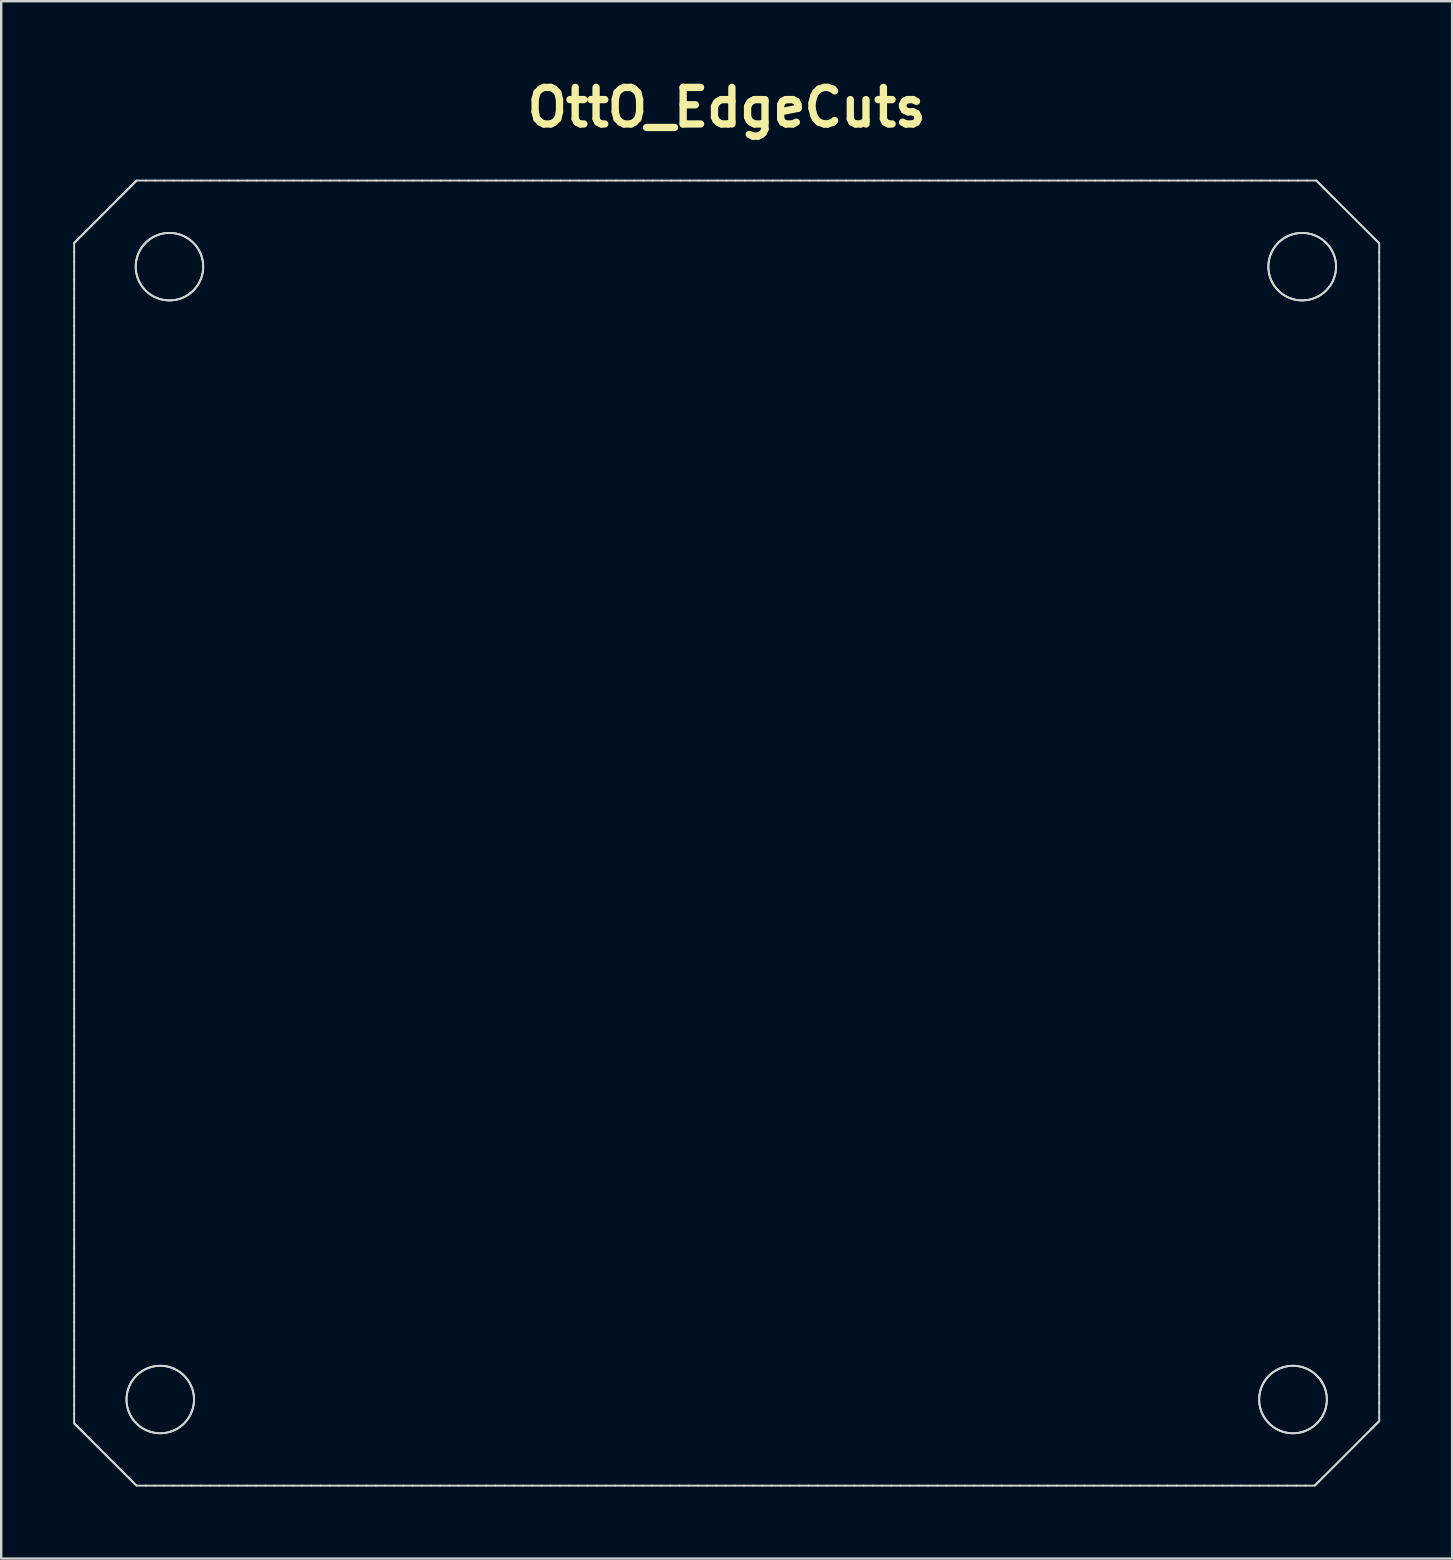
<source format=kicad_pcb>
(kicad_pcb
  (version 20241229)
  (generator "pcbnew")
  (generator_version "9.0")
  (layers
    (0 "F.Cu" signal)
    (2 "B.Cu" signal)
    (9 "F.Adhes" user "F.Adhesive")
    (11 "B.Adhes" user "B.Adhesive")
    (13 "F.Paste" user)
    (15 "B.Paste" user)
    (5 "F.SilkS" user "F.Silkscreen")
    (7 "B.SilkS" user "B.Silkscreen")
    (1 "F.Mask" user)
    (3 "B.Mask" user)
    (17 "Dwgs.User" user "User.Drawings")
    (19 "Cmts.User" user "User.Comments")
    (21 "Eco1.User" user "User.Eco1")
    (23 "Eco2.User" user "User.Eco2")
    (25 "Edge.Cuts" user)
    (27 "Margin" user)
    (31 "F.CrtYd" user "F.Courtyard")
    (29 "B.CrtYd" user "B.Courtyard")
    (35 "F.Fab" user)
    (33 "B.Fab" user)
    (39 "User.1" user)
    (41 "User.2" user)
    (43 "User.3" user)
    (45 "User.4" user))
  (footprint "OttO_EdgeCuts"
    (layer "F.Cu")
    (at 27.234 31.669)
    (property "Reference" "OttO_EdgeCuts" (at 0 -30.242 0) (layer "F.SilkS") (effects (font (size 1.524 1.524) (thickness 0.305))))
    (attr smd)
    (fp_line (start -27.194 -24.59) (end -27.194 -24.206) (stroke (width 0.08) (type solid)) (layer "Edge.Cuts"))
    (fp_line (start -27.194 -24.206) (end -27.194 -23.821) (stroke (width 0.08) (type solid)) (layer "Edge.Cuts"))
    (fp_line (start -27.194 -23.821) (end -27.194 -23.437) (stroke (width 0.08) (type solid)) (layer "Edge.Cuts"))
    (fp_line (start -27.194 -23.437) (end -27.194 -23.053) (stroke (width 0.08) (type solid)) (layer "Edge.Cuts"))
    (fp_line (start -27.194 -23.053) (end -27.194 -22.668) (stroke (width 0.08) (type solid)) (layer "Edge.Cuts"))
    (fp_line (start -27.194 -22.668) (end -27.194 -22.284) (stroke (width 0.08) (type solid)) (layer "Edge.Cuts"))
    (fp_line (start -27.194 -22.284) (end -27.194 -21.9) (stroke (width 0.08) (type solid)) (layer "Edge.Cuts"))
    (fp_line (start -27.194 -21.9) (end -27.194 -21.516) (stroke (width 0.08) (type solid)) (layer "Edge.Cuts"))
    (fp_line (start -27.194 -21.516) (end -27.194 -21.131) (stroke (width 0.08) (type solid)) (layer "Edge.Cuts"))
    (fp_line (start -27.194 -21.131) (end -27.194 -20.747) (stroke (width 0.08) (type solid)) (layer "Edge.Cuts"))
    (fp_line (start -27.194 -20.747) (end -27.194 -20.363) (stroke (width 0.08) (type solid)) (layer "Edge.Cuts"))
    (fp_line (start -27.194 -20.363) (end -27.194 -19.978) (stroke (width 0.08) (type solid)) (layer "Edge.Cuts"))
    (fp_line (start -27.194 -19.978) (end -27.194 -19.594) (stroke (width 0.08) (type solid)) (layer "Edge.Cuts"))
    (fp_line (start -27.194 -19.594) (end -27.194 -19.21) (stroke (width 0.08) (type solid)) (layer "Edge.Cuts"))
    (fp_line (start -27.194 -19.21) (end -27.194 -18.826) (stroke (width 0.08) (type solid)) (layer "Edge.Cuts"))
    (fp_line (start -27.194 -18.826) (end -27.194 -18.441) (stroke (width 0.08) (type solid)) (layer "Edge.Cuts"))
    (fp_line (start -27.194 -18.441) (end -27.194 -18.057) (stroke (width 0.08) (type solid)) (layer "Edge.Cuts"))
    (fp_line (start -27.194 -18.057) (end -27.194 -17.673) (stroke (width 0.08) (type solid)) (layer "Edge.Cuts"))
    (fp_line (start -27.194 -17.673) (end -27.194 -17.289) (stroke (width 0.08) (type solid)) (layer "Edge.Cuts"))
    (fp_line (start -27.194 -17.289) (end -27.194 -16.904) (stroke (width 0.08) (type solid)) (layer "Edge.Cuts"))
    (fp_line (start -27.194 -16.904) (end -27.194 -16.52) (stroke (width 0.08) (type solid)) (layer "Edge.Cuts"))
    (fp_line (start -27.194 -16.52) (end -27.194 -16.136) (stroke (width 0.08) (type solid)) (layer "Edge.Cuts"))
    (fp_line (start -27.194 -16.136) (end -27.194 -15.751) (stroke (width 0.08) (type solid)) (layer "Edge.Cuts"))
    (fp_line (start -27.194 -15.751) (end -27.194 -15.367) (stroke (width 0.08) (type solid)) (layer "Edge.Cuts"))
    (fp_line (start -27.194 -15.367) (end -27.194 -14.983) (stroke (width 0.08) (type solid)) (layer "Edge.Cuts"))
    (fp_line (start -27.194 -14.983) (end -27.194 -14.599) (stroke (width 0.08) (type solid)) (layer "Edge.Cuts"))
    (fp_line (start -27.194 -14.599) (end -27.194 -14.214) (stroke (width 0.08) (type solid)) (layer "Edge.Cuts"))
    (fp_line (start -27.194 -14.214) (end -27.194 -13.83) (stroke (width 0.08) (type solid)) (layer "Edge.Cuts"))
    (fp_line (start -27.194 -13.83) (end -27.194 -13.446) (stroke (width 0.08) (type solid)) (layer "Edge.Cuts"))
    (fp_line (start -27.194 -13.446) (end -27.194 -13.061) (stroke (width 0.08) (type solid)) (layer "Edge.Cuts"))
    (fp_line (start -27.194 -13.061) (end -27.194 -12.677) (stroke (width 0.08) (type solid)) (layer "Edge.Cuts"))
    (fp_line (start -27.194 -12.677) (end -27.194 -12.293) (stroke (width 0.08) (type solid)) (layer "Edge.Cuts"))
    (fp_line (start -27.194 -12.293) (end -27.194 -11.909) (stroke (width 0.08) (type solid)) (layer "Edge.Cuts"))
    (fp_line (start -27.194 -11.909) (end -27.194 -11.524) (stroke (width 0.08) (type solid)) (layer "Edge.Cuts"))
    (fp_line (start -27.194 -11.524) (end -27.194 -11.14) (stroke (width 0.08) (type solid)) (layer "Edge.Cuts"))
    (fp_line (start -27.194 -11.14) (end -27.194 -10.756) (stroke (width 0.08) (type solid)) (layer "Edge.Cuts"))
    (fp_line (start -27.194 -10.756) (end -27.194 -10.372) (stroke (width 0.08) (type solid)) (layer "Edge.Cuts"))
    (fp_line (start -27.194 -10.372) (end -27.194 -9.987) (stroke (width 0.08) (type solid)) (layer "Edge.Cuts"))
    (fp_line (start -27.194 -9.987) (end -27.194 -9.603) (stroke (width 0.08) (type solid)) (layer "Edge.Cuts"))
    (fp_line (start -27.194 -9.603) (end -27.194 -9.219) (stroke (width 0.08) (type solid)) (layer "Edge.Cuts"))
    (fp_line (start -27.194 -9.219) (end -27.194 -8.834) (stroke (width 0.08) (type solid)) (layer "Edge.Cuts"))
    (fp_line (start -27.194 -8.834) (end -27.194 -8.45) (stroke (width 0.08) (type solid)) (layer "Edge.Cuts"))
    (fp_line (start -27.194 -8.45) (end -27.194 -8.066) (stroke (width 0.08) (type solid)) (layer "Edge.Cuts"))
    (fp_line (start -27.194 -8.066) (end -27.194 -7.682) (stroke (width 0.08) (type solid)) (layer "Edge.Cuts"))
    (fp_line (start -27.194 -7.682) (end -27.194 -7.297) (stroke (width 0.08) (type solid)) (layer "Edge.Cuts"))
    (fp_line (start -27.194 -7.297) (end -27.194 -6.913) (stroke (width 0.08) (type solid)) (layer "Edge.Cuts"))
    (fp_line (start -27.194 -6.913) (end -27.194 -6.529) (stroke (width 0.08) (type solid)) (layer "Edge.Cuts"))
    (fp_line (start -27.194 -6.529) (end -27.194 -6.144) (stroke (width 0.08) (type solid)) (layer "Edge.Cuts"))
    (fp_line (start -27.194 -6.144) (end -27.194 -5.76) (stroke (width 0.08) (type solid)) (layer "Edge.Cuts"))
    (fp_line (start -27.194 -5.76) (end -27.194 -5.376) (stroke (width 0.08) (type solid)) (layer "Edge.Cuts"))
    (fp_line (start -27.194 -5.376) (end -27.194 -4.992) (stroke (width 0.08) (type solid)) (layer "Edge.Cuts"))
    (fp_line (start -27.194 -4.992) (end -27.194 -4.607) (stroke (width 0.08) (type solid)) (layer "Edge.Cuts"))
    (fp_line (start -27.194 -4.607) (end -27.194 -4.223) (stroke (width 0.08) (type solid)) (layer "Edge.Cuts"))
    (fp_line (start -27.194 -4.223) (end -27.194 -3.839) (stroke (width 0.08) (type solid)) (layer "Edge.Cuts"))
    (fp_line (start -27.194 -3.839) (end -27.194 -3.454) (stroke (width 0.08) (type solid)) (layer "Edge.Cuts"))
    (fp_line (start -27.194 -3.454) (end -27.194 -3.07) (stroke (width 0.08) (type solid)) (layer "Edge.Cuts"))
    (fp_line (start -27.194 -3.07) (end -27.194 -2.686) (stroke (width 0.08) (type solid)) (layer "Edge.Cuts"))
    (fp_line (start -27.194 -2.686) (end -27.194 -2.302) (stroke (width 0.08) (type solid)) (layer "Edge.Cuts"))
    (fp_line (start -27.194 -2.302) (end -27.194 -1.917) (stroke (width 0.08) (type solid)) (layer "Edge.Cuts"))
    (fp_line (start -27.194 -1.917) (end -27.194 -1.533) (stroke (width 0.08) (type solid)) (layer "Edge.Cuts"))
    (fp_line (start -27.194 -1.533) (end -27.194 -1.149) (stroke (width 0.08) (type solid)) (layer "Edge.Cuts"))
    (fp_line (start -27.194 -1.149) (end -27.194 -0.765) (stroke (width 0.08) (type solid)) (layer "Edge.Cuts"))
    (fp_line (start -27.194 -0.765) (end -27.194 -0.38) (stroke (width 0.08) (type solid)) (layer "Edge.Cuts"))
    (fp_line (start -27.194 -0.38) (end -27.194 0.004) (stroke (width 0.08) (type solid)) (layer "Edge.Cuts"))
    (fp_line (start -27.194 0.004) (end -27.194 0.388) (stroke (width 0.08) (type solid)) (layer "Edge.Cuts"))
    (fp_line (start -27.194 0.388) (end -27.194 0.773) (stroke (width 0.08) (type solid)) (layer "Edge.Cuts"))
    (fp_line (start -27.194 0.773) (end -27.194 1.157) (stroke (width 0.08) (type solid)) (layer "Edge.Cuts"))
    (fp_line (start -27.194 1.157) (end -27.194 1.541) (stroke (width 0.08) (type solid)) (layer "Edge.Cuts"))
    (fp_line (start -27.194 1.541) (end -27.194 1.925) (stroke (width 0.08) (type solid)) (layer "Edge.Cuts"))
    (fp_line (start -27.194 1.925) (end -27.194 2.31) (stroke (width 0.08) (type solid)) (layer "Edge.Cuts"))
    (fp_line (start -27.194 2.31) (end -27.194 2.694) (stroke (width 0.08) (type solid)) (layer "Edge.Cuts"))
    (fp_line (start -27.194 2.694) (end -27.194 3.078) (stroke (width 0.08) (type solid)) (layer "Edge.Cuts"))
    (fp_line (start -27.194 3.078) (end -27.194 3.463) (stroke (width 0.08) (type solid)) (layer "Edge.Cuts"))
    (fp_line (start -27.194 3.463) (end -27.194 3.847) (stroke (width 0.08) (type solid)) (layer "Edge.Cuts"))
    (fp_line (start -27.194 3.847) (end -27.194 4.231) (stroke (width 0.08) (type solid)) (layer "Edge.Cuts"))
    (fp_line (start -27.194 4.231) (end -27.194 4.615) (stroke (width 0.08) (type solid)) (layer "Edge.Cuts"))
    (fp_line (start -27.194 4.615) (end -27.194 5) (stroke (width 0.08) (type solid)) (layer "Edge.Cuts"))
    (fp_line (start -27.194 5) (end -27.194 5.384) (stroke (width 0.08) (type solid)) (layer "Edge.Cuts"))
    (fp_line (start -27.194 5.384) (end -27.194 5.768) (stroke (width 0.08) (type solid)) (layer "Edge.Cuts"))
    (fp_line (start -27.194 5.768) (end -27.194 6.152) (stroke (width 0.08) (type solid)) (layer "Edge.Cuts"))
    (fp_line (start -27.194 6.152) (end -27.194 6.537) (stroke (width 0.08) (type solid)) (layer "Edge.Cuts"))
    (fp_line (start -27.194 6.537) (end -27.194 6.921) (stroke (width 0.08) (type solid)) (layer "Edge.Cuts"))
    (fp_line (start -27.194 6.921) (end -27.194 7.305) (stroke (width 0.08) (type solid)) (layer "Edge.Cuts"))
    (fp_line (start -27.194 7.305) (end -27.194 7.69) (stroke (width 0.08) (type solid)) (layer "Edge.Cuts"))
    (fp_line (start -27.194 7.69) (end -27.194 8.074) (stroke (width 0.08) (type solid)) (layer "Edge.Cuts"))
    (fp_line (start -27.194 8.074) (end -27.194 8.458) (stroke (width 0.08) (type solid)) (layer "Edge.Cuts"))
    (fp_line (start -27.194 8.458) (end -27.194 8.842) (stroke (width 0.08) (type solid)) (layer "Edge.Cuts"))
    (fp_line (start -27.194 8.842) (end -27.194 9.227) (stroke (width 0.08) (type solid)) (layer "Edge.Cuts"))
    (fp_line (start -27.194 9.227) (end -27.194 9.611) (stroke (width 0.08) (type solid)) (layer "Edge.Cuts"))
    (fp_line (start -27.194 9.611) (end -27.194 9.995) (stroke (width 0.08) (type solid)) (layer "Edge.Cuts"))
    (fp_line (start -27.194 9.995) (end -27.194 10.38) (stroke (width 0.08) (type solid)) (layer "Edge.Cuts"))
    (fp_line (start -27.194 10.38) (end -27.194 10.764) (stroke (width 0.08) (type solid)) (layer "Edge.Cuts"))
    (fp_line (start -27.194 10.764) (end -27.194 11.148) (stroke (width 0.08) (type solid)) (layer "Edge.Cuts"))
    (fp_line (start -27.194 11.148) (end -27.194 11.532) (stroke (width 0.08) (type solid)) (layer "Edge.Cuts"))
    (fp_line (start -27.194 11.532) (end -27.194 11.917) (stroke (width 0.08) (type solid)) (layer "Edge.Cuts"))
    (fp_line (start -27.194 11.917) (end -27.194 12.301) (stroke (width 0.08) (type solid)) (layer "Edge.Cuts"))
    (fp_line (start -27.194 12.301) (end -27.194 12.685) (stroke (width 0.08) (type solid)) (layer "Edge.Cuts"))
    (fp_line (start -27.194 12.685) (end -27.194 13.069) (stroke (width 0.08) (type solid)) (layer "Edge.Cuts"))
    (fp_line (start -27.194 13.069) (end -27.194 13.454) (stroke (width 0.08) (type solid)) (layer "Edge.Cuts"))
    (fp_line (start -27.194 13.454) (end -27.194 13.838) (stroke (width 0.08) (type solid)) (layer "Edge.Cuts"))
    (fp_line (start -27.194 13.838) (end -27.194 14.222) (stroke (width 0.08) (type solid)) (layer "Edge.Cuts"))
    (fp_line (start -27.194 14.222) (end -27.194 14.607) (stroke (width 0.08) (type solid)) (layer "Edge.Cuts"))
    (fp_line (start -27.194 14.607) (end -27.194 14.991) (stroke (width 0.08) (type solid)) (layer "Edge.Cuts"))
    (fp_line (start -27.194 14.991) (end -27.194 15.375) (stroke (width 0.08) (type solid)) (layer "Edge.Cuts"))
    (fp_line (start -27.194 15.375) (end -27.194 15.759) (stroke (width 0.08) (type solid)) (layer "Edge.Cuts"))
    (fp_line (start -27.194 15.759) (end -27.194 16.144) (stroke (width 0.08) (type solid)) (layer "Edge.Cuts"))
    (fp_line (start -27.194 16.144) (end -27.194 16.528) (stroke (width 0.08) (type solid)) (layer "Edge.Cuts"))
    (fp_line (start -27.194 16.528) (end -27.194 16.912) (stroke (width 0.08) (type solid)) (layer "Edge.Cuts"))
    (fp_line (start -27.194 16.912) (end -27.194 17.297) (stroke (width 0.08) (type solid)) (layer "Edge.Cuts"))
    (fp_line (start -27.194 17.297) (end -27.194 17.681) (stroke (width 0.08) (type solid)) (layer "Edge.Cuts"))
    (fp_line (start -27.194 17.681) (end -27.194 18.065) (stroke (width 0.08) (type solid)) (layer "Edge.Cuts"))
    (fp_line (start -27.194 18.065) (end -27.194 18.449) (stroke (width 0.08) (type solid)) (layer "Edge.Cuts"))
    (fp_line (start -27.194 18.449) (end -27.194 18.834) (stroke (width 0.08) (type solid)) (layer "Edge.Cuts"))
    (fp_line (start -27.194 18.834) (end -27.194 19.218) (stroke (width 0.08) (type solid)) (layer "Edge.Cuts"))
    (fp_line (start -27.194 19.218) (end -27.194 19.602) (stroke (width 0.08) (type solid)) (layer "Edge.Cuts"))
    (fp_line (start -27.194 19.602) (end -27.194 19.987) (stroke (width 0.08) (type solid)) (layer "Edge.Cuts"))
    (fp_line (start -27.194 19.987) (end -27.194 20.371) (stroke (width 0.08) (type solid)) (layer "Edge.Cuts"))
    (fp_line (start -27.194 20.371) (end -27.194 20.755) (stroke (width 0.08) (type solid)) (layer "Edge.Cuts"))
    (fp_line (start -27.194 20.755) (end -27.194 21.139) (stroke (width 0.08) (type solid)) (layer "Edge.Cuts"))
    (fp_line (start -27.194 21.139) (end -27.194 21.524) (stroke (width 0.08) (type solid)) (layer "Edge.Cuts"))
    (fp_line (start -27.194 21.524) (end -27.194 21.908) (stroke (width 0.08) (type solid)) (layer "Edge.Cuts"))
    (fp_line (start -27.194 21.908) (end -27.194 22.292) (stroke (width 0.08) (type solid)) (layer "Edge.Cuts"))
    (fp_line (start -27.194 22.292) (end -27.194 22.676) (stroke (width 0.08) (type solid)) (layer "Edge.Cuts"))
    (fp_line (start -27.194 22.676) (end -27.194 23.061) (stroke (width 0.08) (type solid)) (layer "Edge.Cuts"))
    (fp_line (start -27.194 23.061) (end -27.194 23.445) (stroke (width 0.08) (type solid)) (layer "Edge.Cuts"))
    (fp_line (start -27.194 23.445) (end -27.194 23.829) (stroke (width 0.08) (type solid)) (layer "Edge.Cuts"))
    (fp_line (start -27.194 23.829) (end -27.194 24.214) (stroke (width 0.08) (type solid)) (layer "Edge.Cuts"))
    (fp_line (start -27.194 24.214) (end -27.194 24.598) (stroke (width 0.08) (type solid)) (layer "Edge.Cuts"))
    (fp_line (start -27.194 24.598) (end -27.174 24.618) (stroke (width 0.08) (type solid)) (layer "Edge.Cuts"))
    (fp_line (start -27.174 24.618) (end -27.154 24.638) (stroke (width 0.08) (type solid)) (layer "Edge.Cuts"))
    (fp_line (start -27.174 -24.61) (end -27.194 -24.59) (stroke (width 0.08) (type solid)) (layer "Edge.Cuts"))
    (fp_line (start -27.154 24.638) (end -27.133 24.659) (stroke (width 0.08) (type solid)) (layer "Edge.Cuts"))
    (fp_line (start -27.153 -24.631) (end -27.174 -24.61) (stroke (width 0.08) (type solid)) (layer "Edge.Cuts"))
    (fp_line (start -27.133 24.659) (end -27.113 24.679) (stroke (width 0.08) (type solid)) (layer "Edge.Cuts"))
    (fp_line (start -27.133 -24.651) (end -27.153 -24.631) (stroke (width 0.08) (type solid)) (layer "Edge.Cuts"))
    (fp_line (start -27.113 24.679) (end -27.093 24.699) (stroke (width 0.08) (type solid)) (layer "Edge.Cuts"))
    (fp_line (start -27.113 -24.671) (end -27.133 -24.651) (stroke (width 0.08) (type solid)) (layer "Edge.Cuts"))
    (fp_line (start -27.093 24.699) (end -27.072 24.72) (stroke (width 0.08) (type solid)) (layer "Edge.Cuts"))
    (fp_line (start -27.072 24.72) (end -27.052 24.74) (stroke (width 0.08) (type solid)) (layer "Edge.Cuts"))
    (fp_line (start -27.072 -24.712) (end -27.113 -24.671) (stroke (width 0.08) (type solid)) (layer "Edge.Cuts"))
    (fp_line (start -27.052 24.74) (end -27.032 24.76) (stroke (width 0.08) (type solid)) (layer "Edge.Cuts"))
    (fp_line (start -27.032 24.76) (end -27.012 24.78) (stroke (width 0.08) (type solid)) (layer "Edge.Cuts"))
    (fp_line (start -27.031 -24.753) (end -27.072 -24.712) (stroke (width 0.08) (type solid)) (layer "Edge.Cuts"))
    (fp_line (start -27.012 24.78) (end -26.991 24.801) (stroke (width 0.08) (type solid)) (layer "Edge.Cuts"))
    (fp_line (start -26.991 24.801) (end -26.971 24.821) (stroke (width 0.08) (type solid)) (layer "Edge.Cuts"))
    (fp_line (start -26.991 -24.793) (end -27.031 -24.753) (stroke (width 0.08) (type solid)) (layer "Edge.Cuts"))
    (fp_line (start -26.971 24.821) (end -26.951 24.841) (stroke (width 0.08) (type solid)) (layer "Edge.Cuts"))
    (fp_line (start -26.951 24.841) (end -26.931 24.862) (stroke (width 0.08) (type solid)) (layer "Edge.Cuts"))
    (fp_line (start -26.95 -24.834) (end -26.991 -24.793) (stroke (width 0.08) (type solid)) (layer "Edge.Cuts"))
    (fp_line (start -26.931 24.862) (end -26.91 24.882) (stroke (width 0.08) (type solid)) (layer "Edge.Cuts"))
    (fp_line (start -26.91 24.882) (end -26.89 24.902) (stroke (width 0.08) (type solid)) (layer "Edge.Cuts"))
    (fp_line (start -26.909 -24.875) (end -26.95 -24.834) (stroke (width 0.08) (type solid)) (layer "Edge.Cuts"))
    (fp_line (start -26.89 24.902) (end -26.87 24.923) (stroke (width 0.08) (type solid)) (layer "Edge.Cuts"))
    (fp_line (start -26.87 24.923) (end -26.849 24.943) (stroke (width 0.08) (type solid)) (layer "Edge.Cuts"))
    (fp_line (start -26.869 -24.915) (end -26.909 -24.875) (stroke (width 0.08) (type solid)) (layer "Edge.Cuts"))
    (fp_line (start -26.849 24.943) (end -26.829 24.963) (stroke (width 0.08) (type solid)) (layer "Edge.Cuts"))
    (fp_line (start -26.829 24.963) (end -26.809 24.983) (stroke (width 0.08) (type solid)) (layer "Edge.Cuts"))
    (fp_line (start -26.828 -24.956) (end -26.869 -24.915) (stroke (width 0.08) (type solid)) (layer "Edge.Cuts"))
    (fp_line (start -26.809 24.983) (end -26.789 25.004) (stroke (width 0.08) (type solid)) (layer "Edge.Cuts"))
    (fp_line (start -26.789 25.004) (end -26.768 25.024) (stroke (width 0.08) (type solid)) (layer "Edge.Cuts"))
    (fp_line (start -26.787 -24.997) (end -26.828 -24.956) (stroke (width 0.08) (type solid)) (layer "Edge.Cuts"))
    (fp_line (start -26.768 25.024) (end -26.748 25.044) (stroke (width 0.08) (type solid)) (layer "Edge.Cuts"))
    (fp_line (start -26.748 25.044) (end -26.728 25.065) (stroke (width 0.08) (type solid)) (layer "Edge.Cuts"))
    (fp_line (start -26.747 -25.037) (end -26.787 -24.997) (stroke (width 0.08) (type solid)) (layer "Edge.Cuts"))
    (fp_line (start -26.728 25.065) (end -26.707 25.085) (stroke (width 0.08) (type solid)) (layer "Edge.Cuts"))
    (fp_line (start -26.707 25.085) (end -26.667 25.125) (stroke (width 0.08) (type solid)) (layer "Edge.Cuts"))
    (fp_line (start -26.706 -25.078) (end -26.747 -25.037) (stroke (width 0.08) (type solid)) (layer "Edge.Cuts"))
    (fp_line (start -26.667 25.125) (end -26.626 25.166) (stroke (width 0.08) (type solid)) (layer "Edge.Cuts"))
    (fp_line (start -26.665 -25.119) (end -26.706 -25.078) (stroke (width 0.08) (type solid)) (layer "Edge.Cuts"))
    (fp_line (start -26.626 25.166) (end -26.586 25.207) (stroke (width 0.08) (type solid)) (layer "Edge.Cuts"))
    (fp_line (start -26.624 -25.16) (end -26.665 -25.119) (stroke (width 0.08) (type solid)) (layer "Edge.Cuts"))
    (fp_line (start -26.586 25.207) (end -26.545 25.247) (stroke (width 0.08) (type solid)) (layer "Edge.Cuts"))
    (fp_line (start -26.584 -25.2) (end -26.624 -25.16) (stroke (width 0.08) (type solid)) (layer "Edge.Cuts"))
    (fp_line (start -26.545 25.247) (end -26.505 25.288) (stroke (width 0.08) (type solid)) (layer "Edge.Cuts"))
    (fp_line (start -26.543 -25.241) (end -26.584 -25.2) (stroke (width 0.08) (type solid)) (layer "Edge.Cuts"))
    (fp_line (start -26.505 25.288) (end -26.464 25.328) (stroke (width 0.08) (type solid)) (layer "Edge.Cuts"))
    (fp_line (start -26.502 -25.282) (end -26.543 -25.241) (stroke (width 0.08) (type solid)) (layer "Edge.Cuts"))
    (fp_line (start -26.464 25.328) (end -26.423 25.369) (stroke (width 0.08) (type solid)) (layer "Edge.Cuts"))
    (fp_line (start -26.462 -25.322) (end -26.502 -25.282) (stroke (width 0.08) (type solid)) (layer "Edge.Cuts"))
    (fp_line (start -26.423 25.369) (end -26.383 25.409) (stroke (width 0.08) (type solid)) (layer "Edge.Cuts"))
    (fp_line (start -26.421 -25.363) (end -26.462 -25.322) (stroke (width 0.08) (type solid)) (layer "Edge.Cuts"))
    (fp_line (start -26.383 25.409) (end -26.342 25.45) (stroke (width 0.08) (type solid)) (layer "Edge.Cuts"))
    (fp_line (start -26.38 -25.404) (end -26.421 -25.363) (stroke (width 0.08) (type solid)) (layer "Edge.Cuts"))
    (fp_line (start -26.342 25.45) (end -26.302 25.491) (stroke (width 0.08) (type solid)) (layer "Edge.Cuts"))
    (fp_line (start -26.34 -25.444) (end -26.38 -25.404) (stroke (width 0.08) (type solid)) (layer "Edge.Cuts"))
    (fp_line (start -26.302 25.491) (end -26.261 25.531) (stroke (width 0.08) (type solid)) (layer "Edge.Cuts"))
    (fp_line (start -26.299 -25.485) (end -26.34 -25.444) (stroke (width 0.08) (type solid)) (layer "Edge.Cuts"))
    (fp_line (start -26.261 25.531) (end -26.221 25.572) (stroke (width 0.08) (type solid)) (layer "Edge.Cuts"))
    (fp_line (start -26.258 -25.526) (end -26.299 -25.485) (stroke (width 0.08) (type solid)) (layer "Edge.Cuts"))
    (fp_line (start -26.221 25.572) (end -26.18 25.612) (stroke (width 0.08) (type solid)) (layer "Edge.Cuts"))
    (fp_line (start -26.218 -25.567) (end -26.258 -25.526) (stroke (width 0.08) (type solid)) (layer "Edge.Cuts"))
    (fp_line (start -26.18 25.612) (end -26.139 25.653) (stroke (width 0.08) (type solid)) (layer "Edge.Cuts"))
    (fp_line (start -26.177 -25.607) (end -26.218 -25.567) (stroke (width 0.08) (type solid)) (layer "Edge.Cuts"))
    (fp_line (start -26.139 25.653) (end -26.099 25.693) (stroke (width 0.08) (type solid)) (layer "Edge.Cuts"))
    (fp_line (start -26.136 -25.648) (end -26.177 -25.607) (stroke (width 0.08) (type solid)) (layer "Edge.Cuts"))
    (fp_line (start -26.099 25.693) (end -26.058 25.734) (stroke (width 0.08) (type solid)) (layer "Edge.Cuts"))
    (fp_line (start -26.095 -25.689) (end -26.136 -25.648) (stroke (width 0.08) (type solid)) (layer "Edge.Cuts"))
    (fp_line (start -26.058 25.734) (end -26.018 25.775) (stroke (width 0.08) (type solid)) (layer "Edge.Cuts"))
    (fp_line (start -26.055 -25.729) (end -26.095 -25.689) (stroke (width 0.08) (type solid)) (layer "Edge.Cuts"))
    (fp_line (start -26.018 25.775) (end -25.977 25.815) (stroke (width 0.08) (type solid)) (layer "Edge.Cuts"))
    (fp_line (start -26.014 -25.77) (end -26.055 -25.729) (stroke (width 0.08) (type solid)) (layer "Edge.Cuts"))
    (fp_line (start -25.977 25.815) (end -25.937 25.856) (stroke (width 0.08) (type solid)) (layer "Edge.Cuts"))
    (fp_line (start -25.973 -25.811) (end -26.014 -25.77) (stroke (width 0.08) (type solid)) (layer "Edge.Cuts"))
    (fp_line (start -25.937 25.856) (end -25.896 25.896) (stroke (width 0.08) (type solid)) (layer "Edge.Cuts"))
    (fp_line (start -25.933 -25.851) (end -25.973 -25.811) (stroke (width 0.08) (type solid)) (layer "Edge.Cuts"))
    (fp_line (start -25.896 25.896) (end -25.856 25.937) (stroke (width 0.08) (type solid)) (layer "Edge.Cuts"))
    (fp_line (start -25.892 -25.892) (end -25.933 -25.851) (stroke (width 0.08) (type solid)) (layer "Edge.Cuts"))
    (fp_line (start -25.856 25.937) (end -25.815 25.977) (stroke (width 0.08) (type solid)) (layer "Edge.Cuts"))
    (fp_line (start -25.851 -25.933) (end -25.892 -25.892) (stroke (width 0.08) (type solid)) (layer "Edge.Cuts"))
    (fp_line (start -25.815 25.977) (end -25.774 26.018) (stroke (width 0.08) (type solid)) (layer "Edge.Cuts"))
    (fp_line (start -25.811 -25.973) (end -25.851 -25.933) (stroke (width 0.08) (type solid)) (layer "Edge.Cuts"))
    (fp_line (start -25.774 26.018) (end -25.734 26.058) (stroke (width 0.08) (type solid)) (layer "Edge.Cuts"))
    (fp_line (start -25.77 -26.014) (end -25.811 -25.973) (stroke (width 0.08) (type solid)) (layer "Edge.Cuts"))
    (fp_line (start -25.734 26.058) (end -25.693 26.099) (stroke (width 0.08) (type solid)) (layer "Edge.Cuts"))
    (fp_line (start -25.729 -26.055) (end -25.77 -26.014) (stroke (width 0.08) (type solid)) (layer "Edge.Cuts"))
    (fp_line (start -25.693 26.099) (end -25.653 26.14) (stroke (width 0.08) (type solid)) (layer "Edge.Cuts"))
    (fp_line (start -25.688 -26.096) (end -25.729 -26.055) (stroke (width 0.08) (type solid)) (layer "Edge.Cuts"))
    (fp_line (start -25.653 26.14) (end -25.612 26.18) (stroke (width 0.08) (type solid)) (layer "Edge.Cuts"))
    (fp_line (start -25.648 -26.136) (end -25.688 -26.096) (stroke (width 0.08) (type solid)) (layer "Edge.Cuts"))
    (fp_line (start -25.612 26.18) (end -25.572 26.221) (stroke (width 0.08) (type solid)) (layer "Edge.Cuts"))
    (fp_line (start -25.607 -26.177) (end -25.648 -26.136) (stroke (width 0.08) (type solid)) (layer "Edge.Cuts"))
    (fp_line (start -25.572 26.221) (end -25.531 26.261) (stroke (width 0.08) (type solid)) (layer "Edge.Cuts"))
    (fp_line (start -25.566 -26.218) (end -25.607 -26.177) (stroke (width 0.08) (type solid)) (layer "Edge.Cuts"))
    (fp_line (start -25.531 26.261) (end -25.49 26.302) (stroke (width 0.08) (type solid)) (layer "Edge.Cuts"))
    (fp_line (start -25.526 -26.258) (end -25.566 -26.218) (stroke (width 0.08) (type solid)) (layer "Edge.Cuts"))
    (fp_line (start -25.49 26.302) (end -25.45 26.342) (stroke (width 0.08) (type solid)) (layer "Edge.Cuts"))
    (fp_line (start -25.485 -26.299) (end -25.526 -26.258) (stroke (width 0.08) (type solid)) (layer "Edge.Cuts"))
    (fp_line (start -25.45 26.342) (end -25.409 26.383) (stroke (width 0.08) (type solid)) (layer "Edge.Cuts"))
    (fp_line (start -25.444 -26.34) (end -25.485 -26.299) (stroke (width 0.08) (type solid)) (layer "Edge.Cuts"))
    (fp_line (start -25.409 26.383) (end -25.369 26.424) (stroke (width 0.08) (type solid)) (layer "Edge.Cuts"))
    (fp_line (start -25.404 -26.38) (end -25.444 -26.34) (stroke (width 0.08) (type solid)) (layer "Edge.Cuts"))
    (fp_line (start -25.369 26.424) (end -25.328 26.464) (stroke (width 0.08) (type solid)) (layer "Edge.Cuts"))
    (fp_line (start -25.363 -26.421) (end -25.404 -26.38) (stroke (width 0.08) (type solid)) (layer "Edge.Cuts"))
    (fp_line (start -25.328 26.464) (end -25.288 26.505) (stroke (width 0.08) (type solid)) (layer "Edge.Cuts"))
    (fp_line (start -25.322 -26.462) (end -25.363 -26.421) (stroke (width 0.08) (type solid)) (layer "Edge.Cuts"))
    (fp_line (start -25.288 26.505) (end -25.247 26.545) (stroke (width 0.08) (type solid)) (layer "Edge.Cuts"))
    (fp_line (start -25.282 -26.503) (end -25.322 -26.462) (stroke (width 0.08) (type solid)) (layer "Edge.Cuts"))
    (fp_line (start -25.261 -26.523) (end -25.282 -26.503) (stroke (width 0.08) (type solid)) (layer "Edge.Cuts"))
    (fp_line (start -25.247 26.545) (end -25.206 26.586) (stroke (width 0.08) (type solid)) (layer "Edge.Cuts"))
    (fp_line (start -25.241 -26.543) (end -25.261 -26.523) (stroke (width 0.08) (type solid)) (layer "Edge.Cuts"))
    (fp_line (start -25.22 -26.564) (end -25.241 -26.543) (stroke (width 0.08) (type solid)) (layer "Edge.Cuts"))
    (fp_line (start -25.206 26.586) (end -25.166 26.626) (stroke (width 0.08) (type solid)) (layer "Edge.Cuts"))
    (fp_line (start -25.2 -26.584) (end -25.22 -26.564) (stroke (width 0.08) (type solid)) (layer "Edge.Cuts"))
    (fp_line (start -25.18 -26.604) (end -25.2 -26.584) (stroke (width 0.08) (type solid)) (layer "Edge.Cuts"))
    (fp_line (start -25.166 26.626) (end -25.125 26.667) (stroke (width 0.08) (type solid)) (layer "Edge.Cuts"))
    (fp_line (start -25.159 -26.625) (end -25.18 -26.604) (stroke (width 0.08) (type solid)) (layer "Edge.Cuts"))
    (fp_line (start -25.139 -26.645) (end -25.159 -26.625) (stroke (width 0.08) (type solid)) (layer "Edge.Cuts"))
    (fp_line (start -25.125 26.667) (end -25.085 26.708) (stroke (width 0.08) (type solid)) (layer "Edge.Cuts"))
    (fp_line (start -25.119 -26.665) (end -25.139 -26.645) (stroke (width 0.08) (type solid)) (layer "Edge.Cuts"))
    (fp_line (start -25.098 -26.686) (end -25.119 -26.665) (stroke (width 0.08) (type solid)) (layer "Edge.Cuts"))
    (fp_line (start -25.085 26.708) (end -25.044 26.748) (stroke (width 0.08) (type solid)) (layer "Edge.Cuts"))
    (fp_line (start -25.078 -26.706) (end -25.098 -26.686) (stroke (width 0.08) (type solid)) (layer "Edge.Cuts"))
    (fp_line (start -25.058 -26.726) (end -25.078 -26.706) (stroke (width 0.08) (type solid)) (layer "Edge.Cuts"))
    (fp_line (start -25.044 26.748) (end -25.004 26.789) (stroke (width 0.08) (type solid)) (layer "Edge.Cuts"))
    (fp_line (start -25.037 -26.747) (end -25.058 -26.726) (stroke (width 0.08) (type solid)) (layer "Edge.Cuts"))
    (fp_line (start -25.017 -26.767) (end -25.037 -26.747) (stroke (width 0.08) (type solid)) (layer "Edge.Cuts"))
    (fp_line (start -25.011 23.606) (end -25.011 23.57) (stroke (width 0.08) (type solid)) (layer "Edge.Cuts"))
    (fp_line (start -25.011 23.57) (end -25.01 23.533) (stroke (width 0.08) (type solid)) (layer "Edge.Cuts"))
    (fp_line (start -25.011 23.642) (end -25.011 23.606) (stroke (width 0.08) (type solid)) (layer "Edge.Cuts"))
    (fp_line (start -25.01 23.533) (end -25.007 23.498) (stroke (width 0.08) (type solid)) (layer "Edge.Cuts"))
    (fp_line (start -25.01 23.678) (end -25.011 23.642) (stroke (width 0.08) (type solid)) (layer "Edge.Cuts"))
    (fp_line (start -25.007 23.714) (end -25.01 23.678) (stroke (width 0.08) (type solid)) (layer "Edge.Cuts"))
    (fp_line (start -25.007 23.498) (end -25.004 23.462) (stroke (width 0.08) (type solid)) (layer "Edge.Cuts"))
    (fp_line (start -25.004 23.462) (end -25 23.427) (stroke (width 0.08) (type solid)) (layer "Edge.Cuts"))
    (fp_line (start -25.004 23.75) (end -25.007 23.714) (stroke (width 0.08) (type solid)) (layer "Edge.Cuts"))
    (fp_line (start -25.004 26.789) (end -24.963 26.829) (stroke (width 0.08) (type solid)) (layer "Edge.Cuts"))
    (fp_line (start -25 23.427) (end -24.995 23.392) (stroke (width 0.08) (type solid)) (layer "Edge.Cuts"))
    (fp_line (start -25 23.785) (end -25.004 23.75) (stroke (width 0.08) (type solid)) (layer "Edge.Cuts"))
    (fp_line (start -24.997 -26.787) (end -25.017 -26.767) (stroke (width 0.08) (type solid)) (layer "Edge.Cuts"))
    (fp_line (start -24.995 23.392) (end -24.989 23.357) (stroke (width 0.08) (type solid)) (layer "Edge.Cuts"))
    (fp_line (start -24.995 23.82) (end -25 23.785) (stroke (width 0.08) (type solid)) (layer "Edge.Cuts"))
    (fp_line (start -24.989 23.357) (end -24.983 23.322) (stroke (width 0.08) (type solid)) (layer "Edge.Cuts"))
    (fp_line (start -24.989 23.855) (end -24.995 23.82) (stroke (width 0.08) (type solid)) (layer "Edge.Cuts"))
    (fp_line (start -24.983 23.322) (end -24.975 23.288) (stroke (width 0.08) (type solid)) (layer "Edge.Cuts"))
    (fp_line (start -24.983 23.889) (end -24.989 23.855) (stroke (width 0.08) (type solid)) (layer "Edge.Cuts"))
    (fp_line (start -24.976 -26.808) (end -24.997 -26.787) (stroke (width 0.08) (type solid)) (layer "Edge.Cuts"))
    (fp_line (start -24.975 23.288) (end -24.967 23.254) (stroke (width 0.08) (type solid)) (layer "Edge.Cuts"))
    (fp_line (start -24.975 23.923) (end -24.983 23.889) (stroke (width 0.08) (type solid)) (layer "Edge.Cuts"))
    (fp_line (start -24.967 23.254) (end -24.958 23.221) (stroke (width 0.08) (type solid)) (layer "Edge.Cuts"))
    (fp_line (start -24.967 23.957) (end -24.975 23.923) (stroke (width 0.08) (type solid)) (layer "Edge.Cuts"))
    (fp_line (start -24.963 26.829) (end -24.923 26.87) (stroke (width 0.08) (type solid)) (layer "Edge.Cuts"))
    (fp_line (start -24.958 23.221) (end -24.948 23.188) (stroke (width 0.08) (type solid)) (layer "Edge.Cuts"))
    (fp_line (start -24.958 23.991) (end -24.967 23.957) (stroke (width 0.08) (type solid)) (layer "Edge.Cuts"))
    (fp_line (start -24.956 -26.828) (end -24.976 -26.808) (stroke (width 0.08) (type solid)) (layer "Edge.Cuts"))
    (fp_line (start -24.948 23.188) (end -24.938 23.155) (stroke (width 0.08) (type solid)) (layer "Edge.Cuts"))
    (fp_line (start -24.948 24.024) (end -24.958 23.991) (stroke (width 0.08) (type solid)) (layer "Edge.Cuts"))
    (fp_line (start -24.938 23.155) (end -24.926 23.122) (stroke (width 0.08) (type solid)) (layer "Edge.Cuts"))
    (fp_line (start -24.938 24.057) (end -24.948 24.024) (stroke (width 0.08) (type solid)) (layer "Edge.Cuts"))
    (fp_line (start -24.936 -26.848) (end -24.956 -26.828) (stroke (width 0.08) (type solid)) (layer "Edge.Cuts"))
    (fp_line (start -24.926 23.122) (end -24.914 23.09) (stroke (width 0.08) (type solid)) (layer "Edge.Cuts"))
    (fp_line (start -24.926 24.089) (end -24.938 24.057) (stroke (width 0.08) (type solid)) (layer "Edge.Cuts"))
    (fp_line (start -24.923 26.87) (end -24.882 26.91) (stroke (width 0.08) (type solid)) (layer "Edge.Cuts"))
    (fp_line (start -24.915 -26.869) (end -24.936 -26.848) (stroke (width 0.08) (type solid)) (layer "Edge.Cuts"))
    (fp_line (start -24.914 23.09) (end -24.901 23.059) (stroke (width 0.08) (type solid)) (layer "Edge.Cuts"))
    (fp_line (start -24.914 24.121) (end -24.926 24.089) (stroke (width 0.08) (type solid)) (layer "Edge.Cuts"))
    (fp_line (start -24.901 23.059) (end -24.887 23.027) (stroke (width 0.08) (type solid)) (layer "Edge.Cuts"))
    (fp_line (start -24.901 24.153) (end -24.914 24.121) (stroke (width 0.08) (type solid)) (layer "Edge.Cuts"))
    (fp_line (start -24.895 -26.889) (end -24.915 -26.869) (stroke (width 0.08) (type solid)) (layer "Edge.Cuts"))
    (fp_line (start -24.887 23.027) (end -24.873 22.996) (stroke (width 0.08) (type solid)) (layer "Edge.Cuts"))
    (fp_line (start -24.887 24.184) (end -24.901 24.153) (stroke (width 0.08) (type solid)) (layer "Edge.Cuts"))
    (fp_line (start -24.882 26.91) (end -24.841 26.951) (stroke (width 0.08) (type solid)) (layer "Edge.Cuts"))
    (fp_line (start -24.875 -26.909) (end -24.895 -26.889) (stroke (width 0.08) (type solid)) (layer "Edge.Cuts"))
    (fp_line (start -24.873 22.996) (end -24.858 22.966) (stroke (width 0.08) (type solid)) (layer "Edge.Cuts"))
    (fp_line (start -24.873 24.215) (end -24.887 24.184) (stroke (width 0.08) (type solid)) (layer "Edge.Cuts"))
    (fp_line (start -24.858 22.966) (end -24.842 22.936) (stroke (width 0.08) (type solid)) (layer "Edge.Cuts"))
    (fp_line (start -24.858 24.246) (end -24.873 24.215) (stroke (width 0.08) (type solid)) (layer "Edge.Cuts"))
    (fp_line (start -24.854 -26.93) (end -24.875 -26.909) (stroke (width 0.08) (type solid)) (layer "Edge.Cuts"))
    (fp_line (start -24.842 22.936) (end -24.825 22.906) (stroke (width 0.08) (type solid)) (layer "Edge.Cuts"))
    (fp_line (start -24.842 24.276) (end -24.858 24.246) (stroke (width 0.08) (type solid)) (layer "Edge.Cuts"))
    (fp_line (start -24.841 26.951) (end -24.801 26.992) (stroke (width 0.08) (type solid)) (layer "Edge.Cuts"))
    (fp_line (start -24.834 -26.95) (end -24.854 -26.93) (stroke (width 0.08) (type solid)) (layer "Edge.Cuts"))
    (fp_line (start -24.825 22.906) (end -24.808 22.877) (stroke (width 0.08) (type solid)) (layer "Edge.Cuts"))
    (fp_line (start -24.825 24.306) (end -24.842 24.276) (stroke (width 0.08) (type solid)) (layer "Edge.Cuts"))
    (fp_line (start -24.814 -26.97) (end -24.834 -26.95) (stroke (width 0.08) (type solid)) (layer "Edge.Cuts"))
    (fp_line (start -24.808 22.877) (end -24.79 22.848) (stroke (width 0.08) (type solid)) (layer "Edge.Cuts"))
    (fp_line (start -24.808 24.335) (end -24.825 24.306) (stroke (width 0.08) (type solid)) (layer "Edge.Cuts"))
    (fp_line (start -24.801 26.992) (end -24.76 27.032) (stroke (width 0.08) (type solid)) (layer "Edge.Cuts"))
    (fp_line (start -24.793 -26.991) (end -24.814 -26.97) (stroke (width 0.08) (type solid)) (layer "Edge.Cuts"))
    (fp_line (start -24.79 22.848) (end -24.771 22.82) (stroke (width 0.08) (type solid)) (layer "Edge.Cuts"))
    (fp_line (start -24.79 24.364) (end -24.808 24.335) (stroke (width 0.08) (type solid)) (layer "Edge.Cuts"))
    (fp_line (start -24.773 -27.011) (end -24.793 -26.991) (stroke (width 0.08) (type solid)) (layer "Edge.Cuts"))
    (fp_line (start -24.771 22.82) (end -24.752 22.792) (stroke (width 0.08) (type solid)) (layer "Edge.Cuts"))
    (fp_line (start -24.771 24.392) (end -24.79 24.364) (stroke (width 0.08) (type solid)) (layer "Edge.Cuts"))
    (fp_line (start -24.76 27.032) (end -24.72 27.073) (stroke (width 0.08) (type solid)) (layer "Edge.Cuts"))
    (fp_line (start -24.752 -27.032) (end -24.773 -27.011) (stroke (width 0.08) (type solid)) (layer "Edge.Cuts"))
    (fp_line (start -24.752 22.792) (end -24.732 22.765) (stroke (width 0.08) (type solid)) (layer "Edge.Cuts"))
    (fp_line (start -24.752 24.42) (end -24.771 24.392) (stroke (width 0.08) (type solid)) (layer "Edge.Cuts"))
    (fp_line (start -24.732 22.765) (end -24.712 22.738) (stroke (width 0.08) (type solid)) (layer "Edge.Cuts"))
    (fp_line (start -24.732 24.447) (end -24.752 24.42) (stroke (width 0.08) (type solid)) (layer "Edge.Cuts"))
    (fp_line (start -24.732 -27.052) (end -24.752 -27.032) (stroke (width 0.08) (type solid)) (layer "Edge.Cuts"))
    (fp_line (start -24.72 27.073) (end -24.679 27.113) (stroke (width 0.08) (type solid)) (layer "Edge.Cuts"))
    (fp_line (start -24.712 -27.072) (end -24.732 -27.052) (stroke (width 0.08) (type solid)) (layer "Edge.Cuts"))
    (fp_line (start -24.712 22.738) (end -24.69 22.712) (stroke (width 0.08) (type solid)) (layer "Edge.Cuts"))
    (fp_line (start -24.712 24.474) (end -24.732 24.447) (stroke (width 0.08) (type solid)) (layer "Edge.Cuts"))
    (fp_line (start -24.691 -27.093) (end -24.712 -27.072) (stroke (width 0.08) (type solid)) (layer "Edge.Cuts"))
    (fp_line (start -24.69 22.712) (end -24.669 22.686) (stroke (width 0.08) (type solid)) (layer "Edge.Cuts"))
    (fp_line (start -24.69 24.5) (end -24.712 24.474) (stroke (width 0.08) (type solid)) (layer "Edge.Cuts"))
    (fp_line (start -24.679 27.113) (end -24.639 27.154) (stroke (width 0.08) (type solid)) (layer "Edge.Cuts"))
    (fp_line (start -24.671 -27.113) (end -24.691 -27.093) (stroke (width 0.08) (type solid)) (layer "Edge.Cuts"))
    (fp_line (start -24.669 22.686) (end -24.646 22.661) (stroke (width 0.08) (type solid)) (layer "Edge.Cuts"))
    (fp_line (start -24.669 24.526) (end -24.69 24.5) (stroke (width 0.08) (type solid)) (layer "Edge.Cuts"))
    (fp_line (start -24.651 -27.133) (end -24.671 -27.113) (stroke (width 0.08) (type solid)) (layer "Edge.Cuts"))
    (fp_line (start -24.646 22.661) (end -24.623 22.636) (stroke (width 0.08) (type solid)) (layer "Edge.Cuts"))
    (fp_line (start -24.646 24.551) (end -24.669 24.526) (stroke (width 0.08) (type solid)) (layer "Edge.Cuts"))
    (fp_line (start -24.639 27.154) (end -24.598 27.194) (stroke (width 0.08) (type solid)) (layer "Edge.Cuts"))
    (fp_line (start -24.63 -27.154) (end -24.651 -27.133) (stroke (width 0.08) (type solid)) (layer "Edge.Cuts"))
    (fp_line (start -24.627 -23.606) (end -24.627 -23.642) (stroke (width 0.08) (type solid)) (layer "Edge.Cuts"))
    (fp_line (start -24.627 -23.642) (end -24.626 -23.678) (stroke (width 0.08) (type solid)) (layer "Edge.Cuts"))
    (fp_line (start -24.627 -23.57) (end -24.627 -23.606) (stroke (width 0.08) (type solid)) (layer "Edge.Cuts"))
    (fp_line (start -24.626 -23.678) (end -24.623 -23.714) (stroke (width 0.08) (type solid)) (layer "Edge.Cuts"))
    (fp_line (start -24.626 -23.534) (end -24.627 -23.57) (stroke (width 0.08) (type solid)) (layer "Edge.Cuts"))
    (fp_line (start -24.623 -23.498) (end -24.626 -23.534) (stroke (width 0.08) (type solid)) (layer "Edge.Cuts"))
    (fp_line (start -24.623 22.636) (end -24.6 22.612) (stroke (width 0.08) (type solid)) (layer "Edge.Cuts"))
    (fp_line (start -24.623 24.576) (end -24.646 24.551) (stroke (width 0.08) (type solid)) (layer "Edge.Cuts"))
    (fp_line (start -24.623 -23.714) (end -24.62 -23.75) (stroke (width 0.08) (type solid)) (layer "Edge.Cuts"))
    (fp_line (start -24.62 -23.75) (end -24.616 -23.785) (stroke (width 0.08) (type solid)) (layer "Edge.Cuts"))
    (fp_line (start -24.62 -23.462) (end -24.623 -23.498) (stroke (width 0.08) (type solid)) (layer "Edge.Cuts"))
    (fp_line (start -24.616 -23.785) (end -24.611 -23.82) (stroke (width 0.08) (type solid)) (layer "Edge.Cuts"))
    (fp_line (start -24.616 -23.427) (end -24.62 -23.462) (stroke (width 0.08) (type solid)) (layer "Edge.Cuts"))
    (fp_line (start -24.611 -23.82) (end -24.606 -23.855) (stroke (width 0.08) (type solid)) (layer "Edge.Cuts"))
    (fp_line (start -24.611 -23.392) (end -24.616 -23.427) (stroke (width 0.08) (type solid)) (layer "Edge.Cuts"))
    (fp_line (start -24.61 -27.174) (end -24.63 -27.154) (stroke (width 0.08) (type solid)) (layer "Edge.Cuts"))
    (fp_line (start -24.606 -23.855) (end -24.599 -23.889) (stroke (width 0.08) (type solid)) (layer "Edge.Cuts"))
    (fp_line (start -24.606 -23.357) (end -24.611 -23.392) (stroke (width 0.08) (type solid)) (layer "Edge.Cuts"))
    (fp_line (start -24.6 22.612) (end -24.576 22.588) (stroke (width 0.08) (type solid)) (layer "Edge.Cuts"))
    (fp_line (start -24.6 24.6) (end -24.623 24.576) (stroke (width 0.08) (type solid)) (layer "Edge.Cuts"))
    (fp_line (start -24.599 -23.889) (end -24.591 -23.923) (stroke (width 0.08) (type solid)) (layer "Edge.Cuts"))
    (fp_line (start -24.599 -23.323) (end -24.606 -23.357) (stroke (width 0.08) (type solid)) (layer "Edge.Cuts"))
    (fp_line (start -24.598 27.194) (end -24.214 27.194) (stroke (width 0.08) (type solid)) (layer "Edge.Cuts"))
    (fp_line (start -24.591 -23.923) (end -24.583 -23.957) (stroke (width 0.08) (type solid)) (layer "Edge.Cuts"))
    (fp_line (start -24.591 -23.288) (end -24.599 -23.323) (stroke (width 0.08) (type solid)) (layer "Edge.Cuts"))
    (fp_line (start -24.59 -27.194) (end -24.61 -27.174) (stroke (width 0.08) (type solid)) (layer "Edge.Cuts"))
    (fp_line (start -24.583 -23.957) (end -24.574 -23.991) (stroke (width 0.08) (type solid)) (layer "Edge.Cuts"))
    (fp_line (start -24.583 -23.255) (end -24.591 -23.288) (stroke (width 0.08) (type solid)) (layer "Edge.Cuts"))
    (fp_line (start -24.576 22.588) (end -24.551 22.565) (stroke (width 0.08) (type solid)) (layer "Edge.Cuts"))
    (fp_line (start -24.576 24.623) (end -24.6 24.6) (stroke (width 0.08) (type solid)) (layer "Edge.Cuts"))
    (fp_line (start -24.574 -23.991) (end -24.564 -24.024) (stroke (width 0.08) (type solid)) (layer "Edge.Cuts"))
    (fp_line (start -24.574 -23.221) (end -24.583 -23.255) (stroke (width 0.08) (type solid)) (layer "Edge.Cuts"))
    (fp_line (start -24.564 -24.024) (end -24.554 -24.057) (stroke (width 0.08) (type solid)) (layer "Edge.Cuts"))
    (fp_line (start -24.564 -23.188) (end -24.574 -23.221) (stroke (width 0.08) (type solid)) (layer "Edge.Cuts"))
    (fp_line (start -24.554 -24.057) (end -24.542 -24.089) (stroke (width 0.08) (type solid)) (layer "Edge.Cuts"))
    (fp_line (start -24.554 -23.155) (end -24.564 -23.188) (stroke (width 0.08) (type solid)) (layer "Edge.Cuts"))
    (fp_line (start -24.551 22.565) (end -24.526 22.543) (stroke (width 0.08) (type solid)) (layer "Edge.Cuts"))
    (fp_line (start -24.551 24.646) (end -24.576 24.623) (stroke (width 0.08) (type solid)) (layer "Edge.Cuts"))
    (fp_line (start -24.542 -24.089) (end -24.53 -24.121) (stroke (width 0.08) (type solid)) (layer "Edge.Cuts"))
    (fp_line (start -24.542 -23.122) (end -24.554 -23.155) (stroke (width 0.08) (type solid)) (layer "Edge.Cuts"))
    (fp_line (start -24.53 -24.121) (end -24.517 -24.153) (stroke (width 0.08) (type solid)) (layer "Edge.Cuts"))
    (fp_line (start -24.53 -23.09) (end -24.542 -23.122) (stroke (width 0.08) (type solid)) (layer "Edge.Cuts"))
    (fp_line (start -24.526 22.543) (end -24.5 22.521) (stroke (width 0.08) (type solid)) (layer "Edge.Cuts"))
    (fp_line (start -24.526 24.669) (end -24.551 24.646) (stroke (width 0.08) (type solid)) (layer "Edge.Cuts"))
    (fp_line (start -24.517 -24.153) (end -24.503 -24.185) (stroke (width 0.08) (type solid)) (layer "Edge.Cuts"))
    (fp_line (start -24.517 -23.059) (end -24.53 -23.09) (stroke (width 0.08) (type solid)) (layer "Edge.Cuts"))
    (fp_line (start -24.503 -24.185) (end -24.489 -24.215) (stroke (width 0.08) (type solid)) (layer "Edge.Cuts"))
    (fp_line (start -24.503 -23.027) (end -24.517 -23.059) (stroke (width 0.08) (type solid)) (layer "Edge.Cuts"))
    (fp_line (start -24.5 22.521) (end -24.474 22.5) (stroke (width 0.08) (type solid)) (layer "Edge.Cuts"))
    (fp_line (start -24.5 24.691) (end -24.526 24.669) (stroke (width 0.08) (type solid)) (layer "Edge.Cuts"))
    (fp_line (start -24.489 -24.215) (end -24.474 -24.246) (stroke (width 0.08) (type solid)) (layer "Edge.Cuts"))
    (fp_line (start -24.489 -22.996) (end -24.503 -23.027) (stroke (width 0.08) (type solid)) (layer "Edge.Cuts"))
    (fp_line (start -24.474 -24.246) (end -24.458 -24.276) (stroke (width 0.08) (type solid)) (layer "Edge.Cuts"))
    (fp_line (start -24.474 -22.966) (end -24.489 -22.996) (stroke (width 0.08) (type solid)) (layer "Edge.Cuts"))
    (fp_line (start -24.474 22.5) (end -24.447 22.479) (stroke (width 0.08) (type solid)) (layer "Edge.Cuts"))
    (fp_line (start -24.474 24.712) (end -24.5 24.691) (stroke (width 0.08) (type solid)) (layer "Edge.Cuts"))
    (fp_line (start -24.458 -24.276) (end -24.441 -24.306) (stroke (width 0.08) (type solid)) (layer "Edge.Cuts"))
    (fp_line (start -24.458 -22.936) (end -24.474 -22.966) (stroke (width 0.08) (type solid)) (layer "Edge.Cuts"))
    (fp_line (start -24.447 22.479) (end -24.42 22.459) (stroke (width 0.08) (type solid)) (layer "Edge.Cuts"))
    (fp_line (start -24.447 24.732) (end -24.474 24.712) (stroke (width 0.08) (type solid)) (layer "Edge.Cuts"))
    (fp_line (start -24.441 -24.306) (end -24.424 -24.335) (stroke (width 0.08) (type solid)) (layer "Edge.Cuts"))
    (fp_line (start -24.441 -22.906) (end -24.458 -22.936) (stroke (width 0.08) (type solid)) (layer "Edge.Cuts"))
    (fp_line (start -24.424 -24.335) (end -24.406 -24.364) (stroke (width 0.08) (type solid)) (layer "Edge.Cuts"))
    (fp_line (start -24.424 -22.877) (end -24.441 -22.906) (stroke (width 0.08) (type solid)) (layer "Edge.Cuts"))
    (fp_line (start -24.42 22.459) (end -24.392 22.44) (stroke (width 0.08) (type solid)) (layer "Edge.Cuts"))
    (fp_line (start -24.42 24.752) (end -24.447 24.732) (stroke (width 0.08) (type solid)) (layer "Edge.Cuts"))
    (fp_line (start -24.406 -24.364) (end -24.387 -24.392) (stroke (width 0.08) (type solid)) (layer "Edge.Cuts"))
    (fp_line (start -24.406 -22.848) (end -24.424 -22.877) (stroke (width 0.08) (type solid)) (layer "Edge.Cuts"))
    (fp_line (start -24.392 22.44) (end -24.364 22.422) (stroke (width 0.08) (type solid)) (layer "Edge.Cuts"))
    (fp_line (start -24.392 24.771) (end -24.42 24.752) (stroke (width 0.08) (type solid)) (layer "Edge.Cuts"))
    (fp_line (start -24.387 -24.392) (end -24.368 -24.42) (stroke (width 0.08) (type solid)) (layer "Edge.Cuts"))
    (fp_line (start -24.387 -22.82) (end -24.406 -22.848) (stroke (width 0.08) (type solid)) (layer "Edge.Cuts"))
    (fp_line (start -24.368 -24.42) (end -24.348 -24.447) (stroke (width 0.08) (type solid)) (layer "Edge.Cuts"))
    (fp_line (start -24.368 -22.792) (end -24.387 -22.82) (stroke (width 0.08) (type solid)) (layer "Edge.Cuts"))
    (fp_line (start -24.364 22.422) (end -24.335 22.404) (stroke (width 0.08) (type solid)) (layer "Edge.Cuts"))
    (fp_line (start -24.364 24.79) (end -24.392 24.771) (stroke (width 0.08) (type solid)) (layer "Edge.Cuts"))
    (fp_line (start -24.348 -24.447) (end -24.328 -24.474) (stroke (width 0.08) (type solid)) (layer "Edge.Cuts"))
    (fp_line (start -24.348 -22.765) (end -24.368 -22.792) (stroke (width 0.08) (type solid)) (layer "Edge.Cuts"))
    (fp_line (start -24.335 22.404) (end -24.306 22.386) (stroke (width 0.08) (type solid)) (layer "Edge.Cuts"))
    (fp_line (start -24.335 24.808) (end -24.364 24.79) (stroke (width 0.08) (type solid)) (layer "Edge.Cuts"))
    (fp_line (start -24.328 -24.474) (end -24.307 -24.5) (stroke (width 0.08) (type solid)) (layer "Edge.Cuts"))
    (fp_line (start -24.328 -22.738) (end -24.348 -22.765) (stroke (width 0.08) (type solid)) (layer "Edge.Cuts"))
    (fp_line (start -24.307 -24.5) (end -24.285 -24.526) (stroke (width 0.08) (type solid)) (layer "Edge.Cuts"))
    (fp_line (start -24.307 -22.712) (end -24.328 -22.738) (stroke (width 0.08) (type solid)) (layer "Edge.Cuts"))
    (fp_line (start -24.306 22.386) (end -24.276 22.37) (stroke (width 0.08) (type solid)) (layer "Edge.Cuts"))
    (fp_line (start -24.306 24.825) (end -24.335 24.808) (stroke (width 0.08) (type solid)) (layer "Edge.Cuts"))
    (fp_line (start -24.285 -24.526) (end -24.262 -24.551) (stroke (width 0.08) (type solid)) (layer "Edge.Cuts"))
    (fp_line (start -24.285 -22.686) (end -24.307 -22.712) (stroke (width 0.08) (type solid)) (layer "Edge.Cuts"))
    (fp_line (start -24.276 22.37) (end -24.246 22.354) (stroke (width 0.08) (type solid)) (layer "Edge.Cuts"))
    (fp_line (start -24.276 24.842) (end -24.306 24.825) (stroke (width 0.08) (type solid)) (layer "Edge.Cuts"))
    (fp_line (start -24.262 -24.551) (end -24.239 -24.576) (stroke (width 0.08) (type solid)) (layer "Edge.Cuts"))
    (fp_line (start -24.262 -22.661) (end -24.285 -22.686) (stroke (width 0.08) (type solid)) (layer "Edge.Cuts"))
    (fp_line (start -24.246 22.354) (end -24.215 22.339) (stroke (width 0.08) (type solid)) (layer "Edge.Cuts"))
    (fp_line (start -24.246 24.858) (end -24.276 24.842) (stroke (width 0.08) (type solid)) (layer "Edge.Cuts"))
    (fp_line (start -24.239 -24.576) (end -24.216 -24.6) (stroke (width 0.08) (type solid)) (layer "Edge.Cuts"))
    (fp_line (start -24.239 -22.636) (end -24.262 -22.661) (stroke (width 0.08) (type solid)) (layer "Edge.Cuts"))
    (fp_line (start -24.216 -24.6) (end -24.192 -24.624) (stroke (width 0.08) (type solid)) (layer "Edge.Cuts"))
    (fp_line (start -24.216 -22.612) (end -24.239 -22.636) (stroke (width 0.08) (type solid)) (layer "Edge.Cuts"))
    (fp_line (start -24.215 22.339) (end -24.184 22.324) (stroke (width 0.08) (type solid)) (layer "Edge.Cuts"))
    (fp_line (start -24.215 24.873) (end -24.246 24.858) (stroke (width 0.08) (type solid)) (layer "Edge.Cuts"))
    (fp_line (start -24.214 27.194) (end -23.831 27.194) (stroke (width 0.08) (type solid)) (layer "Edge.Cuts"))
    (fp_line (start -24.206 -27.194) (end -24.59 -27.194) (stroke (width 0.08) (type solid)) (layer "Edge.Cuts"))
    (fp_line (start -24.192 -24.624) (end -24.167 -24.646) (stroke (width 0.08) (type solid)) (layer "Edge.Cuts"))
    (fp_line (start -24.192 -22.588) (end -24.216 -22.612) (stroke (width 0.08) (type solid)) (layer "Edge.Cuts"))
    (fp_line (start -24.184 22.324) (end -24.153 22.311) (stroke (width 0.08) (type solid)) (layer "Edge.Cuts"))
    (fp_line (start -24.184 24.887) (end -24.215 24.873) (stroke (width 0.08) (type solid)) (layer "Edge.Cuts"))
    (fp_line (start -24.167 -24.646) (end -24.142 -24.669) (stroke (width 0.08) (type solid)) (layer "Edge.Cuts"))
    (fp_line (start -24.167 -22.565) (end -24.192 -22.588) (stroke (width 0.08) (type solid)) (layer "Edge.Cuts"))
    (fp_line (start -24.153 22.311) (end -24.121 22.298) (stroke (width 0.08) (type solid)) (layer "Edge.Cuts"))
    (fp_line (start -24.153 24.901) (end -24.184 24.887) (stroke (width 0.08) (type solid)) (layer "Edge.Cuts"))
    (fp_line (start -24.142 -24.669) (end -24.116 -24.691) (stroke (width 0.08) (type solid)) (layer "Edge.Cuts"))
    (fp_line (start -24.142 -22.543) (end -24.167 -22.565) (stroke (width 0.08) (type solid)) (layer "Edge.Cuts"))
    (fp_line (start -24.121 22.298) (end -24.089 22.285) (stroke (width 0.08) (type solid)) (layer "Edge.Cuts"))
    (fp_line (start -24.121 24.914) (end -24.153 24.901) (stroke (width 0.08) (type solid)) (layer "Edge.Cuts"))
    (fp_line (start -24.116 -24.691) (end -24.09 -24.712) (stroke (width 0.08) (type solid)) (layer "Edge.Cuts"))
    (fp_line (start -24.116 -22.521) (end -24.142 -22.543) (stroke (width 0.08) (type solid)) (layer "Edge.Cuts"))
    (fp_line (start -24.09 -24.712) (end -24.063 -24.732) (stroke (width 0.08) (type solid)) (layer "Edge.Cuts"))
    (fp_line (start -24.09 -22.5) (end -24.116 -22.521) (stroke (width 0.08) (type solid)) (layer "Edge.Cuts"))
    (fp_line (start -24.089 22.285) (end -24.057 22.274) (stroke (width 0.08) (type solid)) (layer "Edge.Cuts"))
    (fp_line (start -24.089 24.926) (end -24.121 24.914) (stroke (width 0.08) (type solid)) (layer "Edge.Cuts"))
    (fp_line (start -24.063 -24.732) (end -24.036 -24.752) (stroke (width 0.08) (type solid)) (layer "Edge.Cuts"))
    (fp_line (start -24.063 -22.479) (end -24.09 -22.5) (stroke (width 0.08) (type solid)) (layer "Edge.Cuts"))
    (fp_line (start -24.057 22.274) (end -24.024 22.263) (stroke (width 0.08) (type solid)) (layer "Edge.Cuts"))
    (fp_line (start -24.057 24.938) (end -24.089 24.926) (stroke (width 0.08) (type solid)) (layer "Edge.Cuts"))
    (fp_line (start -24.036 -24.752) (end -24.008 -24.772) (stroke (width 0.08) (type solid)) (layer "Edge.Cuts"))
    (fp_line (start -24.036 -22.46) (end -24.063 -22.479) (stroke (width 0.08) (type solid)) (layer "Edge.Cuts"))
    (fp_line (start -24.024 22.263) (end -23.991 22.254) (stroke (width 0.08) (type solid)) (layer "Edge.Cuts"))
    (fp_line (start -24.024 24.948) (end -24.057 24.938) (stroke (width 0.08) (type solid)) (layer "Edge.Cuts"))
    (fp_line (start -24.008 -24.772) (end -23.98 -24.79) (stroke (width 0.08) (type solid)) (layer "Edge.Cuts"))
    (fp_line (start -24.008 -22.44) (end -24.036 -22.46) (stroke (width 0.08) (type solid)) (layer "Edge.Cuts"))
    (fp_line (start -23.991 22.254) (end -23.957 22.244) (stroke (width 0.08) (type solid)) (layer "Edge.Cuts"))
    (fp_line (start -23.991 24.958) (end -24.024 24.948) (stroke (width 0.08) (type solid)) (layer "Edge.Cuts"))
    (fp_line (start -23.98 -24.79) (end -23.951 -24.808) (stroke (width 0.08) (type solid)) (layer "Edge.Cuts"))
    (fp_line (start -23.98 -22.422) (end -24.008 -22.44) (stroke (width 0.08) (type solid)) (layer "Edge.Cuts"))
    (fp_line (start -23.957 22.244) (end -23.923 22.236) (stroke (width 0.08) (type solid)) (layer "Edge.Cuts"))
    (fp_line (start -23.957 24.967) (end -23.991 24.958) (stroke (width 0.08) (type solid)) (layer "Edge.Cuts"))
    (fp_line (start -23.951 -24.808) (end -23.922 -24.825) (stroke (width 0.08) (type solid)) (layer "Edge.Cuts"))
    (fp_line (start -23.951 -22.404) (end -23.98 -22.422) (stroke (width 0.08) (type solid)) (layer "Edge.Cuts"))
    (fp_line (start -23.923 22.236) (end -23.889 22.229) (stroke (width 0.08) (type solid)) (layer "Edge.Cuts"))
    (fp_line (start -23.923 24.975) (end -23.957 24.967) (stroke (width 0.08) (type solid)) (layer "Edge.Cuts"))
    (fp_line (start -23.922 -24.825) (end -23.892 -24.842) (stroke (width 0.08) (type solid)) (layer "Edge.Cuts"))
    (fp_line (start -23.922 -22.386) (end -23.951 -22.404) (stroke (width 0.08) (type solid)) (layer "Edge.Cuts"))
    (fp_line (start -23.892 -24.842) (end -23.862 -24.858) (stroke (width 0.08) (type solid)) (layer "Edge.Cuts"))
    (fp_line (start -23.892 -22.37) (end -23.922 -22.386) (stroke (width 0.08) (type solid)) (layer "Edge.Cuts"))
    (fp_line (start -23.889 22.229) (end -23.855 22.222) (stroke (width 0.08) (type solid)) (layer "Edge.Cuts"))
    (fp_line (start -23.889 24.983) (end -23.923 24.975) (stroke (width 0.08) (type solid)) (layer "Edge.Cuts"))
    (fp_line (start -23.862 -24.858) (end -23.831 -24.873) (stroke (width 0.08) (type solid)) (layer "Edge.Cuts"))
    (fp_line (start -23.862 -22.354) (end -23.892 -22.37) (stroke (width 0.08) (type solid)) (layer "Edge.Cuts"))
    (fp_line (start -23.855 22.222) (end -23.82 22.216) (stroke (width 0.08) (type solid)) (layer "Edge.Cuts"))
    (fp_line (start -23.855 24.989) (end -23.889 24.983) (stroke (width 0.08) (type solid)) (layer "Edge.Cuts"))
    (fp_line (start -23.831 -24.873) (end -23.8 -24.887) (stroke (width 0.08) (type solid)) (layer "Edge.Cuts"))
    (fp_line (start -23.831 -22.339) (end -23.862 -22.354) (stroke (width 0.08) (type solid)) (layer "Edge.Cuts"))
    (fp_line (start -23.831 27.194) (end -23.447 27.194) (stroke (width 0.08) (type solid)) (layer "Edge.Cuts"))
    (fp_line (start -23.822 -27.194) (end -24.206 -27.194) (stroke (width 0.08) (type solid)) (layer "Edge.Cuts"))
    (fp_line (start -23.82 22.216) (end -23.785 22.211) (stroke (width 0.08) (type solid)) (layer "Edge.Cuts"))
    (fp_line (start -23.82 24.995) (end -23.855 24.989) (stroke (width 0.08) (type solid)) (layer "Edge.Cuts"))
    (fp_line (start -23.8 -24.887) (end -23.769 -24.901) (stroke (width 0.08) (type solid)) (layer "Edge.Cuts"))
    (fp_line (start -23.8 -22.324) (end -23.831 -22.339) (stroke (width 0.08) (type solid)) (layer "Edge.Cuts"))
    (fp_line (start -23.785 22.211) (end -23.75 22.207) (stroke (width 0.08) (type solid)) (layer "Edge.Cuts"))
    (fp_line (start -23.785 25) (end -23.82 24.995) (stroke (width 0.08) (type solid)) (layer "Edge.Cuts"))
    (fp_line (start -23.769 -24.901) (end -23.737 -24.914) (stroke (width 0.08) (type solid)) (layer "Edge.Cuts"))
    (fp_line (start -23.769 -22.311) (end -23.8 -22.324) (stroke (width 0.08) (type solid)) (layer "Edge.Cuts"))
    (fp_line (start -23.75 22.207) (end -23.714 22.204) (stroke (width 0.08) (type solid)) (layer "Edge.Cuts"))
    (fp_line (start -23.75 25.004) (end -23.785 25) (stroke (width 0.08) (type solid)) (layer "Edge.Cuts"))
    (fp_line (start -23.737 -24.914) (end -23.705 -24.926) (stroke (width 0.08) (type solid)) (layer "Edge.Cuts"))
    (fp_line (start -23.737 -22.298) (end -23.769 -22.311) (stroke (width 0.08) (type solid)) (layer "Edge.Cuts"))
    (fp_line (start -23.714 22.204) (end -23.678 22.202) (stroke (width 0.08) (type solid)) (layer "Edge.Cuts"))
    (fp_line (start -23.714 25.007) (end -23.75 25.004) (stroke (width 0.08) (type solid)) (layer "Edge.Cuts"))
    (fp_line (start -23.705 -24.926) (end -23.673 -24.938) (stroke (width 0.08) (type solid)) (layer "Edge.Cuts"))
    (fp_line (start -23.705 -22.286) (end -23.737 -22.298) (stroke (width 0.08) (type solid)) (layer "Edge.Cuts"))
    (fp_line (start -23.678 22.202) (end -23.642 22.201) (stroke (width 0.08) (type solid)) (layer "Edge.Cuts"))
    (fp_line (start -23.678 25.01) (end -23.714 25.007) (stroke (width 0.08) (type solid)) (layer "Edge.Cuts"))
    (fp_line (start -23.673 -24.938) (end -23.64 -24.948) (stroke (width 0.08) (type solid)) (layer "Edge.Cuts"))
    (fp_line (start -23.673 -22.274) (end -23.705 -22.286) (stroke (width 0.08) (type solid)) (layer "Edge.Cuts"))
    (fp_line (start -23.642 22.201) (end -23.606 22.2) (stroke (width 0.08) (type solid)) (layer "Edge.Cuts"))
    (fp_line (start -23.642 25.011) (end -23.678 25.01) (stroke (width 0.08) (type solid)) (layer "Edge.Cuts"))
    (fp_line (start -23.64 -24.948) (end -23.607 -24.958) (stroke (width 0.08) (type solid)) (layer "Edge.Cuts"))
    (fp_line (start -23.64 -22.263) (end -23.673 -22.274) (stroke (width 0.08) (type solid)) (layer "Edge.Cuts"))
    (fp_line (start -23.607 -24.958) (end -23.573 -24.967) (stroke (width 0.08) (type solid)) (layer "Edge.Cuts"))
    (fp_line (start -23.607 -22.254) (end -23.64 -22.263) (stroke (width 0.08) (type solid)) (layer "Edge.Cuts"))
    (fp_line (start -23.606 22.2) (end -23.606 22.2) (stroke (width 0.08) (type solid)) (layer "Edge.Cuts"))
    (fp_line (start -23.606 22.2) (end -23.569 22.201) (stroke (width 0.08) (type solid)) (layer "Edge.Cuts"))
    (fp_line (start -23.606 25.012) (end -23.642 25.011) (stroke (width 0.08) (type solid)) (layer "Edge.Cuts"))
    (fp_line (start -23.573 -24.967) (end -23.539 -24.976) (stroke (width 0.08) (type solid)) (layer "Edge.Cuts"))
    (fp_line (start -23.573 -22.245) (end -23.607 -22.254) (stroke (width 0.08) (type solid)) (layer "Edge.Cuts"))
    (fp_line (start -23.569 22.201) (end -23.533 22.202) (stroke (width 0.08) (type solid)) (layer "Edge.Cuts"))
    (fp_line (start -23.569 25.011) (end -23.606 25.012) (stroke (width 0.08) (type solid)) (layer "Edge.Cuts"))
    (fp_line (start -23.539 -24.976) (end -23.505 -24.983) (stroke (width 0.08) (type solid)) (layer "Edge.Cuts"))
    (fp_line (start -23.539 -22.236) (end -23.573 -22.245) (stroke (width 0.08) (type solid)) (layer "Edge.Cuts"))
    (fp_line (start -23.533 22.202) (end -23.498 22.204) (stroke (width 0.08) (type solid)) (layer "Edge.Cuts"))
    (fp_line (start -23.533 25.01) (end -23.569 25.011) (stroke (width 0.08) (type solid)) (layer "Edge.Cuts"))
    (fp_line (start -23.505 -24.983) (end -23.471 -24.99) (stroke (width 0.08) (type solid)) (layer "Edge.Cuts"))
    (fp_line (start -23.505 -22.229) (end -23.539 -22.236) (stroke (width 0.08) (type solid)) (layer "Edge.Cuts"))
    (fp_line (start -23.498 22.204) (end -23.462 22.207) (stroke (width 0.08) (type solid)) (layer "Edge.Cuts"))
    (fp_line (start -23.498 25.007) (end -23.533 25.01) (stroke (width 0.08) (type solid)) (layer "Edge.Cuts"))
    (fp_line (start -23.471 -24.99) (end -23.436 -24.995) (stroke (width 0.08) (type solid)) (layer "Edge.Cuts"))
    (fp_line (start -23.471 -22.222) (end -23.505 -22.229) (stroke (width 0.08) (type solid)) (layer "Edge.Cuts"))
    (fp_line (start -23.462 22.207) (end -23.427 22.211) (stroke (width 0.08) (type solid)) (layer "Edge.Cuts"))
    (fp_line (start -23.462 25.004) (end -23.498 25.007) (stroke (width 0.08) (type solid)) (layer "Edge.Cuts"))
    (fp_line (start -23.447 27.194) (end -23.063 27.194) (stroke (width 0.08) (type solid)) (layer "Edge.Cuts"))
    (fp_line (start -23.438 -27.194) (end -23.822 -27.194) (stroke (width 0.08) (type solid)) (layer "Edge.Cuts"))
    (fp_line (start -23.436 -24.995) (end -23.401 -25) (stroke (width 0.08) (type solid)) (layer "Edge.Cuts"))
    (fp_line (start -23.436 -22.217) (end -23.471 -22.222) (stroke (width 0.08) (type solid)) (layer "Edge.Cuts"))
    (fp_line (start -23.427 22.211) (end -23.392 22.216) (stroke (width 0.08) (type solid)) (layer "Edge.Cuts"))
    (fp_line (start -23.427 25) (end -23.462 25.004) (stroke (width 0.08) (type solid)) (layer "Edge.Cuts"))
    (fp_line (start -23.401 -25) (end -23.366 -25.004) (stroke (width 0.08) (type solid)) (layer "Edge.Cuts"))
    (fp_line (start -23.401 -22.212) (end -23.436 -22.217) (stroke (width 0.08) (type solid)) (layer "Edge.Cuts"))
    (fp_line (start -23.392 22.216) (end -23.357 22.222) (stroke (width 0.08) (type solid)) (layer "Edge.Cuts"))
    (fp_line (start -23.392 24.995) (end -23.427 25) (stroke (width 0.08) (type solid)) (layer "Edge.Cuts"))
    (fp_line (start -23.366 -25.004) (end -23.33 -25.007) (stroke (width 0.08) (type solid)) (layer "Edge.Cuts"))
    (fp_line (start -23.366 -22.208) (end -23.401 -22.212) (stroke (width 0.08) (type solid)) (layer "Edge.Cuts"))
    (fp_line (start -23.357 22.222) (end -23.322 22.229) (stroke (width 0.08) (type solid)) (layer "Edge.Cuts"))
    (fp_line (start -23.357 24.989) (end -23.392 24.995) (stroke (width 0.08) (type solid)) (layer "Edge.Cuts"))
    (fp_line (start -23.33 -25.007) (end -23.294 -25.01) (stroke (width 0.08) (type solid)) (layer "Edge.Cuts"))
    (fp_line (start -23.33 -22.204) (end -23.366 -22.208) (stroke (width 0.08) (type solid)) (layer "Edge.Cuts"))
    (fp_line (start -23.322 22.229) (end -23.288 22.236) (stroke (width 0.08) (type solid)) (layer "Edge.Cuts"))
    (fp_line (start -23.322 24.983) (end -23.357 24.989) (stroke (width 0.08) (type solid)) (layer "Edge.Cuts"))
    (fp_line (start -23.294 -25.01) (end -23.258 -25.011) (stroke (width 0.08) (type solid)) (layer "Edge.Cuts"))
    (fp_line (start -23.294 -22.202) (end -23.33 -22.204) (stroke (width 0.08) (type solid)) (layer "Edge.Cuts"))
    (fp_line (start -23.288 22.236) (end -23.254 22.244) (stroke (width 0.08) (type solid)) (layer "Edge.Cuts"))
    (fp_line (start -23.288 24.975) (end -23.322 24.983) (stroke (width 0.08) (type solid)) (layer "Edge.Cuts"))
    (fp_line (start -23.258 -25.011) (end -23.222 -25.012) (stroke (width 0.08) (type solid)) (layer "Edge.Cuts"))
    (fp_line (start -23.258 -22.201) (end -23.294 -22.202) (stroke (width 0.08) (type solid)) (layer "Edge.Cuts"))
    (fp_line (start -23.254 22.244) (end -23.221 22.254) (stroke (width 0.08) (type solid)) (layer "Edge.Cuts"))
    (fp_line (start -23.254 24.967) (end -23.288 24.975) (stroke (width 0.08) (type solid)) (layer "Edge.Cuts"))
    (fp_line (start -23.222 -25.012) (end -23.222 -25.012) (stroke (width 0.08) (type solid)) (layer "Edge.Cuts"))
    (fp_line (start -23.222 -25.012) (end -23.186 -25.011) (stroke (width 0.08) (type solid)) (layer "Edge.Cuts"))
    (fp_line (start -23.222 -22.2) (end -23.258 -22.201) (stroke (width 0.08) (type solid)) (layer "Edge.Cuts"))
    (fp_line (start -23.221 22.254) (end -23.188 22.263) (stroke (width 0.08) (type solid)) (layer "Edge.Cuts"))
    (fp_line (start -23.221 24.958) (end -23.254 24.967) (stroke (width 0.08) (type solid)) (layer "Edge.Cuts"))
    (fp_line (start -23.188 22.263) (end -23.155 22.274) (stroke (width 0.08) (type solid)) (layer "Edge.Cuts"))
    (fp_line (start -23.188 24.948) (end -23.221 24.958) (stroke (width 0.08) (type solid)) (layer "Edge.Cuts"))
    (fp_line (start -23.186 -25.011) (end -23.149 -25.01) (stroke (width 0.08) (type solid)) (layer "Edge.Cuts"))
    (fp_line (start -23.186 -22.201) (end -23.222 -22.2) (stroke (width 0.08) (type solid)) (layer "Edge.Cuts"))
    (fp_line (start -23.155 22.274) (end -23.122 22.285) (stroke (width 0.08) (type solid)) (layer "Edge.Cuts"))
    (fp_line (start -23.155 24.938) (end -23.188 24.948) (stroke (width 0.08) (type solid)) (layer "Edge.Cuts"))
    (fp_line (start -23.149 -25.01) (end -23.114 -25.007) (stroke (width 0.08) (type solid)) (layer "Edge.Cuts"))
    (fp_line (start -23.149 -22.202) (end -23.186 -22.201) (stroke (width 0.08) (type solid)) (layer "Edge.Cuts"))
    (fp_line (start -23.122 22.285) (end -23.09 22.298) (stroke (width 0.08) (type solid)) (layer "Edge.Cuts"))
    (fp_line (start -23.122 24.926) (end -23.155 24.938) (stroke (width 0.08) (type solid)) (layer "Edge.Cuts"))
    (fp_line (start -23.114 -25.007) (end -23.078 -25.004) (stroke (width 0.08) (type solid)) (layer "Edge.Cuts"))
    (fp_line (start -23.114 -22.204) (end -23.149 -22.202) (stroke (width 0.08) (type solid)) (layer "Edge.Cuts"))
    (fp_line (start -23.09 22.298) (end -23.058 22.311) (stroke (width 0.08) (type solid)) (layer "Edge.Cuts"))
    (fp_line (start -23.09 24.914) (end -23.122 24.926) (stroke (width 0.08) (type solid)) (layer "Edge.Cuts"))
    (fp_line (start -23.078 -25.004) (end -23.043 -25) (stroke (width 0.08) (type solid)) (layer "Edge.Cuts"))
    (fp_line (start -23.078 -22.208) (end -23.114 -22.204) (stroke (width 0.08) (type solid)) (layer "Edge.Cuts"))
    (fp_line (start -23.063 27.194) (end -22.68 27.194) (stroke (width 0.08) (type solid)) (layer "Edge.Cuts"))
    (fp_line (start -23.058 22.311) (end -23.027 22.324) (stroke (width 0.08) (type solid)) (layer "Edge.Cuts"))
    (fp_line (start -23.058 24.901) (end -23.09 24.914) (stroke (width 0.08) (type solid)) (layer "Edge.Cuts"))
    (fp_line (start -23.053 -27.194) (end -23.438 -27.194) (stroke (width 0.08) (type solid)) (layer "Edge.Cuts"))
    (fp_line (start -23.043 -25) (end -23.008 -24.995) (stroke (width 0.08) (type solid)) (layer "Edge.Cuts"))
    (fp_line (start -23.043 -22.212) (end -23.078 -22.208) (stroke (width 0.08) (type solid)) (layer "Edge.Cuts"))
    (fp_line (start -23.027 22.324) (end -22.996 22.339) (stroke (width 0.08) (type solid)) (layer "Edge.Cuts"))
    (fp_line (start -23.027 24.887) (end -23.058 24.901) (stroke (width 0.08) (type solid)) (layer "Edge.Cuts"))
    (fp_line (start -23.008 -24.995) (end -22.973 -24.99) (stroke (width 0.08) (type solid)) (layer "Edge.Cuts"))
    (fp_line (start -23.008 -22.217) (end -23.043 -22.212) (stroke (width 0.08) (type solid)) (layer "Edge.Cuts"))
    (fp_line (start -22.996 22.339) (end -22.966 22.354) (stroke (width 0.08) (type solid)) (layer "Edge.Cuts"))
    (fp_line (start -22.996 24.873) (end -23.027 24.887) (stroke (width 0.08) (type solid)) (layer "Edge.Cuts"))
    (fp_line (start -22.973 -24.99) (end -22.938 -24.983) (stroke (width 0.08) (type solid)) (layer "Edge.Cuts"))
    (fp_line (start -22.973 -22.222) (end -23.008 -22.217) (stroke (width 0.08) (type solid)) (layer "Edge.Cuts"))
    (fp_line (start -22.966 22.354) (end -22.936 22.37) (stroke (width 0.08) (type solid)) (layer "Edge.Cuts"))
    (fp_line (start -22.966 24.858) (end -22.996 24.873) (stroke (width 0.08) (type solid)) (layer "Edge.Cuts"))
    (fp_line (start -22.938 -24.983) (end -22.904 -24.976) (stroke (width 0.08) (type solid)) (layer "Edge.Cuts"))
    (fp_line (start -22.938 -22.229) (end -22.973 -22.222) (stroke (width 0.08) (type solid)) (layer "Edge.Cuts"))
    (fp_line (start -22.936 22.37) (end -22.906 22.386) (stroke (width 0.08) (type solid)) (layer "Edge.Cuts"))
    (fp_line (start -22.936 24.842) (end -22.966 24.858) (stroke (width 0.08) (type solid)) (layer "Edge.Cuts"))
    (fp_line (start -22.906 22.386) (end -22.877 22.404) (stroke (width 0.08) (type solid)) (layer "Edge.Cuts"))
    (fp_line (start -22.906 24.825) (end -22.936 24.842) (stroke (width 0.08) (type solid)) (layer "Edge.Cuts"))
    (fp_line (start -22.904 -24.976) (end -22.87 -24.967) (stroke (width 0.08) (type solid)) (layer "Edge.Cuts"))
    (fp_line (start -22.904 -22.236) (end -22.938 -22.229) (stroke (width 0.08) (type solid)) (layer "Edge.Cuts"))
    (fp_line (start -22.877 22.404) (end -22.848 22.422) (stroke (width 0.08) (type solid)) (layer "Edge.Cuts"))
    (fp_line (start -22.877 24.808) (end -22.906 24.825) (stroke (width 0.08) (type solid)) (layer "Edge.Cuts"))
    (fp_line (start -22.87 -24.967) (end -22.837 -24.958) (stroke (width 0.08) (type solid)) (layer "Edge.Cuts"))
    (fp_line (start -22.87 -22.245) (end -22.904 -22.236) (stroke (width 0.08) (type solid)) (layer "Edge.Cuts"))
    (fp_line (start -22.848 22.422) (end -22.82 22.44) (stroke (width 0.08) (type solid)) (layer "Edge.Cuts"))
    (fp_line (start -22.848 24.79) (end -22.877 24.808) (stroke (width 0.08) (type solid)) (layer "Edge.Cuts"))
    (fp_line (start -22.837 -24.958) (end -22.804 -24.948) (stroke (width 0.08) (type solid)) (layer "Edge.Cuts"))
    (fp_line (start -22.837 -22.254) (end -22.87 -22.245) (stroke (width 0.08) (type solid)) (layer "Edge.Cuts"))
    (fp_line (start -22.82 22.44) (end -22.792 22.459) (stroke (width 0.08) (type solid)) (layer "Edge.Cuts"))
    (fp_line (start -22.82 24.771) (end -22.848 24.79) (stroke (width 0.08) (type solid)) (layer "Edge.Cuts"))
    (fp_line (start -22.804 -24.948) (end -22.771 -24.938) (stroke (width 0.08) (type solid)) (layer "Edge.Cuts"))
    (fp_line (start -22.804 -22.263) (end -22.837 -22.254) (stroke (width 0.08) (type solid)) (layer "Edge.Cuts"))
    (fp_line (start -22.792 22.459) (end -22.765 22.479) (stroke (width 0.08) (type solid)) (layer "Edge.Cuts"))
    (fp_line (start -22.792 24.752) (end -22.82 24.771) (stroke (width 0.08) (type solid)) (layer "Edge.Cuts"))
    (fp_line (start -22.771 -24.938) (end -22.738 -24.926) (stroke (width 0.08) (type solid)) (layer "Edge.Cuts"))
    (fp_line (start -22.771 -22.274) (end -22.804 -22.263) (stroke (width 0.08) (type solid)) (layer "Edge.Cuts"))
    (fp_line (start -22.765 22.479) (end -22.738 22.5) (stroke (width 0.08) (type solid)) (layer "Edge.Cuts"))
    (fp_line (start -22.765 24.732) (end -22.792 24.752) (stroke (width 0.08) (type solid)) (layer "Edge.Cuts"))
    (fp_line (start -22.738 -24.926) (end -22.706 -24.914) (stroke (width 0.08) (type solid)) (layer "Edge.Cuts"))
    (fp_line (start -22.738 -22.286) (end -22.771 -22.274) (stroke (width 0.08) (type solid)) (layer "Edge.Cuts"))
    (fp_line (start -22.738 22.5) (end -22.712 22.521) (stroke (width 0.08) (type solid)) (layer "Edge.Cuts"))
    (fp_line (start -22.738 24.712) (end -22.765 24.732) (stroke (width 0.08) (type solid)) (layer "Edge.Cuts"))
    (fp_line (start -22.712 22.521) (end -22.686 22.543) (stroke (width 0.08) (type solid)) (layer "Edge.Cuts"))
    (fp_line (start -22.712 24.691) (end -22.738 24.712) (stroke (width 0.08) (type solid)) (layer "Edge.Cuts"))
    (fp_line (start -22.706 -24.914) (end -22.675 -24.901) (stroke (width 0.08) (type solid)) (layer "Edge.Cuts"))
    (fp_line (start -22.706 -22.298) (end -22.738 -22.286) (stroke (width 0.08) (type solid)) (layer "Edge.Cuts"))
    (fp_line (start -22.686 22.543) (end -22.661 22.565) (stroke (width 0.08) (type solid)) (layer "Edge.Cuts"))
    (fp_line (start -22.686 24.669) (end -22.712 24.691) (stroke (width 0.08) (type solid)) (layer "Edge.Cuts"))
    (fp_line (start -22.68 27.194) (end -22.296 27.194) (stroke (width 0.08) (type solid)) (layer "Edge.Cuts"))
    (fp_line (start -22.675 -24.901) (end -22.643 -24.887) (stroke (width 0.08) (type solid)) (layer "Edge.Cuts"))
    (fp_line (start -22.675 -22.311) (end -22.706 -22.298) (stroke (width 0.08) (type solid)) (layer "Edge.Cuts"))
    (fp_line (start -22.669 -27.194) (end -23.053 -27.194) (stroke (width 0.08) (type solid)) (layer "Edge.Cuts"))
    (fp_line (start -22.661 22.565) (end -22.636 22.588) (stroke (width 0.08) (type solid)) (layer "Edge.Cuts"))
    (fp_line (start -22.661 24.646) (end -22.686 24.669) (stroke (width 0.08) (type solid)) (layer "Edge.Cuts"))
    (fp_line (start -22.643 -24.887) (end -22.612 -24.873) (stroke (width 0.08) (type solid)) (layer "Edge.Cuts"))
    (fp_line (start -22.643 -22.324) (end -22.675 -22.311) (stroke (width 0.08) (type solid)) (layer "Edge.Cuts"))
    (fp_line (start -22.636 22.588) (end -22.612 22.612) (stroke (width 0.08) (type solid)) (layer "Edge.Cuts"))
    (fp_line (start -22.636 24.623) (end -22.661 24.646) (stroke (width 0.08) (type solid)) (layer "Edge.Cuts"))
    (fp_line (start -22.612 -24.873) (end -22.582 -24.858) (stroke (width 0.08) (type solid)) (layer "Edge.Cuts"))
    (fp_line (start -22.612 -22.339) (end -22.643 -22.324) (stroke (width 0.08) (type solid)) (layer "Edge.Cuts"))
    (fp_line (start -22.612 22.612) (end -22.588 22.636) (stroke (width 0.08) (type solid)) (layer "Edge.Cuts"))
    (fp_line (start -22.612 24.6) (end -22.636 24.623) (stroke (width 0.08) (type solid)) (layer "Edge.Cuts"))
    (fp_line (start -22.588 22.636) (end -22.565 22.661) (stroke (width 0.08) (type solid)) (layer "Edge.Cuts"))
    (fp_line (start -22.588 24.576) (end -22.612 24.6) (stroke (width 0.08) (type solid)) (layer "Edge.Cuts"))
    (fp_line (start -22.582 -24.858) (end -22.552 -24.842) (stroke (width 0.08) (type solid)) (layer "Edge.Cuts"))
    (fp_line (start -22.582 -22.354) (end -22.612 -22.339) (stroke (width 0.08) (type solid)) (layer "Edge.Cuts"))
    (fp_line (start -22.565 22.661) (end -22.543 22.686) (stroke (width 0.08) (type solid)) (layer "Edge.Cuts"))
    (fp_line (start -22.565 24.551) (end -22.588 24.576) (stroke (width 0.08) (type solid)) (layer "Edge.Cuts"))
    (fp_line (start -22.552 -24.842) (end -22.522 -24.825) (stroke (width 0.08) (type solid)) (layer "Edge.Cuts"))
    (fp_line (start -22.552 -22.37) (end -22.582 -22.354) (stroke (width 0.08) (type solid)) (layer "Edge.Cuts"))
    (fp_line (start -22.543 22.686) (end -22.521 22.712) (stroke (width 0.08) (type solid)) (layer "Edge.Cuts"))
    (fp_line (start -22.543 24.526) (end -22.565 24.551) (stroke (width 0.08) (type solid)) (layer "Edge.Cuts"))
    (fp_line (start -22.522 -24.825) (end -22.493 -24.808) (stroke (width 0.08) (type solid)) (layer "Edge.Cuts"))
    (fp_line (start -22.522 -22.386) (end -22.552 -22.37) (stroke (width 0.08) (type solid)) (layer "Edge.Cuts"))
    (fp_line (start -22.521 22.712) (end -22.5 22.738) (stroke (width 0.08) (type solid)) (layer "Edge.Cuts"))
    (fp_line (start -22.521 24.5) (end -22.543 24.526) (stroke (width 0.08) (type solid)) (layer "Edge.Cuts"))
    (fp_line (start -22.5 22.738) (end -22.479 22.765) (stroke (width 0.08) (type solid)) (layer "Edge.Cuts"))
    (fp_line (start -22.5 24.474) (end -22.521 24.5) (stroke (width 0.08) (type solid)) (layer "Edge.Cuts"))
    (fp_line (start -22.493 -24.808) (end -22.464 -24.79) (stroke (width 0.08) (type solid)) (layer "Edge.Cuts"))
    (fp_line (start -22.493 -22.404) (end -22.522 -22.386) (stroke (width 0.08) (type solid)) (layer "Edge.Cuts"))
    (fp_line (start -22.479 22.765) (end -22.459 22.792) (stroke (width 0.08) (type solid)) (layer "Edge.Cuts"))
    (fp_line (start -22.479 24.447) (end -22.5 24.474) (stroke (width 0.08) (type solid)) (layer "Edge.Cuts"))
    (fp_line (start -22.464 -24.79) (end -22.436 -24.772) (stroke (width 0.08) (type solid)) (layer "Edge.Cuts"))
    (fp_line (start -22.464 -22.422) (end -22.493 -22.404) (stroke (width 0.08) (type solid)) (layer "Edge.Cuts"))
    (fp_line (start -22.459 22.792) (end -22.44 22.82) (stroke (width 0.08) (type solid)) (layer "Edge.Cuts"))
    (fp_line (start -22.459 24.42) (end -22.479 24.447) (stroke (width 0.08) (type solid)) (layer "Edge.Cuts"))
    (fp_line (start -22.44 22.82) (end -22.422 22.848) (stroke (width 0.08) (type solid)) (layer "Edge.Cuts"))
    (fp_line (start -22.44 24.392) (end -22.459 24.42) (stroke (width 0.08) (type solid)) (layer "Edge.Cuts"))
    (fp_line (start -22.436 -24.772) (end -22.408 -24.752) (stroke (width 0.08) (type solid)) (layer "Edge.Cuts"))
    (fp_line (start -22.436 -22.44) (end -22.464 -22.422) (stroke (width 0.08) (type solid)) (layer "Edge.Cuts"))
    (fp_line (start -22.422 22.848) (end -22.404 22.877) (stroke (width 0.08) (type solid)) (layer "Edge.Cuts"))
    (fp_line (start -22.421 24.364) (end -22.44 24.392) (stroke (width 0.08) (type solid)) (layer "Edge.Cuts"))
    (fp_line (start -22.408 -24.752) (end -22.381 -24.732) (stroke (width 0.08) (type solid)) (layer "Edge.Cuts"))
    (fp_line (start -22.408 -22.46) (end -22.436 -22.44) (stroke (width 0.08) (type solid)) (layer "Edge.Cuts"))
    (fp_line (start -22.404 22.877) (end -22.386 22.906) (stroke (width 0.08) (type solid)) (layer "Edge.Cuts"))
    (fp_line (start -22.404 24.335) (end -22.421 24.364) (stroke (width 0.08) (type solid)) (layer "Edge.Cuts"))
    (fp_line (start -22.386 22.906) (end -22.37 22.936) (stroke (width 0.08) (type solid)) (layer "Edge.Cuts"))
    (fp_line (start -22.386 24.306) (end -22.404 24.335) (stroke (width 0.08) (type solid)) (layer "Edge.Cuts"))
    (fp_line (start -22.381 -24.732) (end -22.354 -24.712) (stroke (width 0.08) (type solid)) (layer "Edge.Cuts"))
    (fp_line (start -22.381 -22.479) (end -22.408 -22.46) (stroke (width 0.08) (type solid)) (layer "Edge.Cuts"))
    (fp_line (start -22.37 22.936) (end -22.354 22.966) (stroke (width 0.08) (type solid)) (layer "Edge.Cuts"))
    (fp_line (start -22.37 24.276) (end -22.386 24.306) (stroke (width 0.08) (type solid)) (layer "Edge.Cuts"))
    (fp_line (start -22.354 -24.712) (end -22.328 -24.691) (stroke (width 0.08) (type solid)) (layer "Edge.Cuts"))
    (fp_line (start -22.354 -22.5) (end -22.381 -22.479) (stroke (width 0.08) (type solid)) (layer "Edge.Cuts"))
    (fp_line (start -22.354 22.966) (end -22.339 22.996) (stroke (width 0.08) (type solid)) (layer "Edge.Cuts"))
    (fp_line (start -22.354 24.246) (end -22.37 24.276) (stroke (width 0.08) (type solid)) (layer "Edge.Cuts"))
    (fp_line (start -22.339 22.996) (end -22.324 23.027) (stroke (width 0.08) (type solid)) (layer "Edge.Cuts"))
    (fp_line (start -22.339 24.215) (end -22.354 24.246) (stroke (width 0.08) (type solid)) (layer "Edge.Cuts"))
    (fp_line (start -22.328 -24.691) (end -22.302 -24.669) (stroke (width 0.08) (type solid)) (layer "Edge.Cuts"))
    (fp_line (start -22.328 -22.521) (end -22.354 -22.5) (stroke (width 0.08) (type solid)) (layer "Edge.Cuts"))
    (fp_line (start -22.324 23.027) (end -22.311 23.059) (stroke (width 0.08) (type solid)) (layer "Edge.Cuts"))
    (fp_line (start -22.324 24.184) (end -22.339 24.215) (stroke (width 0.08) (type solid)) (layer "Edge.Cuts"))
    (fp_line (start -22.311 23.059) (end -22.298 23.09) (stroke (width 0.08) (type solid)) (layer "Edge.Cuts"))
    (fp_line (start -22.311 24.153) (end -22.324 24.184) (stroke (width 0.08) (type solid)) (layer "Edge.Cuts"))
    (fp_line (start -22.302 -24.669) (end -22.277 -24.646) (stroke (width 0.08) (type solid)) (layer "Edge.Cuts"))
    (fp_line (start -22.302 -22.543) (end -22.328 -22.521) (stroke (width 0.08) (type solid)) (layer "Edge.Cuts"))
    (fp_line (start -22.298 23.09) (end -22.285 23.122) (stroke (width 0.08) (type solid)) (layer "Edge.Cuts"))
    (fp_line (start -22.298 24.121) (end -22.311 24.153) (stroke (width 0.08) (type solid)) (layer "Edge.Cuts"))
    (fp_line (start -22.296 27.194) (end -21.913 27.194) (stroke (width 0.08) (type solid)) (layer "Edge.Cuts"))
    (fp_line (start -22.285 23.122) (end -22.274 23.155) (stroke (width 0.08) (type solid)) (layer "Edge.Cuts"))
    (fp_line (start -22.285 24.089) (end -22.298 24.121) (stroke (width 0.08) (type solid)) (layer "Edge.Cuts"))
    (fp_line (start -22.285 -27.194) (end -22.669 -27.194) (stroke (width 0.08) (type solid)) (layer "Edge.Cuts"))
    (fp_line (start -22.277 -24.646) (end -22.252 -24.624) (stroke (width 0.08) (type solid)) (layer "Edge.Cuts"))
    (fp_line (start -22.277 -22.565) (end -22.302 -22.543) (stroke (width 0.08) (type solid)) (layer "Edge.Cuts"))
    (fp_line (start -22.274 23.155) (end -22.263 23.188) (stroke (width 0.08) (type solid)) (layer "Edge.Cuts"))
    (fp_line (start -22.274 24.057) (end -22.285 24.089) (stroke (width 0.08) (type solid)) (layer "Edge.Cuts"))
    (fp_line (start -22.263 23.188) (end -22.253 23.221) (stroke (width 0.08) (type solid)) (layer "Edge.Cuts"))
    (fp_line (start -22.263 24.024) (end -22.274 24.057) (stroke (width 0.08) (type solid)) (layer "Edge.Cuts"))
    (fp_line (start -22.253 23.221) (end -22.244 23.254) (stroke (width 0.08) (type solid)) (layer "Edge.Cuts"))
    (fp_line (start -22.253 23.991) (end -22.263 24.024) (stroke (width 0.08) (type solid)) (layer "Edge.Cuts"))
    (fp_line (start -22.252 -24.624) (end -22.228 -24.6) (stroke (width 0.08) (type solid)) (layer "Edge.Cuts"))
    (fp_line (start -22.252 -22.588) (end -22.277 -22.565) (stroke (width 0.08) (type solid)) (layer "Edge.Cuts"))
    (fp_line (start -22.244 23.254) (end -22.236 23.288) (stroke (width 0.08) (type solid)) (layer "Edge.Cuts"))
    (fp_line (start -22.244 23.957) (end -22.253 23.991) (stroke (width 0.08) (type solid)) (layer "Edge.Cuts"))
    (fp_line (start -22.236 23.288) (end -22.229 23.322) (stroke (width 0.08) (type solid)) (layer "Edge.Cuts"))
    (fp_line (start -22.236 23.923) (end -22.244 23.957) (stroke (width 0.08) (type solid)) (layer "Edge.Cuts"))
    (fp_line (start -22.229 23.322) (end -22.222 23.357) (stroke (width 0.08) (type solid)) (layer "Edge.Cuts"))
    (fp_line (start -22.229 23.889) (end -22.236 23.923) (stroke (width 0.08) (type solid)) (layer "Edge.Cuts"))
    (fp_line (start -22.228 -24.6) (end -22.204 -24.576) (stroke (width 0.08) (type solid)) (layer "Edge.Cuts"))
    (fp_line (start -22.228 -22.612) (end -22.252 -22.588) (stroke (width 0.08) (type solid)) (layer "Edge.Cuts"))
    (fp_line (start -22.222 23.357) (end -22.216 23.392) (stroke (width 0.08) (type solid)) (layer "Edge.Cuts"))
    (fp_line (start -22.222 23.855) (end -22.229 23.889) (stroke (width 0.08) (type solid)) (layer "Edge.Cuts"))
    (fp_line (start -22.216 23.392) (end -22.211 23.427) (stroke (width 0.08) (type solid)) (layer "Edge.Cuts"))
    (fp_line (start -22.216 23.82) (end -22.222 23.855) (stroke (width 0.08) (type solid)) (layer "Edge.Cuts"))
    (fp_line (start -22.211 23.427) (end -22.207 23.462) (stroke (width 0.08) (type solid)) (layer "Edge.Cuts"))
    (fp_line (start -22.211 23.785) (end -22.216 23.82) (stroke (width 0.08) (type solid)) (layer "Edge.Cuts"))
    (fp_line (start -22.207 23.462) (end -22.204 23.498) (stroke (width 0.08) (type solid)) (layer "Edge.Cuts"))
    (fp_line (start -22.207 23.75) (end -22.211 23.785) (stroke (width 0.08) (type solid)) (layer "Edge.Cuts"))
    (fp_line (start -22.204 23.714) (end -22.207 23.75) (stroke (width 0.08) (type solid)) (layer "Edge.Cuts"))
    (fp_line (start -22.204 -24.576) (end -22.181 -24.551) (stroke (width 0.08) (type solid)) (layer "Edge.Cuts"))
    (fp_line (start -22.204 -22.636) (end -22.228 -22.612) (stroke (width 0.08) (type solid)) (layer "Edge.Cuts"))
    (fp_line (start -22.204 23.498) (end -22.202 23.533) (stroke (width 0.08) (type solid)) (layer "Edge.Cuts"))
    (fp_line (start -22.202 23.533) (end -22.201 23.569) (stroke (width 0.08) (type solid)) (layer "Edge.Cuts"))
    (fp_line (start -22.202 23.678) (end -22.204 23.714) (stroke (width 0.08) (type solid)) (layer "Edge.Cuts"))
    (fp_line (start -22.201 23.569) (end -22.2 23.606) (stroke (width 0.08) (type solid)) (layer "Edge.Cuts"))
    (fp_line (start -22.201 23.642) (end -22.202 23.678) (stroke (width 0.08) (type solid)) (layer "Edge.Cuts"))
    (fp_line (start -22.2 23.606) (end -22.201 23.642) (stroke (width 0.08) (type solid)) (layer "Edge.Cuts"))
    (fp_line (start -22.181 -24.551) (end -22.159 -24.526) (stroke (width 0.08) (type solid)) (layer "Edge.Cuts"))
    (fp_line (start -22.181 -22.661) (end -22.204 -22.636) (stroke (width 0.08) (type solid)) (layer "Edge.Cuts"))
    (fp_line (start -22.159 -24.526) (end -22.137 -24.5) (stroke (width 0.08) (type solid)) (layer "Edge.Cuts"))
    (fp_line (start -22.159 -22.686) (end -22.181 -22.661) (stroke (width 0.08) (type solid)) (layer "Edge.Cuts"))
    (fp_line (start -22.137 -24.5) (end -22.116 -24.474) (stroke (width 0.08) (type solid)) (layer "Edge.Cuts"))
    (fp_line (start -22.137 -22.712) (end -22.159 -22.686) (stroke (width 0.08) (type solid)) (layer "Edge.Cuts"))
    (fp_line (start -22.116 -24.474) (end -22.095 -24.447) (stroke (width 0.08) (type solid)) (layer "Edge.Cuts"))
    (fp_line (start -22.116 -22.738) (end -22.137 -22.712) (stroke (width 0.08) (type solid)) (layer "Edge.Cuts"))
    (fp_line (start -22.095 -24.447) (end -22.075 -24.42) (stroke (width 0.08) (type solid)) (layer "Edge.Cuts"))
    (fp_line (start -22.095 -22.765) (end -22.116 -22.738) (stroke (width 0.08) (type solid)) (layer "Edge.Cuts"))
    (fp_line (start -22.075 -24.42) (end -22.056 -24.392) (stroke (width 0.08) (type solid)) (layer "Edge.Cuts"))
    (fp_line (start -22.075 -22.792) (end -22.095 -22.765) (stroke (width 0.08) (type solid)) (layer "Edge.Cuts"))
    (fp_line (start -22.056 -24.392) (end -22.038 -24.364) (stroke (width 0.08) (type solid)) (layer "Edge.Cuts"))
    (fp_line (start -22.056 -22.82) (end -22.075 -22.792) (stroke (width 0.08) (type solid)) (layer "Edge.Cuts"))
    (fp_line (start -22.038 -24.364) (end -22.02 -24.335) (stroke (width 0.08) (type solid)) (layer "Edge.Cuts"))
    (fp_line (start -22.038 -22.848) (end -22.056 -22.82) (stroke (width 0.08) (type solid)) (layer "Edge.Cuts"))
    (fp_line (start -22.02 -24.335) (end -22.002 -24.306) (stroke (width 0.08) (type solid)) (layer "Edge.Cuts"))
    (fp_line (start -22.02 -22.877) (end -22.038 -22.848) (stroke (width 0.08) (type solid)) (layer "Edge.Cuts"))
    (fp_line (start -22.002 -24.306) (end -21.986 -24.276) (stroke (width 0.08) (type solid)) (layer "Edge.Cuts"))
    (fp_line (start -22.002 -22.906) (end -22.02 -22.877) (stroke (width 0.08) (type solid)) (layer "Edge.Cuts"))
    (fp_line (start -21.986 -24.276) (end -21.97 -24.246) (stroke (width 0.08) (type solid)) (layer "Edge.Cuts"))
    (fp_line (start -21.986 -22.936) (end -22.002 -22.906) (stroke (width 0.08) (type solid)) (layer "Edge.Cuts"))
    (fp_line (start -21.97 -24.246) (end -21.955 -24.215) (stroke (width 0.08) (type solid)) (layer "Edge.Cuts"))
    (fp_line (start -21.97 -22.966) (end -21.986 -22.936) (stroke (width 0.08) (type solid)) (layer "Edge.Cuts"))
    (fp_line (start -21.955 -24.215) (end -21.94 -24.185) (stroke (width 0.08) (type solid)) (layer "Edge.Cuts"))
    (fp_line (start -21.955 -22.996) (end -21.97 -22.966) (stroke (width 0.08) (type solid)) (layer "Edge.Cuts"))
    (fp_line (start -21.94 -24.185) (end -21.927 -24.153) (stroke (width 0.08) (type solid)) (layer "Edge.Cuts"))
    (fp_line (start -21.94 -23.027) (end -21.955 -22.996) (stroke (width 0.08) (type solid)) (layer "Edge.Cuts"))
    (fp_line (start -21.927 -24.153) (end -21.914 -24.121) (stroke (width 0.08) (type solid)) (layer "Edge.Cuts"))
    (fp_line (start -21.927 -23.059) (end -21.94 -23.027) (stroke (width 0.08) (type solid)) (layer "Edge.Cuts"))
    (fp_line (start -21.914 -24.121) (end -21.901 -24.089) (stroke (width 0.08) (type solid)) (layer "Edge.Cuts"))
    (fp_line (start -21.914 -23.09) (end -21.927 -23.059) (stroke (width 0.08) (type solid)) (layer "Edge.Cuts"))
    (fp_line (start -21.913 27.194) (end -21.529 27.194) (stroke (width 0.08) (type solid)) (layer "Edge.Cuts"))
    (fp_line (start -21.901 -24.089) (end -21.89 -24.057) (stroke (width 0.08) (type solid)) (layer "Edge.Cuts"))
    (fp_line (start -21.901 -23.122) (end -21.914 -23.09) (stroke (width 0.08) (type solid)) (layer "Edge.Cuts"))
    (fp_line (start -21.901 -27.194) (end -22.285 -27.194) (stroke (width 0.08) (type solid)) (layer "Edge.Cuts"))
    (fp_line (start -21.89 -24.057) (end -21.879 -24.024) (stroke (width 0.08) (type solid)) (layer "Edge.Cuts"))
    (fp_line (start -21.89 -23.155) (end -21.901 -23.122) (stroke (width 0.08) (type solid)) (layer "Edge.Cuts"))
    (fp_line (start -21.879 -24.024) (end -21.87 -23.991) (stroke (width 0.08) (type solid)) (layer "Edge.Cuts"))
    (fp_line (start -21.879 -23.188) (end -21.89 -23.155) (stroke (width 0.08) (type solid)) (layer "Edge.Cuts"))
    (fp_line (start -21.87 -23.991) (end -21.86 -23.957) (stroke (width 0.08) (type solid)) (layer "Edge.Cuts"))
    (fp_line (start -21.869 -23.221) (end -21.879 -23.188) (stroke (width 0.08) (type solid)) (layer "Edge.Cuts"))
    (fp_line (start -21.86 -23.957) (end -21.852 -23.923) (stroke (width 0.08) (type solid)) (layer "Edge.Cuts"))
    (fp_line (start -21.86 -23.255) (end -21.869 -23.221) (stroke (width 0.08) (type solid)) (layer "Edge.Cuts"))
    (fp_line (start -21.852 -23.923) (end -21.845 -23.889) (stroke (width 0.08) (type solid)) (layer "Edge.Cuts"))
    (fp_line (start -21.852 -23.288) (end -21.86 -23.255) (stroke (width 0.08) (type solid)) (layer "Edge.Cuts"))
    (fp_line (start -21.845 -23.889) (end -21.838 -23.855) (stroke (width 0.08) (type solid)) (layer "Edge.Cuts"))
    (fp_line (start -21.845 -23.323) (end -21.852 -23.288) (stroke (width 0.08) (type solid)) (layer "Edge.Cuts"))
    (fp_line (start -21.838 -23.855) (end -21.832 -23.82) (stroke (width 0.08) (type solid)) (layer "Edge.Cuts"))
    (fp_line (start -21.838 -23.357) (end -21.845 -23.323) (stroke (width 0.08) (type solid)) (layer "Edge.Cuts"))
    (fp_line (start -21.832 -23.82) (end -21.828 -23.785) (stroke (width 0.08) (type solid)) (layer "Edge.Cuts"))
    (fp_line (start -21.832 -23.392) (end -21.838 -23.357) (stroke (width 0.08) (type solid)) (layer "Edge.Cuts"))
    (fp_line (start -21.828 -23.785) (end -21.823 -23.75) (stroke (width 0.08) (type solid)) (layer "Edge.Cuts"))
    (fp_line (start -21.827 -23.427) (end -21.832 -23.392) (stroke (width 0.08) (type solid)) (layer "Edge.Cuts"))
    (fp_line (start -21.823 -23.75) (end -21.82 -23.714) (stroke (width 0.08) (type solid)) (layer "Edge.Cuts"))
    (fp_line (start -21.823 -23.462) (end -21.827 -23.427) (stroke (width 0.08) (type solid)) (layer "Edge.Cuts"))
    (fp_line (start -21.82 -23.498) (end -21.823 -23.462) (stroke (width 0.08) (type solid)) (layer "Edge.Cuts"))
    (fp_line (start -21.82 -23.714) (end -21.818 -23.678) (stroke (width 0.08) (type solid)) (layer "Edge.Cuts"))
    (fp_line (start -21.818 -23.678) (end -21.817 -23.642) (stroke (width 0.08) (type solid)) (layer "Edge.Cuts"))
    (fp_line (start -21.818 -23.534) (end -21.82 -23.498) (stroke (width 0.08) (type solid)) (layer "Edge.Cuts"))
    (fp_line (start -21.817 -23.642) (end -21.816 -23.606) (stroke (width 0.08) (type solid)) (layer "Edge.Cuts"))
    (fp_line (start -21.817 -23.57) (end -21.818 -23.534) (stroke (width 0.08) (type solid)) (layer "Edge.Cuts"))
    (fp_line (start -21.816 -23.606) (end -21.817 -23.57) (stroke (width 0.08) (type solid)) (layer "Edge.Cuts"))
    (fp_line (start -21.529 27.194) (end -21.145 27.194) (stroke (width 0.08) (type solid)) (layer "Edge.Cuts"))
    (fp_line (start -21.517 -27.194) (end -21.901 -27.194) (stroke (width 0.08) (type solid)) (layer "Edge.Cuts"))
    (fp_line (start -21.145 27.194) (end -20.762 27.194) (stroke (width 0.08) (type solid)) (layer "Edge.Cuts"))
    (fp_line (start -21.133 -27.194) (end -21.517 -27.194) (stroke (width 0.08) (type solid)) (layer "Edge.Cuts"))
    (fp_line (start -20.762 27.194) (end -20.378 27.194) (stroke (width 0.08) (type solid)) (layer "Edge.Cuts"))
    (fp_line (start -20.749 -27.194) (end -21.133 -27.194) (stroke (width 0.08) (type solid)) (layer "Edge.Cuts"))
    (fp_line (start -20.378 27.194) (end -19.994 27.194) (stroke (width 0.08) (type solid)) (layer "Edge.Cuts"))
    (fp_line (start -20.365 -27.194) (end -20.749 -27.194) (stroke (width 0.08) (type solid)) (layer "Edge.Cuts"))
    (fp_line (start -19.994 27.194) (end -19.611 27.194) (stroke (width 0.08) (type solid)) (layer "Edge.Cuts"))
    (fp_line (start -19.981 -27.194) (end -20.365 -27.194) (stroke (width 0.08) (type solid)) (layer "Edge.Cuts"))
    (fp_line (start -19.611 27.194) (end -19.227 27.194) (stroke (width 0.08) (type solid)) (layer "Edge.Cuts"))
    (fp_line (start -19.597 -27.194) (end -19.981 -27.194) (stroke (width 0.08) (type solid)) (layer "Edge.Cuts"))
    (fp_line (start -19.227 27.194) (end -18.843 27.194) (stroke (width 0.08) (type solid)) (layer "Edge.Cuts"))
    (fp_line (start -19.213 -27.194) (end -19.597 -27.194) (stroke (width 0.08) (type solid)) (layer "Edge.Cuts"))
    (fp_line (start -18.843 27.194) (end -18.46 27.194) (stroke (width 0.08) (type solid)) (layer "Edge.Cuts"))
    (fp_line (start -18.829 -27.194) (end -19.213 -27.194) (stroke (width 0.08) (type solid)) (layer "Edge.Cuts"))
    (fp_line (start -18.46 27.194) (end -18.076 27.194) (stroke (width 0.08) (type solid)) (layer "Edge.Cuts"))
    (fp_line (start -18.444 -27.194) (end -18.829 -27.194) (stroke (width 0.08) (type solid)) (layer "Edge.Cuts"))
    (fp_line (start -18.076 27.194) (end -17.693 27.194) (stroke (width 0.08) (type solid)) (layer "Edge.Cuts"))
    (fp_line (start -18.06 -27.194) (end -18.444 -27.194) (stroke (width 0.08) (type solid)) (layer "Edge.Cuts"))
    (fp_line (start -17.693 27.194) (end -17.309 27.194) (stroke (width 0.08) (type solid)) (layer "Edge.Cuts"))
    (fp_line (start -17.676 -27.194) (end -18.06 -27.194) (stroke (width 0.08) (type solid)) (layer "Edge.Cuts"))
    (fp_line (start -17.309 27.194) (end -16.925 27.194) (stroke (width 0.08) (type solid)) (layer "Edge.Cuts"))
    (fp_line (start -17.292 -27.194) (end -17.676 -27.194) (stroke (width 0.08) (type solid)) (layer "Edge.Cuts"))
    (fp_line (start -16.925 27.194) (end -16.542 27.194) (stroke (width 0.08) (type solid)) (layer "Edge.Cuts"))
    (fp_line (start -16.908 -27.194) (end -17.292 -27.194) (stroke (width 0.08) (type solid)) (layer "Edge.Cuts"))
    (fp_line (start -16.542 27.194) (end -16.158 27.194) (stroke (width 0.08) (type solid)) (layer "Edge.Cuts"))
    (fp_line (start -16.524 -27.194) (end -16.908 -27.194) (stroke (width 0.08) (type solid)) (layer "Edge.Cuts"))
    (fp_line (start -16.158 27.194) (end -15.774 27.194) (stroke (width 0.08) (type solid)) (layer "Edge.Cuts"))
    (fp_line (start -16.14 -27.194) (end -16.524 -27.194) (stroke (width 0.08) (type solid)) (layer "Edge.Cuts"))
    (fp_line (start -15.774 27.194) (end -15.391 27.194) (stroke (width 0.08) (type solid)) (layer "Edge.Cuts"))
    (fp_line (start -15.756 -27.194) (end -16.14 -27.194) (stroke (width 0.08) (type solid)) (layer "Edge.Cuts"))
    (fp_line (start -15.391 27.194) (end -15.007 27.194) (stroke (width 0.08) (type solid)) (layer "Edge.Cuts"))
    (fp_line (start -15.372 -27.194) (end -15.756 -27.194) (stroke (width 0.08) (type solid)) (layer "Edge.Cuts"))
    (fp_line (start -15.007 27.194) (end -14.624 27.194) (stroke (width 0.08) (type solid)) (layer "Edge.Cuts"))
    (fp_line (start -14.988 -27.194) (end -15.372 -27.194) (stroke (width 0.08) (type solid)) (layer "Edge.Cuts"))
    (fp_line (start -14.624 27.194) (end -14.24 27.194) (stroke (width 0.08) (type solid)) (layer "Edge.Cuts"))
    (fp_line (start -14.604 -27.194) (end -14.988 -27.194) (stroke (width 0.08) (type solid)) (layer "Edge.Cuts"))
    (fp_line (start -14.24 27.194) (end -13.856 27.194) (stroke (width 0.08) (type solid)) (layer "Edge.Cuts"))
    (fp_line (start -14.22 -27.194) (end -14.604 -27.194) (stroke (width 0.08) (type solid)) (layer "Edge.Cuts"))
    (fp_line (start -13.856 27.194) (end -13.473 27.194) (stroke (width 0.08) (type solid)) (layer "Edge.Cuts"))
    (fp_line (start -13.835 -27.194) (end -14.22 -27.194) (stroke (width 0.08) (type solid)) (layer "Edge.Cuts"))
    (fp_line (start -13.473 27.194) (end -13.089 27.194) (stroke (width 0.08) (type solid)) (layer "Edge.Cuts"))
    (fp_line (start -13.451 -27.194) (end -13.835 -27.194) (stroke (width 0.08) (type solid)) (layer "Edge.Cuts"))
    (fp_line (start -13.089 27.194) (end -12.705 27.194) (stroke (width 0.08) (type solid)) (layer "Edge.Cuts"))
    (fp_line (start -13.067 -27.194) (end -13.451 -27.194) (stroke (width 0.08) (type solid)) (layer "Edge.Cuts"))
    (fp_line (start -12.705 27.194) (end -12.322 27.194) (stroke (width 0.08) (type solid)) (layer "Edge.Cuts"))
    (fp_line (start -12.683 -27.194) (end -13.067 -27.194) (stroke (width 0.08) (type solid)) (layer "Edge.Cuts"))
    (fp_line (start -12.322 27.194) (end -11.938 27.194) (stroke (width 0.08) (type solid)) (layer "Edge.Cuts"))
    (fp_line (start -12.299 -27.194) (end -12.683 -27.194) (stroke (width 0.08) (type solid)) (layer "Edge.Cuts"))
    (fp_line (start -11.938 27.194) (end -11.554 27.194) (stroke (width 0.08) (type solid)) (layer "Edge.Cuts"))
    (fp_line (start -11.915 -27.194) (end -12.299 -27.194) (stroke (width 0.08) (type solid)) (layer "Edge.Cuts"))
    (fp_line (start -11.554 27.194) (end -11.171 27.194) (stroke (width 0.08) (type solid)) (layer "Edge.Cuts"))
    (fp_line (start -11.531 -27.194) (end -11.915 -27.194) (stroke (width 0.08) (type solid)) (layer "Edge.Cuts"))
    (fp_line (start -11.171 27.194) (end -10.787 27.194) (stroke (width 0.08) (type solid)) (layer "Edge.Cuts"))
    (fp_line (start -11.147 -27.194) (end -11.531 -27.194) (stroke (width 0.08) (type solid)) (layer "Edge.Cuts"))
    (fp_line (start -10.787 27.194) (end -10.404 27.194) (stroke (width 0.08) (type solid)) (layer "Edge.Cuts"))
    (fp_line (start -10.763 -27.194) (end -11.147 -27.194) (stroke (width 0.08) (type solid)) (layer "Edge.Cuts"))
    (fp_line (start -10.404 27.194) (end -10.02 27.194) (stroke (width 0.08) (type solid)) (layer "Edge.Cuts"))
    (fp_line (start -10.379 -27.194) (end -10.763 -27.194) (stroke (width 0.08) (type solid)) (layer "Edge.Cuts"))
    (fp_line (start -10.02 27.194) (end -9.636 27.194) (stroke (width 0.08) (type solid)) (layer "Edge.Cuts"))
    (fp_line (start -9.995 -27.194) (end -10.379 -27.194) (stroke (width 0.08) (type solid)) (layer "Edge.Cuts"))
    (fp_line (start -9.636 27.194) (end -9.253 27.194) (stroke (width 0.08) (type solid)) (layer "Edge.Cuts"))
    (fp_line (start -9.611 -27.194) (end -9.995 -27.194) (stroke (width 0.08) (type solid)) (layer "Edge.Cuts"))
    (fp_line (start -9.253 27.194) (end -8.869 27.194) (stroke (width 0.08) (type solid)) (layer "Edge.Cuts"))
    (fp_line (start -9.226 -27.194) (end -9.611 -27.194) (stroke (width 0.08) (type solid)) (layer "Edge.Cuts"))
    (fp_line (start -8.869 27.194) (end -8.485 27.194) (stroke (width 0.08) (type solid)) (layer "Edge.Cuts"))
    (fp_line (start -8.842 -27.194) (end -9.226 -27.194) (stroke (width 0.08) (type solid)) (layer "Edge.Cuts"))
    (fp_line (start -8.485 27.194) (end -8.102 27.194) (stroke (width 0.08) (type solid)) (layer "Edge.Cuts"))
    (fp_line (start -8.458 -27.194) (end -8.842 -27.194) (stroke (width 0.08) (type solid)) (layer "Edge.Cuts"))
    (fp_line (start -8.102 27.194) (end -7.718 27.194) (stroke (width 0.08) (type solid)) (layer "Edge.Cuts"))
    (fp_line (start -8.074 -27.194) (end -8.458 -27.194) (stroke (width 0.08) (type solid)) (layer "Edge.Cuts"))
    (fp_line (start -7.718 27.194) (end -7.334 27.194) (stroke (width 0.08) (type solid)) (layer "Edge.Cuts"))
    (fp_line (start -7.69 -27.194) (end -8.074 -27.194) (stroke (width 0.08) (type solid)) (layer "Edge.Cuts"))
    (fp_line (start -7.334 27.194) (end -6.951 27.194) (stroke (width 0.08) (type solid)) (layer "Edge.Cuts"))
    (fp_line (start -7.306 -27.194) (end -7.69 -27.194) (stroke (width 0.08) (type solid)) (layer "Edge.Cuts"))
    (fp_line (start -6.951 27.194) (end -6.567 27.194) (stroke (width 0.08) (type solid)) (layer "Edge.Cuts"))
    (fp_line (start -6.922 -27.194) (end -7.306 -27.194) (stroke (width 0.08) (type solid)) (layer "Edge.Cuts"))
    (fp_line (start -6.567 27.194) (end -6.184 27.194) (stroke (width 0.08) (type solid)) (layer "Edge.Cuts"))
    (fp_line (start -6.538 -27.194) (end -6.922 -27.194) (stroke (width 0.08) (type solid)) (layer "Edge.Cuts"))
    (fp_line (start -6.184 27.194) (end -5.8 27.194) (stroke (width 0.08) (type solid)) (layer "Edge.Cuts"))
    (fp_line (start -6.154 -27.194) (end -6.538 -27.194) (stroke (width 0.08) (type solid)) (layer "Edge.Cuts"))
    (fp_line (start -5.8 27.194) (end -5.416 27.194) (stroke (width 0.08) (type solid)) (layer "Edge.Cuts"))
    (fp_line (start -5.77 -27.194) (end -6.154 -27.194) (stroke (width 0.08) (type solid)) (layer "Edge.Cuts"))
    (fp_line (start -5.416 27.194) (end -5.033 27.194) (stroke (width 0.08) (type solid)) (layer "Edge.Cuts"))
    (fp_line (start -5.386 -27.194) (end -5.77 -27.194) (stroke (width 0.08) (type solid)) (layer "Edge.Cuts"))
    (fp_line (start -5.033 27.194) (end -4.649 27.194) (stroke (width 0.08) (type solid)) (layer "Edge.Cuts"))
    (fp_line (start -5.001 -27.194) (end -5.386 -27.194) (stroke (width 0.08) (type solid)) (layer "Edge.Cuts"))
    (fp_line (start -4.649 27.194) (end -4.265 27.194) (stroke (width 0.08) (type solid)) (layer "Edge.Cuts"))
    (fp_line (start -4.617 -27.194) (end -5.001 -27.194) (stroke (width 0.08) (type solid)) (layer "Edge.Cuts"))
    (fp_line (start -4.265 27.194) (end -3.882 27.194) (stroke (width 0.08) (type solid)) (layer "Edge.Cuts"))
    (fp_line (start -4.233 -27.194) (end -4.617 -27.194) (stroke (width 0.08) (type solid)) (layer "Edge.Cuts"))
    (fp_line (start -3.882 27.194) (end -3.498 27.194) (stroke (width 0.08) (type solid)) (layer "Edge.Cuts"))
    (fp_line (start -3.849 -27.194) (end -4.233 -27.194) (stroke (width 0.08) (type solid)) (layer "Edge.Cuts"))
    (fp_line (start -3.498 27.194) (end -3.115 27.194) (stroke (width 0.08) (type solid)) (layer "Edge.Cuts"))
    (fp_line (start -3.465 -27.194) (end -3.849 -27.194) (stroke (width 0.08) (type solid)) (layer "Edge.Cuts"))
    (fp_line (start -3.115 27.194) (end -2.731 27.194) (stroke (width 0.08) (type solid)) (layer "Edge.Cuts"))
    (fp_line (start -3.081 -27.194) (end -3.465 -27.194) (stroke (width 0.08) (type solid)) (layer "Edge.Cuts"))
    (fp_line (start -2.731 27.194) (end -2.347 27.194) (stroke (width 0.08) (type solid)) (layer "Edge.Cuts"))
    (fp_line (start -2.697 -27.194) (end -3.081 -27.194) (stroke (width 0.08) (type solid)) (layer "Edge.Cuts"))
    (fp_line (start -2.347 27.194) (end -1.964 27.194) (stroke (width 0.08) (type solid)) (layer "Edge.Cuts"))
    (fp_line (start -2.313 -27.194) (end -2.697 -27.194) (stroke (width 0.08) (type solid)) (layer "Edge.Cuts"))
    (fp_line (start -1.964 27.194) (end -1.58 27.194) (stroke (width 0.08) (type solid)) (layer "Edge.Cuts"))
    (fp_line (start -1.929 -27.194) (end -2.313 -27.194) (stroke (width 0.08) (type solid)) (layer "Edge.Cuts"))
    (fp_line (start -1.58 27.194) (end -1.196 27.194) (stroke (width 0.08) (type solid)) (layer "Edge.Cuts"))
    (fp_line (start -1.545 -27.194) (end -1.929 -27.194) (stroke (width 0.08) (type solid)) (layer "Edge.Cuts"))
    (fp_line (start -1.196 27.194) (end -0.813 27.194) (stroke (width 0.08) (type solid)) (layer "Edge.Cuts"))
    (fp_line (start -1.161 -27.194) (end -1.545 -27.194) (stroke (width 0.08) (type solid)) (layer "Edge.Cuts"))
    (fp_line (start -0.813 27.194) (end -0.429 27.194) (stroke (width 0.08) (type solid)) (layer "Edge.Cuts"))
    (fp_line (start -0.777 -27.194) (end -1.161 -27.194) (stroke (width 0.08) (type solid)) (layer "Edge.Cuts"))
    (fp_line (start -0.429 27.194) (end -0.045 27.194) (stroke (width 0.08) (type solid)) (layer "Edge.Cuts"))
    (fp_line (start -0.392 -27.194) (end -0.777 -27.194) (stroke (width 0.08) (type solid)) (layer "Edge.Cuts"))
    (fp_line (start -0.045 27.194) (end 0.338 27.194) (stroke (width 0.08) (type solid)) (layer "Edge.Cuts"))
    (fp_line (start -0.008 -27.194) (end -0.392 -27.194) (stroke (width 0.08) (type solid)) (layer "Edge.Cuts"))
    (fp_line (start 0.338 27.194) (end 0.722 27.194) (stroke (width 0.08) (type solid)) (layer "Edge.Cuts"))
    (fp_line (start 0.376 -27.194) (end -0.008 -27.194) (stroke (width 0.08) (type solid)) (layer "Edge.Cuts"))
    (fp_line (start 0.722 27.194) (end 1.105 27.194) (stroke (width 0.08) (type solid)) (layer "Edge.Cuts"))
    (fp_line (start 0.76 -27.194) (end 0.376 -27.194) (stroke (width 0.08) (type solid)) (layer "Edge.Cuts"))
    (fp_line (start 1.105 27.194) (end 1.489 27.194) (stroke (width 0.08) (type solid)) (layer "Edge.Cuts"))
    (fp_line (start 1.144 -27.194) (end 0.76 -27.194) (stroke (width 0.08) (type solid)) (layer "Edge.Cuts"))
    (fp_line (start 1.489 27.194) (end 1.873 27.194) (stroke (width 0.08) (type solid)) (layer "Edge.Cuts"))
    (fp_line (start 1.528 -27.194) (end 1.144 -27.194) (stroke (width 0.08) (type solid)) (layer "Edge.Cuts"))
    (fp_line (start 1.873 27.194) (end 2.256 27.194) (stroke (width 0.08) (type solid)) (layer "Edge.Cuts"))
    (fp_line (start 1.912 -27.194) (end 1.528 -27.194) (stroke (width 0.08) (type solid)) (layer "Edge.Cuts"))
    (fp_line (start 2.256 27.194) (end 2.64 27.194) (stroke (width 0.08) (type solid)) (layer "Edge.Cuts"))
    (fp_line (start 2.296 -27.194) (end 1.912 -27.194) (stroke (width 0.08) (type solid)) (layer "Edge.Cuts"))
    (fp_line (start 2.64 27.194) (end 3.024 27.194) (stroke (width 0.08) (type solid)) (layer "Edge.Cuts"))
    (fp_line (start 2.68 -27.194) (end 2.296 -27.194) (stroke (width 0.08) (type solid)) (layer "Edge.Cuts"))
    (fp_line (start 3.024 27.194) (end 3.407 27.194) (stroke (width 0.08) (type solid)) (layer "Edge.Cuts"))
    (fp_line (start 3.064 -27.194) (end 2.68 -27.194) (stroke (width 0.08) (type solid)) (layer "Edge.Cuts"))
    (fp_line (start 3.407 27.194) (end 3.791 27.194) (stroke (width 0.08) (type solid)) (layer "Edge.Cuts"))
    (fp_line (start 3.448 -27.194) (end 3.064 -27.194) (stroke (width 0.08) (type solid)) (layer "Edge.Cuts"))
    (fp_line (start 3.791 27.194) (end 4.174 27.194) (stroke (width 0.08) (type solid)) (layer "Edge.Cuts"))
    (fp_line (start 3.832 -27.194) (end 3.448 -27.194) (stroke (width 0.08) (type solid)) (layer "Edge.Cuts"))
    (fp_line (start 4.174 27.194) (end 4.558 27.194) (stroke (width 0.08) (type solid)) (layer "Edge.Cuts"))
    (fp_line (start 4.217 -27.194) (end 3.832 -27.194) (stroke (width 0.08) (type solid)) (layer "Edge.Cuts"))
    (fp_line (start 4.558 27.194) (end 4.942 27.194) (stroke (width 0.08) (type solid)) (layer "Edge.Cuts"))
    (fp_line (start 4.601 -27.194) (end 4.217 -27.194) (stroke (width 0.08) (type solid)) (layer "Edge.Cuts"))
    (fp_line (start 4.942 27.194) (end 5.325 27.194) (stroke (width 0.08) (type solid)) (layer "Edge.Cuts"))
    (fp_line (start 4.985 -27.194) (end 4.601 -27.194) (stroke (width 0.08) (type solid)) (layer "Edge.Cuts"))
    (fp_line (start 5.325 27.194) (end 5.709 27.194) (stroke (width 0.08) (type solid)) (layer "Edge.Cuts"))
    (fp_line (start 5.369 -27.194) (end 4.985 -27.194) (stroke (width 0.08) (type solid)) (layer "Edge.Cuts"))
    (fp_line (start 5.709 27.194) (end 6.093 27.194) (stroke (width 0.08) (type solid)) (layer "Edge.Cuts"))
    (fp_line (start 5.753 -27.194) (end 5.369 -27.194) (stroke (width 0.08) (type solid)) (layer "Edge.Cuts"))
    (fp_line (start 6.093 27.194) (end 6.476 27.194) (stroke (width 0.08) (type solid)) (layer "Edge.Cuts"))
    (fp_line (start 6.137 -27.194) (end 5.753 -27.194) (stroke (width 0.08) (type solid)) (layer "Edge.Cuts"))
    (fp_line (start 6.476 27.194) (end 6.86 27.194) (stroke (width 0.08) (type solid)) (layer "Edge.Cuts"))
    (fp_line (start 6.521 -27.194) (end 6.137 -27.194) (stroke (width 0.08) (type solid)) (layer "Edge.Cuts"))
    (fp_line (start 6.86 27.194) (end 7.244 27.194) (stroke (width 0.08) (type solid)) (layer "Edge.Cuts"))
    (fp_line (start 6.905 -27.194) (end 6.521 -27.194) (stroke (width 0.08) (type solid)) (layer "Edge.Cuts"))
    (fp_line (start 7.244 27.194) (end 7.627 27.194) (stroke (width 0.08) (type solid)) (layer "Edge.Cuts"))
    (fp_line (start 7.289 -27.194) (end 6.905 -27.194) (stroke (width 0.08) (type solid)) (layer "Edge.Cuts"))
    (fp_line (start 7.627 27.194) (end 8.011 27.194) (stroke (width 0.08) (type solid)) (layer "Edge.Cuts"))
    (fp_line (start 7.673 -27.194) (end 7.289 -27.194) (stroke (width 0.08) (type solid)) (layer "Edge.Cuts"))
    (fp_line (start 8.011 27.194) (end 8.394 27.194) (stroke (width 0.08) (type solid)) (layer "Edge.Cuts"))
    (fp_line (start 8.057 -27.194) (end 7.673 -27.194) (stroke (width 0.08) (type solid)) (layer "Edge.Cuts"))
    (fp_line (start 8.394 27.194) (end 8.778 27.194) (stroke (width 0.08) (type solid)) (layer "Edge.Cuts"))
    (fp_line (start 8.441 -27.194) (end 8.057 -27.194) (stroke (width 0.08) (type solid)) (layer "Edge.Cuts"))
    (fp_line (start 8.778 27.194) (end 9.162 27.194) (stroke (width 0.08) (type solid)) (layer "Edge.Cuts"))
    (fp_line (start 8.826 -27.194) (end 8.441 -27.194) (stroke (width 0.08) (type solid)) (layer "Edge.Cuts"))
    (fp_line (start 9.162 27.194) (end 9.545 27.194) (stroke (width 0.08) (type solid)) (layer "Edge.Cuts"))
    (fp_line (start 9.21 -27.194) (end 8.826 -27.194) (stroke (width 0.08) (type solid)) (layer "Edge.Cuts"))
    (fp_line (start 9.545 27.194) (end 9.929 27.194) (stroke (width 0.08) (type solid)) (layer "Edge.Cuts"))
    (fp_line (start 9.594 -27.194) (end 9.21 -27.194) (stroke (width 0.08) (type solid)) (layer "Edge.Cuts"))
    (fp_line (start 9.929 27.194) (end 10.313 27.194) (stroke (width 0.08) (type solid)) (layer "Edge.Cuts"))
    (fp_line (start 9.978 -27.194) (end 9.594 -27.194) (stroke (width 0.08) (type solid)) (layer "Edge.Cuts"))
    (fp_line (start 10.313 27.194) (end 10.696 27.194) (stroke (width 0.08) (type solid)) (layer "Edge.Cuts"))
    (fp_line (start 10.362 -27.194) (end 9.978 -27.194) (stroke (width 0.08) (type solid)) (layer "Edge.Cuts"))
    (fp_line (start 10.696 27.194) (end 11.08 27.194) (stroke (width 0.08) (type solid)) (layer "Edge.Cuts"))
    (fp_line (start 10.746 -27.194) (end 10.362 -27.194) (stroke (width 0.08) (type solid)) (layer "Edge.Cuts"))
    (fp_line (start 11.08 27.194) (end 11.464 27.194) (stroke (width 0.08) (type solid)) (layer "Edge.Cuts"))
    (fp_line (start 11.13 -27.194) (end 10.746 -27.194) (stroke (width 0.08) (type solid)) (layer "Edge.Cuts"))
    (fp_line (start 11.464 27.194) (end 11.847 27.194) (stroke (width 0.08) (type solid)) (layer "Edge.Cuts"))
    (fp_line (start 11.514 -27.194) (end 11.13 -27.194) (stroke (width 0.08) (type solid)) (layer "Edge.Cuts"))
    (fp_line (start 11.847 27.194) (end 12.231 27.194) (stroke (width 0.08) (type solid)) (layer "Edge.Cuts"))
    (fp_line (start 11.898 -27.194) (end 11.514 -27.194) (stroke (width 0.08) (type solid)) (layer "Edge.Cuts"))
    (fp_line (start 12.231 27.194) (end 12.614 27.194) (stroke (width 0.08) (type solid)) (layer "Edge.Cuts"))
    (fp_line (start 12.282 -27.194) (end 11.898 -27.194) (stroke (width 0.08) (type solid)) (layer "Edge.Cuts"))
    (fp_line (start 12.614 27.194) (end 12.998 27.194) (stroke (width 0.08) (type solid)) (layer "Edge.Cuts"))
    (fp_line (start 12.666 -27.194) (end 12.282 -27.194) (stroke (width 0.08) (type solid)) (layer "Edge.Cuts"))
    (fp_line (start 12.998 27.194) (end 13.382 27.194) (stroke (width 0.08) (type solid)) (layer "Edge.Cuts"))
    (fp_line (start 13.051 -27.194) (end 12.666 -27.194) (stroke (width 0.08) (type solid)) (layer "Edge.Cuts"))
    (fp_line (start 13.382 27.194) (end 13.765 27.194) (stroke (width 0.08) (type solid)) (layer "Edge.Cuts"))
    (fp_line (start 13.435 -27.194) (end 13.051 -27.194) (stroke (width 0.08) (type solid)) (layer "Edge.Cuts"))
    (fp_line (start 13.765 27.194) (end 14.149 27.194) (stroke (width 0.08) (type solid)) (layer "Edge.Cuts"))
    (fp_line (start 13.819 -27.194) (end 13.435 -27.194) (stroke (width 0.08) (type solid)) (layer "Edge.Cuts"))
    (fp_line (start 14.149 27.194) (end 14.533 27.194) (stroke (width 0.08) (type solid)) (layer "Edge.Cuts"))
    (fp_line (start 14.203 -27.194) (end 13.819 -27.194) (stroke (width 0.08) (type solid)) (layer "Edge.Cuts"))
    (fp_line (start 14.533 27.194) (end 14.916 27.194) (stroke (width 0.08) (type solid)) (layer "Edge.Cuts"))
    (fp_line (start 14.587 -27.194) (end 14.203 -27.194) (stroke (width 0.08) (type solid)) (layer "Edge.Cuts"))
    (fp_line (start 14.916 27.194) (end 15.3 27.194) (stroke (width 0.08) (type solid)) (layer "Edge.Cuts"))
    (fp_line (start 14.971 -27.194) (end 14.587 -27.194) (stroke (width 0.08) (type solid)) (layer "Edge.Cuts"))
    (fp_line (start 15.3 27.194) (end 15.683 27.194) (stroke (width 0.08) (type solid)) (layer "Edge.Cuts"))
    (fp_line (start 15.355 -27.194) (end 14.971 -27.194) (stroke (width 0.08) (type solid)) (layer "Edge.Cuts"))
    (fp_line (start 15.683 27.194) (end 16.067 27.194) (stroke (width 0.08) (type solid)) (layer "Edge.Cuts"))
    (fp_line (start 15.739 -27.194) (end 15.355 -27.194) (stroke (width 0.08) (type solid)) (layer "Edge.Cuts"))
    (fp_line (start 16.067 27.194) (end 16.451 27.194) (stroke (width 0.08) (type solid)) (layer "Edge.Cuts"))
    (fp_line (start 16.123 -27.194) (end 15.739 -27.194) (stroke (width 0.08) (type solid)) (layer "Edge.Cuts"))
    (fp_line (start 16.451 27.194) (end 16.834 27.194) (stroke (width 0.08) (type solid)) (layer "Edge.Cuts"))
    (fp_line (start 16.507 -27.194) (end 16.123 -27.194) (stroke (width 0.08) (type solid)) (layer "Edge.Cuts"))
    (fp_line (start 16.834 27.194) (end 17.218 27.194) (stroke (width 0.08) (type solid)) (layer "Edge.Cuts"))
    (fp_line (start 16.891 -27.194) (end 16.507 -27.194) (stroke (width 0.08) (type solid)) (layer "Edge.Cuts"))
    (fp_line (start 17.218 27.194) (end 17.602 27.194) (stroke (width 0.08) (type solid)) (layer "Edge.Cuts"))
    (fp_line (start 17.275 -27.194) (end 16.891 -27.194) (stroke (width 0.08) (type solid)) (layer "Edge.Cuts"))
    (fp_line (start 17.602 27.194) (end 17.985 27.194) (stroke (width 0.08) (type solid)) (layer "Edge.Cuts"))
    (fp_line (start 17.66 -27.194) (end 17.275 -27.194) (stroke (width 0.08) (type solid)) (layer "Edge.Cuts"))
    (fp_line (start 17.985 27.194) (end 18.369 27.194) (stroke (width 0.08) (type solid)) (layer "Edge.Cuts"))
    (fp_line (start 18.044 -27.194) (end 17.66 -27.194) (stroke (width 0.08) (type solid)) (layer "Edge.Cuts"))
    (fp_line (start 18.369 27.194) (end 18.753 27.194) (stroke (width 0.08) (type solid)) (layer "Edge.Cuts"))
    (fp_line (start 18.428 -27.194) (end 18.044 -27.194) (stroke (width 0.08) (type solid)) (layer "Edge.Cuts"))
    (fp_line (start 18.753 27.194) (end 19.136 27.194) (stroke (width 0.08) (type solid)) (layer "Edge.Cuts"))
    (fp_line (start 18.812 -27.194) (end 18.428 -27.194) (stroke (width 0.08) (type solid)) (layer "Edge.Cuts"))
    (fp_line (start 19.136 27.194) (end 19.52 27.194) (stroke (width 0.08) (type solid)) (layer "Edge.Cuts"))
    (fp_line (start 19.196 -27.194) (end 18.812 -27.194) (stroke (width 0.08) (type solid)) (layer "Edge.Cuts"))
    (fp_line (start 19.52 27.194) (end 19.903 27.194) (stroke (width 0.08) (type solid)) (layer "Edge.Cuts"))
    (fp_line (start 19.58 -27.194) (end 19.196 -27.194) (stroke (width 0.08) (type solid)) (layer "Edge.Cuts"))
    (fp_line (start 19.903 27.194) (end 20.287 27.194) (stroke (width 0.08) (type solid)) (layer "Edge.Cuts"))
    (fp_line (start 19.964 -27.194) (end 19.58 -27.194) (stroke (width 0.08) (type solid)) (layer "Edge.Cuts"))
    (fp_line (start 20.287 27.194) (end 20.671 27.194) (stroke (width 0.08) (type solid)) (layer "Edge.Cuts"))
    (fp_line (start 20.348 -27.194) (end 19.964 -27.194) (stroke (width 0.08) (type solid)) (layer "Edge.Cuts"))
    (fp_line (start 20.671 27.194) (end 21.054 27.194) (stroke (width 0.08) (type solid)) (layer "Edge.Cuts"))
    (fp_line (start 20.732 -27.194) (end 20.348 -27.194) (stroke (width 0.08) (type solid)) (layer "Edge.Cuts"))
    (fp_line (start 21.054 27.194) (end 21.438 27.194) (stroke (width 0.08) (type solid)) (layer "Edge.Cuts"))
    (fp_line (start 21.116 -27.194) (end 20.732 -27.194) (stroke (width 0.08) (type solid)) (layer "Edge.Cuts"))
    (fp_line (start 21.438 27.194) (end 21.822 27.194) (stroke (width 0.08) (type solid)) (layer "Edge.Cuts"))
    (fp_line (start 21.5 -27.194) (end 21.116 -27.194) (stroke (width 0.08) (type solid)) (layer "Edge.Cuts"))
    (fp_line (start 21.822 27.194) (end 22.205 27.194) (stroke (width 0.08) (type solid)) (layer "Edge.Cuts"))
    (fp_line (start 21.884 -27.194) (end 21.5 -27.194) (stroke (width 0.08) (type solid)) (layer "Edge.Cuts"))
    (fp_line (start 22.192 23.606) (end 22.192 23.57) (stroke (width 0.08) (type solid)) (layer "Edge.Cuts"))
    (fp_line (start 22.192 23.57) (end 22.194 23.533) (stroke (width 0.08) (type solid)) (layer "Edge.Cuts"))
    (fp_line (start 22.192 23.642) (end 22.192 23.606) (stroke (width 0.08) (type solid)) (layer "Edge.Cuts"))
    (fp_line (start 22.194 23.533) (end 22.196 23.498) (stroke (width 0.08) (type solid)) (layer "Edge.Cuts"))
    (fp_line (start 22.194 23.678) (end 22.192 23.642) (stroke (width 0.08) (type solid)) (layer "Edge.Cuts"))
    (fp_line (start 22.196 23.498) (end 22.199 23.462) (stroke (width 0.08) (type solid)) (layer "Edge.Cuts"))
    (fp_line (start 22.196 23.714) (end 22.194 23.678) (stroke (width 0.08) (type solid)) (layer "Edge.Cuts"))
    (fp_line (start 22.199 23.462) (end 22.203 23.427) (stroke (width 0.08) (type solid)) (layer "Edge.Cuts"))
    (fp_line (start 22.199 23.75) (end 22.196 23.714) (stroke (width 0.08) (type solid)) (layer "Edge.Cuts"))
    (fp_line (start 22.203 23.427) (end 22.208 23.392) (stroke (width 0.08) (type solid)) (layer "Edge.Cuts"))
    (fp_line (start 22.203 23.785) (end 22.199 23.75) (stroke (width 0.08) (type solid)) (layer "Edge.Cuts"))
    (fp_line (start 22.205 27.194) (end 22.589 27.194) (stroke (width 0.08) (type solid)) (layer "Edge.Cuts"))
    (fp_line (start 22.208 23.392) (end 22.214 23.357) (stroke (width 0.08) (type solid)) (layer "Edge.Cuts"))
    (fp_line (start 22.208 23.82) (end 22.203 23.785) (stroke (width 0.08) (type solid)) (layer "Edge.Cuts"))
    (fp_line (start 22.214 23.357) (end 22.22 23.322) (stroke (width 0.08) (type solid)) (layer "Edge.Cuts"))
    (fp_line (start 22.214 23.855) (end 22.208 23.82) (stroke (width 0.08) (type solid)) (layer "Edge.Cuts"))
    (fp_line (start 22.22 23.322) (end 22.228 23.288) (stroke (width 0.08) (type solid)) (layer "Edge.Cuts"))
    (fp_line (start 22.221 23.889) (end 22.214 23.855) (stroke (width 0.08) (type solid)) (layer "Edge.Cuts"))
    (fp_line (start 22.228 23.288) (end 22.236 23.254) (stroke (width 0.08) (type solid)) (layer "Edge.Cuts"))
    (fp_line (start 22.228 23.923) (end 22.221 23.889) (stroke (width 0.08) (type solid)) (layer "Edge.Cuts"))
    (fp_line (start 22.236 23.254) (end 22.245 23.221) (stroke (width 0.08) (type solid)) (layer "Edge.Cuts"))
    (fp_line (start 22.236 23.957) (end 22.228 23.923) (stroke (width 0.08) (type solid)) (layer "Edge.Cuts"))
    (fp_line (start 22.245 23.221) (end 22.255 23.188) (stroke (width 0.08) (type solid)) (layer "Edge.Cuts"))
    (fp_line (start 22.245 23.991) (end 22.236 23.957) (stroke (width 0.08) (type solid)) (layer "Edge.Cuts"))
    (fp_line (start 22.255 23.188) (end 22.266 23.155) (stroke (width 0.08) (type solid)) (layer "Edge.Cuts"))
    (fp_line (start 22.255 24.024) (end 22.245 23.991) (stroke (width 0.08) (type solid)) (layer "Edge.Cuts"))
    (fp_line (start 22.266 23.155) (end 22.277 23.122) (stroke (width 0.08) (type solid)) (layer "Edge.Cuts"))
    (fp_line (start 22.266 24.057) (end 22.255 24.024) (stroke (width 0.08) (type solid)) (layer "Edge.Cuts"))
    (fp_line (start 22.269 -27.194) (end 21.884 -27.194) (stroke (width 0.08) (type solid)) (layer "Edge.Cuts"))
    (fp_line (start 22.277 23.122) (end 22.289 23.09) (stroke (width 0.08) (type solid)) (layer "Edge.Cuts"))
    (fp_line (start 22.277 24.089) (end 22.266 24.057) (stroke (width 0.08) (type solid)) (layer "Edge.Cuts"))
    (fp_line (start 22.289 23.09) (end 22.302 23.059) (stroke (width 0.08) (type solid)) (layer "Edge.Cuts"))
    (fp_line (start 22.289 24.121) (end 22.277 24.089) (stroke (width 0.08) (type solid)) (layer "Edge.Cuts"))
    (fp_line (start 22.302 23.059) (end 22.316 23.027) (stroke (width 0.08) (type solid)) (layer "Edge.Cuts"))
    (fp_line (start 22.302 24.153) (end 22.289 24.121) (stroke (width 0.08) (type solid)) (layer "Edge.Cuts"))
    (fp_line (start 22.316 23.027) (end 22.331 22.996) (stroke (width 0.08) (type solid)) (layer "Edge.Cuts"))
    (fp_line (start 22.316 24.184) (end 22.302 24.153) (stroke (width 0.08) (type solid)) (layer "Edge.Cuts"))
    (fp_line (start 22.331 22.996) (end 22.346 22.966) (stroke (width 0.08) (type solid)) (layer "Edge.Cuts"))
    (fp_line (start 22.331 24.215) (end 22.316 24.184) (stroke (width 0.08) (type solid)) (layer "Edge.Cuts"))
    (fp_line (start 22.346 22.966) (end 22.362 22.936) (stroke (width 0.08) (type solid)) (layer "Edge.Cuts"))
    (fp_line (start 22.346 24.246) (end 22.331 24.215) (stroke (width 0.08) (type solid)) (layer "Edge.Cuts"))
    (fp_line (start 22.362 22.936) (end 22.378 22.906) (stroke (width 0.08) (type solid)) (layer "Edge.Cuts"))
    (fp_line (start 22.362 24.276) (end 22.346 24.246) (stroke (width 0.08) (type solid)) (layer "Edge.Cuts"))
    (fp_line (start 22.378 22.906) (end 22.395 22.877) (stroke (width 0.08) (type solid)) (layer "Edge.Cuts"))
    (fp_line (start 22.378 24.306) (end 22.362 24.276) (stroke (width 0.08) (type solid)) (layer "Edge.Cuts"))
    (fp_line (start 22.395 22.877) (end 22.413 22.848) (stroke (width 0.08) (type solid)) (layer "Edge.Cuts"))
    (fp_line (start 22.395 24.335) (end 22.378 24.306) (stroke (width 0.08) (type solid)) (layer "Edge.Cuts"))
    (fp_line (start 22.413 22.848) (end 22.432 22.82) (stroke (width 0.08) (type solid)) (layer "Edge.Cuts"))
    (fp_line (start 22.413 24.364) (end 22.395 24.335) (stroke (width 0.08) (type solid)) (layer "Edge.Cuts"))
    (fp_line (start 22.432 22.82) (end 22.451 22.792) (stroke (width 0.08) (type solid)) (layer "Edge.Cuts"))
    (fp_line (start 22.432 24.392) (end 22.413 24.364) (stroke (width 0.08) (type solid)) (layer "Edge.Cuts"))
    (fp_line (start 22.451 22.792) (end 22.471 22.765) (stroke (width 0.08) (type solid)) (layer "Edge.Cuts"))
    (fp_line (start 22.451 24.42) (end 22.432 24.392) (stroke (width 0.08) (type solid)) (layer "Edge.Cuts"))
    (fp_line (start 22.471 22.765) (end 22.492 22.738) (stroke (width 0.08) (type solid)) (layer "Edge.Cuts"))
    (fp_line (start 22.471 24.447) (end 22.451 24.42) (stroke (width 0.08) (type solid)) (layer "Edge.Cuts"))
    (fp_line (start 22.492 22.738) (end 22.513 22.712) (stroke (width 0.08) (type solid)) (layer "Edge.Cuts"))
    (fp_line (start 22.492 24.474) (end 22.471 24.447) (stroke (width 0.08) (type solid)) (layer "Edge.Cuts"))
    (fp_line (start 22.513 22.712) (end 22.535 22.686) (stroke (width 0.08) (type solid)) (layer "Edge.Cuts"))
    (fp_line (start 22.513 24.5) (end 22.492 24.474) (stroke (width 0.08) (type solid)) (layer "Edge.Cuts"))
    (fp_line (start 22.535 22.686) (end 22.557 22.661) (stroke (width 0.08) (type solid)) (layer "Edge.Cuts"))
    (fp_line (start 22.535 24.526) (end 22.513 24.5) (stroke (width 0.08) (type solid)) (layer "Edge.Cuts"))
    (fp_line (start 22.557 22.661) (end 22.58 22.636) (stroke (width 0.08) (type solid)) (layer "Edge.Cuts"))
    (fp_line (start 22.557 24.551) (end 22.535 24.526) (stroke (width 0.08) (type solid)) (layer "Edge.Cuts"))
    (fp_line (start 22.576 -23.606) (end 22.576 -23.642) (stroke (width 0.08) (type solid)) (layer "Edge.Cuts"))
    (fp_line (start 22.576 -23.642) (end 22.578 -23.678) (stroke (width 0.08) (type solid)) (layer "Edge.Cuts"))
    (fp_line (start 22.576 -23.57) (end 22.576 -23.606) (stroke (width 0.08) (type solid)) (layer "Edge.Cuts"))
    (fp_line (start 22.578 -23.678) (end 22.58 -23.714) (stroke (width 0.08) (type solid)) (layer "Edge.Cuts"))
    (fp_line (start 22.578 -23.534) (end 22.576 -23.57) (stroke (width 0.08) (type solid)) (layer "Edge.Cuts"))
    (fp_line (start 22.58 22.636) (end 22.603 22.612) (stroke (width 0.08) (type solid)) (layer "Edge.Cuts"))
    (fp_line (start 22.58 -23.714) (end 22.583 -23.75) (stroke (width 0.08) (type solid)) (layer "Edge.Cuts"))
    (fp_line (start 22.58 -23.498) (end 22.578 -23.534) (stroke (width 0.08) (type solid)) (layer "Edge.Cuts"))
    (fp_line (start 22.58 24.576) (end 22.557 24.551) (stroke (width 0.08) (type solid)) (layer "Edge.Cuts"))
    (fp_line (start 22.583 -23.75) (end 22.587 -23.785) (stroke (width 0.08) (type solid)) (layer "Edge.Cuts"))
    (fp_line (start 22.583 -23.462) (end 22.58 -23.498) (stroke (width 0.08) (type solid)) (layer "Edge.Cuts"))
    (fp_line (start 22.587 -23.785) (end 22.592 -23.82) (stroke (width 0.08) (type solid)) (layer "Edge.Cuts"))
    (fp_line (start 22.587 -23.427) (end 22.583 -23.462) (stroke (width 0.08) (type solid)) (layer "Edge.Cuts"))
    (fp_line (start 22.589 27.194) (end 22.973 27.194) (stroke (width 0.08) (type solid)) (layer "Edge.Cuts"))
    (fp_line (start 22.592 -23.82) (end 22.598 -23.855) (stroke (width 0.08) (type solid)) (layer "Edge.Cuts"))
    (fp_line (start 22.592 -23.392) (end 22.587 -23.427) (stroke (width 0.08) (type solid)) (layer "Edge.Cuts"))
    (fp_line (start 22.598 -23.855) (end 22.604 -23.889) (stroke (width 0.08) (type solid)) (layer "Edge.Cuts"))
    (fp_line (start 22.598 -23.357) (end 22.592 -23.392) (stroke (width 0.08) (type solid)) (layer "Edge.Cuts"))
    (fp_line (start 22.603 22.612) (end 22.628 22.588) (stroke (width 0.08) (type solid)) (layer "Edge.Cuts"))
    (fp_line (start 22.604 24.6) (end 22.58 24.576) (stroke (width 0.08) (type solid)) (layer "Edge.Cuts"))
    (fp_line (start 22.604 -23.889) (end 22.612 -23.923) (stroke (width 0.08) (type solid)) (layer "Edge.Cuts"))
    (fp_line (start 22.604 -23.323) (end 22.598 -23.357) (stroke (width 0.08) (type solid)) (layer "Edge.Cuts"))
    (fp_line (start 22.612 -23.923) (end 22.62 -23.957) (stroke (width 0.08) (type solid)) (layer "Edge.Cuts"))
    (fp_line (start 22.612 -23.288) (end 22.604 -23.323) (stroke (width 0.08) (type solid)) (layer "Edge.Cuts"))
    (fp_line (start 22.62 -23.957) (end 22.629 -23.991) (stroke (width 0.08) (type solid)) (layer "Edge.Cuts"))
    (fp_line (start 22.62 -23.255) (end 22.612 -23.288) (stroke (width 0.08) (type solid)) (layer "Edge.Cuts"))
    (fp_line (start 22.628 22.588) (end 22.652 22.565) (stroke (width 0.08) (type solid)) (layer "Edge.Cuts"))
    (fp_line (start 22.628 24.623) (end 22.604 24.6) (stroke (width 0.08) (type solid)) (layer "Edge.Cuts"))
    (fp_line (start 22.629 -23.991) (end 22.639 -24.024) (stroke (width 0.08) (type solid)) (layer "Edge.Cuts"))
    (fp_line (start 22.629 -23.221) (end 22.62 -23.255) (stroke (width 0.08) (type solid)) (layer "Edge.Cuts"))
    (fp_line (start 22.639 -24.024) (end 22.65 -24.057) (stroke (width 0.08) (type solid)) (layer "Edge.Cuts"))
    (fp_line (start 22.639 -23.188) (end 22.629 -23.221) (stroke (width 0.08) (type solid)) (layer "Edge.Cuts"))
    (fp_line (start 22.65 -24.057) (end 22.661 -24.089) (stroke (width 0.08) (type solid)) (layer "Edge.Cuts"))
    (fp_line (start 22.65 -23.155) (end 22.639 -23.188) (stroke (width 0.08) (type solid)) (layer "Edge.Cuts"))
    (fp_line (start 22.652 22.565) (end 22.678 22.543) (stroke (width 0.08) (type solid)) (layer "Edge.Cuts"))
    (fp_line (start 22.652 24.646) (end 22.628 24.623) (stroke (width 0.08) (type solid)) (layer "Edge.Cuts"))
    (fp_line (start 22.653 -27.194) (end 22.269 -27.194) (stroke (width 0.08) (type solid)) (layer "Edge.Cuts"))
    (fp_line (start 22.661 -24.089) (end 22.673 -24.121) (stroke (width 0.08) (type solid)) (layer "Edge.Cuts"))
    (fp_line (start 22.661 -23.122) (end 22.65 -23.155) (stroke (width 0.08) (type solid)) (layer "Edge.Cuts"))
    (fp_line (start 22.673 -24.121) (end 22.686 -24.153) (stroke (width 0.08) (type solid)) (layer "Edge.Cuts"))
    (fp_line (start 22.673 -23.09) (end 22.661 -23.122) (stroke (width 0.08) (type solid)) (layer "Edge.Cuts"))
    (fp_line (start 22.678 22.543) (end 22.703 22.521) (stroke (width 0.08) (type solid)) (layer "Edge.Cuts"))
    (fp_line (start 22.678 24.669) (end 22.652 24.646) (stroke (width 0.08) (type solid)) (layer "Edge.Cuts"))
    (fp_line (start 22.686 -24.153) (end 22.7 -24.185) (stroke (width 0.08) (type solid)) (layer "Edge.Cuts"))
    (fp_line (start 22.686 -23.059) (end 22.673 -23.09) (stroke (width 0.08) (type solid)) (layer "Edge.Cuts"))
    (fp_line (start 22.7 -24.185) (end 22.714 -24.215) (stroke (width 0.08) (type solid)) (layer "Edge.Cuts"))
    (fp_line (start 22.7 -23.027) (end 22.686 -23.059) (stroke (width 0.08) (type solid)) (layer "Edge.Cuts"))
    (fp_line (start 22.703 22.521) (end 22.73 22.5) (stroke (width 0.08) (type solid)) (layer "Edge.Cuts"))
    (fp_line (start 22.703 24.691) (end 22.678 24.669) (stroke (width 0.08) (type solid)) (layer "Edge.Cuts"))
    (fp_line (start 22.714 -24.215) (end 22.73 -24.246) (stroke (width 0.08) (type solid)) (layer "Edge.Cuts"))
    (fp_line (start 22.714 -22.996) (end 22.7 -23.027) (stroke (width 0.08) (type solid)) (layer "Edge.Cuts"))
    (fp_line (start 22.73 -24.246) (end 22.745 -24.276) (stroke (width 0.08) (type solid)) (layer "Edge.Cuts"))
    (fp_line (start 22.73 -22.966) (end 22.714 -22.996) (stroke (width 0.08) (type solid)) (layer "Edge.Cuts"))
    (fp_line (start 22.73 22.5) (end 22.756 22.479) (stroke (width 0.08) (type solid)) (layer "Edge.Cuts"))
    (fp_line (start 22.73 24.712) (end 22.703 24.691) (stroke (width 0.08) (type solid)) (layer "Edge.Cuts"))
    (fp_line (start 22.745 -24.276) (end 22.762 -24.306) (stroke (width 0.08) (type solid)) (layer "Edge.Cuts"))
    (fp_line (start 22.745 -22.936) (end 22.73 -22.966) (stroke (width 0.08) (type solid)) (layer "Edge.Cuts"))
    (fp_line (start 22.756 22.479) (end 22.784 22.459) (stroke (width 0.08) (type solid)) (layer "Edge.Cuts"))
    (fp_line (start 22.756 24.732) (end 22.73 24.712) (stroke (width 0.08) (type solid)) (layer "Edge.Cuts"))
    (fp_line (start 22.762 -24.306) (end 22.779 -24.335) (stroke (width 0.08) (type solid)) (layer "Edge.Cuts"))
    (fp_line (start 22.762 -22.906) (end 22.745 -22.936) (stroke (width 0.08) (type solid)) (layer "Edge.Cuts"))
    (fp_line (start 22.779 -24.335) (end 22.797 -24.364) (stroke (width 0.08) (type solid)) (layer "Edge.Cuts"))
    (fp_line (start 22.779 -22.877) (end 22.762 -22.906) (stroke (width 0.08) (type solid)) (layer "Edge.Cuts"))
    (fp_line (start 22.784 22.459) (end 22.812 22.44) (stroke (width 0.08) (type solid)) (layer "Edge.Cuts"))
    (fp_line (start 22.784 24.752) (end 22.756 24.732) (stroke (width 0.08) (type solid)) (layer "Edge.Cuts"))
    (fp_line (start 22.797 -24.364) (end 22.816 -24.392) (stroke (width 0.08) (type solid)) (layer "Edge.Cuts"))
    (fp_line (start 22.797 -22.848) (end 22.779 -22.877) (stroke (width 0.08) (type solid)) (layer "Edge.Cuts"))
    (fp_line (start 22.812 22.44) (end 22.84 22.422) (stroke (width 0.08) (type solid)) (layer "Edge.Cuts"))
    (fp_line (start 22.812 24.771) (end 22.784 24.752) (stroke (width 0.08) (type solid)) (layer "Edge.Cuts"))
    (fp_line (start 22.816 -24.392) (end 22.835 -24.42) (stroke (width 0.08) (type solid)) (layer "Edge.Cuts"))
    (fp_line (start 22.816 -22.82) (end 22.797 -22.848) (stroke (width 0.08) (type solid)) (layer "Edge.Cuts"))
    (fp_line (start 22.835 -24.42) (end 22.855 -24.447) (stroke (width 0.08) (type solid)) (layer "Edge.Cuts"))
    (fp_line (start 22.835 -22.792) (end 22.816 -22.82) (stroke (width 0.08) (type solid)) (layer "Edge.Cuts"))
    (fp_line (start 22.84 22.422) (end 22.869 22.404) (stroke (width 0.08) (type solid)) (layer "Edge.Cuts"))
    (fp_line (start 22.84 24.79) (end 22.812 24.771) (stroke (width 0.08) (type solid)) (layer "Edge.Cuts"))
    (fp_line (start 22.855 -24.447) (end 22.876 -24.474) (stroke (width 0.08) (type solid)) (layer "Edge.Cuts"))
    (fp_line (start 22.855 -22.765) (end 22.835 -22.792) (stroke (width 0.08) (type solid)) (layer "Edge.Cuts"))
    (fp_line (start 22.869 22.404) (end 22.898 22.386) (stroke (width 0.08) (type solid)) (layer "Edge.Cuts"))
    (fp_line (start 22.869 24.808) (end 22.84 24.79) (stroke (width 0.08) (type solid)) (layer "Edge.Cuts"))
    (fp_line (start 22.876 -24.474) (end 22.897 -24.5) (stroke (width 0.08) (type solid)) (layer "Edge.Cuts"))
    (fp_line (start 22.876 -22.738) (end 22.855 -22.765) (stroke (width 0.08) (type solid)) (layer "Edge.Cuts"))
    (fp_line (start 22.897 -24.5) (end 22.918 -24.526) (stroke (width 0.08) (type solid)) (layer "Edge.Cuts"))
    (fp_line (start 22.897 -22.712) (end 22.876 -22.738) (stroke (width 0.08) (type solid)) (layer "Edge.Cuts"))
    (fp_line (start 22.898 22.386) (end 22.927 22.37) (stroke (width 0.08) (type solid)) (layer "Edge.Cuts"))
    (fp_line (start 22.898 24.825) (end 22.869 24.808) (stroke (width 0.08) (type solid)) (layer "Edge.Cuts"))
    (fp_line (start 22.918 -24.526) (end 22.941 -24.551) (stroke (width 0.08) (type solid)) (layer "Edge.Cuts"))
    (fp_line (start 22.919 -22.686) (end 22.897 -22.712) (stroke (width 0.08) (type solid)) (layer "Edge.Cuts"))
    (fp_line (start 22.927 22.37) (end 22.958 22.354) (stroke (width 0.08) (type solid)) (layer "Edge.Cuts"))
    (fp_line (start 22.927 24.842) (end 22.898 24.825) (stroke (width 0.08) (type solid)) (layer "Edge.Cuts"))
    (fp_line (start 22.941 -24.551) (end 22.964 -24.576) (stroke (width 0.08) (type solid)) (layer "Edge.Cuts"))
    (fp_line (start 22.941 -22.661) (end 22.919 -22.686) (stroke (width 0.08) (type solid)) (layer "Edge.Cuts"))
    (fp_line (start 22.958 22.354) (end 22.988 22.339) (stroke (width 0.08) (type solid)) (layer "Edge.Cuts"))
    (fp_line (start 22.958 24.858) (end 22.927 24.842) (stroke (width 0.08) (type solid)) (layer "Edge.Cuts"))
    (fp_line (start 22.964 -24.576) (end 22.987 -24.6) (stroke (width 0.08) (type solid)) (layer "Edge.Cuts"))
    (fp_line (start 22.964 -22.636) (end 22.941 -22.661) (stroke (width 0.08) (type solid)) (layer "Edge.Cuts"))
    (fp_line (start 22.973 27.194) (end 23.356 27.194) (stroke (width 0.08) (type solid)) (layer "Edge.Cuts"))
    (fp_line (start 22.987 -24.6) (end 23.011 -24.624) (stroke (width 0.08) (type solid)) (layer "Edge.Cuts"))
    (fp_line (start 22.987 -22.612) (end 22.964 -22.636) (stroke (width 0.08) (type solid)) (layer "Edge.Cuts"))
    (fp_line (start 22.988 22.339) (end 23.019 22.324) (stroke (width 0.08) (type solid)) (layer "Edge.Cuts"))
    (fp_line (start 22.988 24.873) (end 22.958 24.858) (stroke (width 0.08) (type solid)) (layer "Edge.Cuts"))
    (fp_line (start 23.011 -24.624) (end 23.036 -24.646) (stroke (width 0.08) (type solid)) (layer "Edge.Cuts"))
    (fp_line (start 23.012 -22.588) (end 22.987 -22.612) (stroke (width 0.08) (type solid)) (layer "Edge.Cuts"))
    (fp_line (start 23.019 22.324) (end 23.05 22.311) (stroke (width 0.08) (type solid)) (layer "Edge.Cuts"))
    (fp_line (start 23.019 24.887) (end 22.988 24.873) (stroke (width 0.08) (type solid)) (layer "Edge.Cuts"))
    (fp_line (start 23.036 -24.646) (end 23.061 -24.669) (stroke (width 0.08) (type solid)) (layer "Edge.Cuts"))
    (fp_line (start 23.036 -22.565) (end 23.012 -22.588) (stroke (width 0.08) (type solid)) (layer "Edge.Cuts"))
    (fp_line (start 23.037 -27.194) (end 22.653 -27.194) (stroke (width 0.08) (type solid)) (layer "Edge.Cuts"))
    (fp_line (start 23.05 22.311) (end 23.082 22.298) (stroke (width 0.08) (type solid)) (layer "Edge.Cuts"))
    (fp_line (start 23.05 24.901) (end 23.019 24.887) (stroke (width 0.08) (type solid)) (layer "Edge.Cuts"))
    (fp_line (start 23.061 -24.669) (end 23.087 -24.691) (stroke (width 0.08) (type solid)) (layer "Edge.Cuts"))
    (fp_line (start 23.061 -22.543) (end 23.036 -22.565) (stroke (width 0.08) (type solid)) (layer "Edge.Cuts"))
    (fp_line (start 23.082 22.298) (end 23.114 22.285) (stroke (width 0.08) (type solid)) (layer "Edge.Cuts"))
    (fp_line (start 23.082 24.914) (end 23.05 24.901) (stroke (width 0.08) (type solid)) (layer "Edge.Cuts"))
    (fp_line (start 23.087 -24.691) (end 23.113 -24.712) (stroke (width 0.08) (type solid)) (layer "Edge.Cuts"))
    (fp_line (start 23.087 -22.521) (end 23.061 -22.543) (stroke (width 0.08) (type solid)) (layer "Edge.Cuts"))
    (fp_line (start 23.113 -24.712) (end 23.14 -24.732) (stroke (width 0.08) (type solid)) (layer "Edge.Cuts"))
    (fp_line (start 23.114 -22.5) (end 23.087 -22.521) (stroke (width 0.08) (type solid)) (layer "Edge.Cuts"))
    (fp_line (start 23.114 22.285) (end 23.147 22.274) (stroke (width 0.08) (type solid)) (layer "Edge.Cuts"))
    (fp_line (start 23.114 24.926) (end 23.082 24.914) (stroke (width 0.08) (type solid)) (layer "Edge.Cuts"))
    (fp_line (start 23.14 -24.732) (end 23.168 -24.752) (stroke (width 0.08) (type solid)) (layer "Edge.Cuts"))
    (fp_line (start 23.14 -22.479) (end 23.114 -22.5) (stroke (width 0.08) (type solid)) (layer "Edge.Cuts"))
    (fp_line (start 23.147 22.274) (end 23.179 22.263) (stroke (width 0.08) (type solid)) (layer "Edge.Cuts"))
    (fp_line (start 23.147 24.938) (end 23.114 24.926) (stroke (width 0.08) (type solid)) (layer "Edge.Cuts"))
    (fp_line (start 23.168 -24.752) (end 23.195 -24.772) (stroke (width 0.08) (type solid)) (layer "Edge.Cuts"))
    (fp_line (start 23.168 -22.46) (end 23.14 -22.479) (stroke (width 0.08) (type solid)) (layer "Edge.Cuts"))
    (fp_line (start 23.179 22.263) (end 23.213 22.254) (stroke (width 0.08) (type solid)) (layer "Edge.Cuts"))
    (fp_line (start 23.179 24.948) (end 23.147 24.938) (stroke (width 0.08) (type solid)) (layer "Edge.Cuts"))
    (fp_line (start 23.195 -24.772) (end 23.224 -24.79) (stroke (width 0.08) (type solid)) (layer "Edge.Cuts"))
    (fp_line (start 23.195 -22.44) (end 23.168 -22.46) (stroke (width 0.08) (type solid)) (layer "Edge.Cuts"))
    (fp_line (start 23.213 22.254) (end 23.246 22.244) (stroke (width 0.08) (type solid)) (layer "Edge.Cuts"))
    (fp_line (start 23.213 24.958) (end 23.179 24.948) (stroke (width 0.08) (type solid)) (layer "Edge.Cuts"))
    (fp_line (start 23.224 -24.79) (end 23.252 -24.808) (stroke (width 0.08) (type solid)) (layer "Edge.Cuts"))
    (fp_line (start 23.224 -22.422) (end 23.195 -22.44) (stroke (width 0.08) (type solid)) (layer "Edge.Cuts"))
    (fp_line (start 23.246 22.244) (end 23.28 22.236) (stroke (width 0.08) (type solid)) (layer "Edge.Cuts"))
    (fp_line (start 23.246 24.967) (end 23.213 24.958) (stroke (width 0.08) (type solid)) (layer "Edge.Cuts"))
    (fp_line (start 23.252 -24.808) (end 23.282 -24.825) (stroke (width 0.08) (type solid)) (layer "Edge.Cuts"))
    (fp_line (start 23.252 -22.404) (end 23.224 -22.422) (stroke (width 0.08) (type solid)) (layer "Edge.Cuts"))
    (fp_line (start 23.28 22.236) (end 23.314 22.229) (stroke (width 0.08) (type solid)) (layer "Edge.Cuts"))
    (fp_line (start 23.28 24.975) (end 23.246 24.967) (stroke (width 0.08) (type solid)) (layer "Edge.Cuts"))
    (fp_line (start 23.282 -24.825) (end 23.311 -24.842) (stroke (width 0.08) (type solid)) (layer "Edge.Cuts"))
    (fp_line (start 23.282 -22.386) (end 23.252 -22.404) (stroke (width 0.08) (type solid)) (layer "Edge.Cuts"))
    (fp_line (start 23.311 -24.842) (end 23.341 -24.858) (stroke (width 0.08) (type solid)) (layer "Edge.Cuts"))
    (fp_line (start 23.311 -22.37) (end 23.282 -22.386) (stroke (width 0.08) (type solid)) (layer "Edge.Cuts"))
    (fp_line (start 23.314 22.229) (end 23.349 22.222) (stroke (width 0.08) (type solid)) (layer "Edge.Cuts"))
    (fp_line (start 23.314 24.983) (end 23.28 24.975) (stroke (width 0.08) (type solid)) (layer "Edge.Cuts"))
    (fp_line (start 23.341 -24.858) (end 23.372 -24.873) (stroke (width 0.08) (type solid)) (layer "Edge.Cuts"))
    (fp_line (start 23.341 -22.354) (end 23.311 -22.37) (stroke (width 0.08) (type solid)) (layer "Edge.Cuts"))
    (fp_line (start 23.349 22.222) (end 23.383 22.216) (stroke (width 0.08) (type solid)) (layer "Edge.Cuts"))
    (fp_line (start 23.349 24.989) (end 23.314 24.983) (stroke (width 0.08) (type solid)) (layer "Edge.Cuts"))
    (fp_line (start 23.356 27.194) (end 23.74 27.194) (stroke (width 0.08) (type solid)) (layer "Edge.Cuts"))
    (fp_line (start 23.372 -24.873) (end 23.403 -24.887) (stroke (width 0.08) (type solid)) (layer "Edge.Cuts"))
    (fp_line (start 23.372 -22.339) (end 23.341 -22.354) (stroke (width 0.08) (type solid)) (layer "Edge.Cuts"))
    (fp_line (start 23.383 22.216) (end 23.418 22.212) (stroke (width 0.08) (type solid)) (layer "Edge.Cuts"))
    (fp_line (start 23.383 24.995) (end 23.349 24.989) (stroke (width 0.08) (type solid)) (layer "Edge.Cuts"))
    (fp_line (start 23.403 -24.887) (end 23.434 -24.901) (stroke (width 0.08) (type solid)) (layer "Edge.Cuts"))
    (fp_line (start 23.403 -22.324) (end 23.372 -22.339) (stroke (width 0.08) (type solid)) (layer "Edge.Cuts"))
    (fp_line (start 23.418 22.212) (end 23.454 22.207) (stroke (width 0.08) (type solid)) (layer "Edge.Cuts"))
    (fp_line (start 23.419 25) (end 23.383 24.995) (stroke (width 0.08) (type solid)) (layer "Edge.Cuts"))
    (fp_line (start 23.421 -27.194) (end 23.037 -27.194) (stroke (width 0.08) (type solid)) (layer "Edge.Cuts"))
    (fp_line (start 23.434 -24.901) (end 23.466 -24.914) (stroke (width 0.08) (type solid)) (layer "Edge.Cuts"))
    (fp_line (start 23.434 -22.311) (end 23.403 -22.324) (stroke (width 0.08) (type solid)) (layer "Edge.Cuts"))
    (fp_line (start 23.454 22.207) (end 23.489 22.204) (stroke (width 0.08) (type solid)) (layer "Edge.Cuts"))
    (fp_line (start 23.454 25.004) (end 23.419 25) (stroke (width 0.08) (type solid)) (layer "Edge.Cuts"))
    (fp_line (start 23.466 -24.914) (end 23.498 -24.926) (stroke (width 0.08) (type solid)) (layer "Edge.Cuts"))
    (fp_line (start 23.466 -22.298) (end 23.434 -22.311) (stroke (width 0.08) (type solid)) (layer "Edge.Cuts"))
    (fp_line (start 23.489 22.204) (end 23.525 22.202) (stroke (width 0.08) (type solid)) (layer "Edge.Cuts"))
    (fp_line (start 23.489 25.007) (end 23.454 25.004) (stroke (width 0.08) (type solid)) (layer "Edge.Cuts"))
    (fp_line (start 23.498 -24.926) (end 23.53 -24.938) (stroke (width 0.08) (type solid)) (layer "Edge.Cuts"))
    (fp_line (start 23.498 -22.286) (end 23.466 -22.298) (stroke (width 0.08) (type solid)) (layer "Edge.Cuts"))
    (fp_line (start 23.525 22.202) (end 23.561 22.201) (stroke (width 0.08) (type solid)) (layer "Edge.Cuts"))
    (fp_line (start 23.525 25.01) (end 23.489 25.007) (stroke (width 0.08) (type solid)) (layer "Edge.Cuts"))
    (fp_line (start 23.53 -24.938) (end 23.563 -24.948) (stroke (width 0.08) (type solid)) (layer "Edge.Cuts"))
    (fp_line (start 23.531 -22.274) (end 23.498 -22.286) (stroke (width 0.08) (type solid)) (layer "Edge.Cuts"))
    (fp_line (start 23.561 22.201) (end 23.598 22.2) (stroke (width 0.08) (type solid)) (layer "Edge.Cuts"))
    (fp_line (start 23.561 25.011) (end 23.525 25.01) (stroke (width 0.08) (type solid)) (layer "Edge.Cuts"))
    (fp_line (start 23.563 -24.948) (end 23.597 -24.958) (stroke (width 0.08) (type solid)) (layer "Edge.Cuts"))
    (fp_line (start 23.563 -22.263) (end 23.531 -22.274) (stroke (width 0.08) (type solid)) (layer "Edge.Cuts"))
    (fp_line (start 23.597 -24.958) (end 23.63 -24.967) (stroke (width 0.08) (type solid)) (layer "Edge.Cuts"))
    (fp_line (start 23.597 -22.254) (end 23.563 -22.263) (stroke (width 0.08) (type solid)) (layer "Edge.Cuts"))
    (fp_line (start 23.598 22.2) (end 23.598 22.2) (stroke (width 0.08) (type solid)) (layer "Edge.Cuts"))
    (fp_line (start 23.598 22.2) (end 23.634 22.201) (stroke (width 0.08) (type solid)) (layer "Edge.Cuts"))
    (fp_line (start 23.598 25.011) (end 23.561 25.011) (stroke (width 0.08) (type solid)) (layer "Edge.Cuts"))
    (fp_line (start 23.63 -24.967) (end 23.664 -24.976) (stroke (width 0.08) (type solid)) (layer "Edge.Cuts"))
    (fp_line (start 23.63 -22.245) (end 23.597 -22.254) (stroke (width 0.08) (type solid)) (layer "Edge.Cuts"))
    (fp_line (start 23.634 22.201) (end 23.67 22.202) (stroke (width 0.08) (type solid)) (layer "Edge.Cuts"))
    (fp_line (start 23.634 25.011) (end 23.598 25.011) (stroke (width 0.08) (type solid)) (layer "Edge.Cuts"))
    (fp_line (start 23.664 -24.976) (end 23.698 -24.983) (stroke (width 0.08) (type solid)) (layer "Edge.Cuts"))
    (fp_line (start 23.664 -22.236) (end 23.63 -22.245) (stroke (width 0.08) (type solid)) (layer "Edge.Cuts"))
    (fp_line (start 23.67 22.202) (end 23.706 22.204) (stroke (width 0.08) (type solid)) (layer "Edge.Cuts"))
    (fp_line (start 23.67 25.01) (end 23.634 25.011) (stroke (width 0.08) (type solid)) (layer "Edge.Cuts"))
    (fp_line (start 23.698 -24.983) (end 23.733 -24.99) (stroke (width 0.08) (type solid)) (layer "Edge.Cuts"))
    (fp_line (start 23.698 -22.229) (end 23.664 -22.236) (stroke (width 0.08) (type solid)) (layer "Edge.Cuts"))
    (fp_line (start 23.706 22.204) (end 23.741 22.207) (stroke (width 0.08) (type solid)) (layer "Edge.Cuts"))
    (fp_line (start 23.706 25.007) (end 23.67 25.01) (stroke (width 0.08) (type solid)) (layer "Edge.Cuts"))
    (fp_line (start 23.733 -24.99) (end 23.767 -24.995) (stroke (width 0.08) (type solid)) (layer "Edge.Cuts"))
    (fp_line (start 23.733 -22.222) (end 23.698 -22.229) (stroke (width 0.08) (type solid)) (layer "Edge.Cuts"))
    (fp_line (start 23.74 27.194) (end 24.123 27.194) (stroke (width 0.08) (type solid)) (layer "Edge.Cuts"))
    (fp_line (start 23.741 22.207) (end 23.777 22.211) (stroke (width 0.08) (type solid)) (layer "Edge.Cuts"))
    (fp_line (start 23.741 25.004) (end 23.706 25.007) (stroke (width 0.08) (type solid)) (layer "Edge.Cuts"))
    (fp_line (start 23.767 -24.995) (end 23.802 -25) (stroke (width 0.08) (type solid)) (layer "Edge.Cuts"))
    (fp_line (start 23.767 -22.216) (end 23.733 -22.222) (stroke (width 0.08) (type solid)) (layer "Edge.Cuts"))
    (fp_line (start 23.777 22.211) (end 23.812 22.216) (stroke (width 0.08) (type solid)) (layer "Edge.Cuts"))
    (fp_line (start 23.777 25) (end 23.741 25.004) (stroke (width 0.08) (type solid)) (layer "Edge.Cuts"))
    (fp_line (start 23.802 -25) (end 23.838 -25.004) (stroke (width 0.08) (type solid)) (layer "Edge.Cuts"))
    (fp_line (start 23.802 -22.212) (end 23.767 -22.216) (stroke (width 0.08) (type solid)) (layer "Edge.Cuts"))
    (fp_line (start 23.805 -27.194) (end 23.421 -27.194) (stroke (width 0.08) (type solid)) (layer "Edge.Cuts"))
    (fp_line (start 23.812 22.216) (end 23.847 22.222) (stroke (width 0.08) (type solid)) (layer "Edge.Cuts"))
    (fp_line (start 23.812 24.995) (end 23.777 25) (stroke (width 0.08) (type solid)) (layer "Edge.Cuts"))
    (fp_line (start 23.838 -25.004) (end 23.873 -25.007) (stroke (width 0.08) (type solid)) (layer "Edge.Cuts"))
    (fp_line (start 23.838 -22.208) (end 23.802 -22.212) (stroke (width 0.08) (type solid)) (layer "Edge.Cuts"))
    (fp_line (start 23.847 22.222) (end 23.881 22.229) (stroke (width 0.08) (type solid)) (layer "Edge.Cuts"))
    (fp_line (start 23.847 24.989) (end 23.812 24.995) (stroke (width 0.08) (type solid)) (layer "Edge.Cuts"))
    (fp_line (start 23.873 -25.007) (end 23.909 -25.01) (stroke (width 0.08) (type solid)) (layer "Edge.Cuts"))
    (fp_line (start 23.873 -22.204) (end 23.838 -22.208) (stroke (width 0.08) (type solid)) (layer "Edge.Cuts"))
    (fp_line (start 23.881 22.229) (end 23.916 22.236) (stroke (width 0.08) (type solid)) (layer "Edge.Cuts"))
    (fp_line (start 23.881 24.983) (end 23.847 24.989) (stroke (width 0.08) (type solid)) (layer "Edge.Cuts"))
    (fp_line (start 23.909 -25.01) (end 23.945 -25.011) (stroke (width 0.08) (type solid)) (layer "Edge.Cuts"))
    (fp_line (start 23.909 -22.202) (end 23.873 -22.204) (stroke (width 0.08) (type solid)) (layer "Edge.Cuts"))
    (fp_line (start 23.916 22.236) (end 23.95 22.244) (stroke (width 0.08) (type solid)) (layer "Edge.Cuts"))
    (fp_line (start 23.916 24.975) (end 23.881 24.983) (stroke (width 0.08) (type solid)) (layer "Edge.Cuts"))
    (fp_line (start 23.945 -25.011) (end 23.981 -25.012) (stroke (width 0.08) (type solid)) (layer "Edge.Cuts"))
    (fp_line (start 23.945 -22.201) (end 23.909 -22.202) (stroke (width 0.08) (type solid)) (layer "Edge.Cuts"))
    (fp_line (start 23.95 22.244) (end 23.983 22.253) (stroke (width 0.08) (type solid)) (layer "Edge.Cuts"))
    (fp_line (start 23.95 24.967) (end 23.916 24.975) (stroke (width 0.08) (type solid)) (layer "Edge.Cuts"))
    (fp_line (start 23.981 -25.012) (end 23.981 -25.012) (stroke (width 0.08) (type solid)) (layer "Edge.Cuts"))
    (fp_line (start 23.981 -25.012) (end 24.018 -25.011) (stroke (width 0.08) (type solid)) (layer "Edge.Cuts"))
    (fp_line (start 23.981 -22.2) (end 23.945 -22.201) (stroke (width 0.08) (type solid)) (layer "Edge.Cuts"))
    (fp_line (start 23.983 22.253) (end 24.016 22.263) (stroke (width 0.08) (type solid)) (layer "Edge.Cuts"))
    (fp_line (start 23.983 24.958) (end 23.95 24.967) (stroke (width 0.08) (type solid)) (layer "Edge.Cuts"))
    (fp_line (start 24.016 22.263) (end 24.049 22.274) (stroke (width 0.08) (type solid)) (layer "Edge.Cuts"))
    (fp_line (start 24.016 24.948) (end 23.983 24.958) (stroke (width 0.08) (type solid)) (layer "Edge.Cuts"))
    (fp_line (start 24.018 -25.011) (end 24.054 -25.01) (stroke (width 0.08) (type solid)) (layer "Edge.Cuts"))
    (fp_line (start 24.018 -22.201) (end 23.981 -22.2) (stroke (width 0.08) (type solid)) (layer "Edge.Cuts"))
    (fp_line (start 24.049 22.274) (end 24.082 22.285) (stroke (width 0.08) (type solid)) (layer "Edge.Cuts"))
    (fp_line (start 24.049 24.938) (end 24.016 24.948) (stroke (width 0.08) (type solid)) (layer "Edge.Cuts"))
    (fp_line (start 24.054 -25.01) (end 24.09 -25.007) (stroke (width 0.08) (type solid)) (layer "Edge.Cuts"))
    (fp_line (start 24.054 -22.202) (end 24.018 -22.201) (stroke (width 0.08) (type solid)) (layer "Edge.Cuts"))
    (fp_line (start 24.082 22.285) (end 24.114 22.298) (stroke (width 0.08) (type solid)) (layer "Edge.Cuts"))
    (fp_line (start 24.082 24.926) (end 24.049 24.938) (stroke (width 0.08) (type solid)) (layer "Edge.Cuts"))
    (fp_line (start 24.09 -25.007) (end 24.125 -25.004) (stroke (width 0.08) (type solid)) (layer "Edge.Cuts"))
    (fp_line (start 24.09 -22.204) (end 24.054 -22.202) (stroke (width 0.08) (type solid)) (layer "Edge.Cuts"))
    (fp_line (start 24.114 22.298) (end 24.146 22.311) (stroke (width 0.08) (type solid)) (layer "Edge.Cuts"))
    (fp_line (start 24.114 24.914) (end 24.082 24.926) (stroke (width 0.08) (type solid)) (layer "Edge.Cuts"))
    (fp_line (start 24.123 27.194) (end 24.507 27.194) (stroke (width 0.08) (type solid)) (layer "Edge.Cuts"))
    (fp_line (start 24.125 -25.004) (end 24.161 -25) (stroke (width 0.08) (type solid)) (layer "Edge.Cuts"))
    (fp_line (start 24.125 -22.208) (end 24.09 -22.204) (stroke (width 0.08) (type solid)) (layer "Edge.Cuts"))
    (fp_line (start 24.146 22.311) (end 24.178 22.324) (stroke (width 0.08) (type solid)) (layer "Edge.Cuts"))
    (fp_line (start 24.146 24.901) (end 24.114 24.914) (stroke (width 0.08) (type solid)) (layer "Edge.Cuts"))
    (fp_line (start 24.161 -25) (end 24.196 -24.995) (stroke (width 0.08) (type solid)) (layer "Edge.Cuts"))
    (fp_line (start 24.161 -22.212) (end 24.125 -22.208) (stroke (width 0.08) (type solid)) (layer "Edge.Cuts"))
    (fp_line (start 24.178 22.324) (end 24.209 22.339) (stroke (width 0.08) (type solid)) (layer "Edge.Cuts"))
    (fp_line (start 24.178 24.887) (end 24.146 24.901) (stroke (width 0.08) (type solid)) (layer "Edge.Cuts"))
    (fp_line (start 24.189 -27.194) (end 23.805 -27.194) (stroke (width 0.08) (type solid)) (layer "Edge.Cuts"))
    (fp_line (start 24.196 -24.995) (end 24.231 -24.99) (stroke (width 0.08) (type solid)) (layer "Edge.Cuts"))
    (fp_line (start 24.196 -22.216) (end 24.161 -22.212) (stroke (width 0.08) (type solid)) (layer "Edge.Cuts"))
    (fp_line (start 24.209 22.339) (end 24.239 22.354) (stroke (width 0.08) (type solid)) (layer "Edge.Cuts"))
    (fp_line (start 24.209 24.873) (end 24.178 24.887) (stroke (width 0.08) (type solid)) (layer "Edge.Cuts"))
    (fp_line (start 24.231 -24.99) (end 24.265 -24.983) (stroke (width 0.08) (type solid)) (layer "Edge.Cuts"))
    (fp_line (start 24.231 -22.222) (end 24.196 -22.216) (stroke (width 0.08) (type solid)) (layer "Edge.Cuts"))
    (fp_line (start 24.239 22.354) (end 24.27 22.37) (stroke (width 0.08) (type solid)) (layer "Edge.Cuts"))
    (fp_line (start 24.239 24.858) (end 24.209 24.873) (stroke (width 0.08) (type solid)) (layer "Edge.Cuts"))
    (fp_line (start 24.265 -24.983) (end 24.299 -24.976) (stroke (width 0.08) (type solid)) (layer "Edge.Cuts"))
    (fp_line (start 24.265 -22.229) (end 24.231 -22.222) (stroke (width 0.08) (type solid)) (layer "Edge.Cuts"))
    (fp_line (start 24.27 22.37) (end 24.299 22.386) (stroke (width 0.08) (type solid)) (layer "Edge.Cuts"))
    (fp_line (start 24.27 24.842) (end 24.239 24.858) (stroke (width 0.08) (type solid)) (layer "Edge.Cuts"))
    (fp_line (start 24.299 22.386) (end 24.329 22.404) (stroke (width 0.08) (type solid)) (layer "Edge.Cuts"))
    (fp_line (start 24.299 24.825) (end 24.27 24.842) (stroke (width 0.08) (type solid)) (layer "Edge.Cuts"))
    (fp_line (start 24.299 -24.976) (end 24.333 -24.967) (stroke (width 0.08) (type solid)) (layer "Edge.Cuts"))
    (fp_line (start 24.299 -22.236) (end 24.265 -22.229) (stroke (width 0.08) (type solid)) (layer "Edge.Cuts"))
    (fp_line (start 24.329 22.404) (end 24.358 22.422) (stroke (width 0.08) (type solid)) (layer "Edge.Cuts"))
    (fp_line (start 24.329 24.808) (end 24.299 24.825) (stroke (width 0.08) (type solid)) (layer "Edge.Cuts"))
    (fp_line (start 24.333 -24.967) (end 24.367 -24.958) (stroke (width 0.08) (type solid)) (layer "Edge.Cuts"))
    (fp_line (start 24.333 -22.245) (end 24.299 -22.236) (stroke (width 0.08) (type solid)) (layer "Edge.Cuts"))
    (fp_line (start 24.358 22.422) (end 24.386 22.44) (stroke (width 0.08) (type solid)) (layer "Edge.Cuts"))
    (fp_line (start 24.358 24.79) (end 24.329 24.808) (stroke (width 0.08) (type solid)) (layer "Edge.Cuts"))
    (fp_line (start 24.367 -24.958) (end 24.4 -24.948) (stroke (width 0.08) (type solid)) (layer "Edge.Cuts"))
    (fp_line (start 24.367 -22.254) (end 24.333 -22.245) (stroke (width 0.08) (type solid)) (layer "Edge.Cuts"))
    (fp_line (start 24.386 22.44) (end 24.414 22.459) (stroke (width 0.08) (type solid)) (layer "Edge.Cuts"))
    (fp_line (start 24.386 24.771) (end 24.358 24.79) (stroke (width 0.08) (type solid)) (layer "Edge.Cuts"))
    (fp_line (start 24.4 -24.948) (end 24.433 -24.938) (stroke (width 0.08) (type solid)) (layer "Edge.Cuts"))
    (fp_line (start 24.4 -22.263) (end 24.367 -22.254) (stroke (width 0.08) (type solid)) (layer "Edge.Cuts"))
    (fp_line (start 24.414 22.459) (end 24.442 22.479) (stroke (width 0.08) (type solid)) (layer "Edge.Cuts"))
    (fp_line (start 24.414 24.752) (end 24.386 24.771) (stroke (width 0.08) (type solid)) (layer "Edge.Cuts"))
    (fp_line (start 24.433 -24.938) (end 24.466 -24.926) (stroke (width 0.08) (type solid)) (layer "Edge.Cuts"))
    (fp_line (start 24.433 -22.274) (end 24.4 -22.263) (stroke (width 0.08) (type solid)) (layer "Edge.Cuts"))
    (fp_line (start 24.442 22.479) (end 24.469 22.5) (stroke (width 0.08) (type solid)) (layer "Edge.Cuts"))
    (fp_line (start 24.442 24.732) (end 24.414 24.752) (stroke (width 0.08) (type solid)) (layer "Edge.Cuts"))
    (fp_line (start 24.466 -24.926) (end 24.498 -24.914) (stroke (width 0.08) (type solid)) (layer "Edge.Cuts"))
    (fp_line (start 24.466 -22.286) (end 24.433 -22.274) (stroke (width 0.08) (type solid)) (layer "Edge.Cuts"))
    (fp_line (start 24.469 22.5) (end 24.495 22.521) (stroke (width 0.08) (type solid)) (layer "Edge.Cuts"))
    (fp_line (start 24.469 24.712) (end 24.442 24.732) (stroke (width 0.08) (type solid)) (layer "Edge.Cuts"))
    (fp_line (start 24.495 22.521) (end 24.521 22.543) (stroke (width 0.08) (type solid)) (layer "Edge.Cuts"))
    (fp_line (start 24.495 24.69) (end 24.469 24.712) (stroke (width 0.08) (type solid)) (layer "Edge.Cuts"))
    (fp_line (start 24.498 -24.914) (end 24.53 -24.901) (stroke (width 0.08) (type solid)) (layer "Edge.Cuts"))
    (fp_line (start 24.498 -22.298) (end 24.466 -22.286) (stroke (width 0.08) (type solid)) (layer "Edge.Cuts"))
    (fp_line (start 24.507 27.194) (end 24.528 27.173) (stroke (width 0.08) (type solid)) (layer "Edge.Cuts"))
    (fp_line (start 24.521 22.543) (end 24.547 22.565) (stroke (width 0.08) (type solid)) (layer "Edge.Cuts"))
    (fp_line (start 24.521 24.669) (end 24.495 24.69) (stroke (width 0.08) (type solid)) (layer "Edge.Cuts"))
    (fp_line (start 24.528 27.173) (end 24.549 27.152) (stroke (width 0.08) (type solid)) (layer "Edge.Cuts"))
    (fp_line (start 24.53 -24.901) (end 24.562 -24.887) (stroke (width 0.08) (type solid)) (layer "Edge.Cuts"))
    (fp_line (start 24.53 -22.311) (end 24.498 -22.298) (stroke (width 0.08) (type solid)) (layer "Edge.Cuts"))
    (fp_line (start 24.547 22.565) (end 24.571 22.588) (stroke (width 0.08) (type solid)) (layer "Edge.Cuts"))
    (fp_line (start 24.547 24.646) (end 24.521 24.669) (stroke (width 0.08) (type solid)) (layer "Edge.Cuts"))
    (fp_line (start 24.549 27.152) (end 24.57 27.131) (stroke (width 0.08) (type solid)) (layer "Edge.Cuts"))
    (fp_line (start 24.562 -24.887) (end 24.593 -24.873) (stroke (width 0.08) (type solid)) (layer "Edge.Cuts"))
    (fp_line (start 24.562 -22.324) (end 24.53 -22.311) (stroke (width 0.08) (type solid)) (layer "Edge.Cuts"))
    (fp_line (start 24.57 27.131) (end 24.591 27.11) (stroke (width 0.08) (type solid)) (layer "Edge.Cuts"))
    (fp_line (start 24.571 22.588) (end 24.596 22.612) (stroke (width 0.08) (type solid)) (layer "Edge.Cuts"))
    (fp_line (start 24.571 24.623) (end 24.547 24.646) (stroke (width 0.08) (type solid)) (layer "Edge.Cuts"))
    (fp_line (start 24.573 -27.194) (end 24.189 -27.194) (stroke (width 0.08) (type solid)) (layer "Edge.Cuts"))
    (fp_line (start 24.591 27.11) (end 24.612 27.089) (stroke (width 0.08) (type solid)) (layer "Edge.Cuts"))
    (fp_line (start 24.593 -24.873) (end 24.623 -24.858) (stroke (width 0.08) (type solid)) (layer "Edge.Cuts"))
    (fp_line (start 24.593 -22.339) (end 24.562 -22.324) (stroke (width 0.08) (type solid)) (layer "Edge.Cuts"))
    (fp_line (start 24.594 -27.174) (end 24.573 -27.194) (stroke (width 0.08) (type solid)) (layer "Edge.Cuts"))
    (fp_line (start 24.596 22.612) (end 24.619 22.636) (stroke (width 0.08) (type solid)) (layer "Edge.Cuts"))
    (fp_line (start 24.596 24.6) (end 24.571 24.623) (stroke (width 0.08) (type solid)) (layer "Edge.Cuts"))
    (fp_line (start 24.612 27.089) (end 24.633 27.068) (stroke (width 0.08) (type solid)) (layer "Edge.Cuts"))
    (fp_line (start 24.614 -27.154) (end 24.594 -27.174) (stroke (width 0.08) (type solid)) (layer "Edge.Cuts"))
    (fp_line (start 24.619 22.636) (end 24.643 22.661) (stroke (width 0.08) (type solid)) (layer "Edge.Cuts"))
    (fp_line (start 24.62 24.576) (end 24.596 24.6) (stroke (width 0.08) (type solid)) (layer "Edge.Cuts"))
    (fp_line (start 24.623 -24.858) (end 24.654 -24.842) (stroke (width 0.08) (type solid)) (layer "Edge.Cuts"))
    (fp_line (start 24.623 -22.354) (end 24.593 -22.339) (stroke (width 0.08) (type solid)) (layer "Edge.Cuts"))
    (fp_line (start 24.633 27.068) (end 24.654 27.047) (stroke (width 0.08) (type solid)) (layer "Edge.Cuts"))
    (fp_line (start 24.634 -27.133) (end 24.614 -27.154) (stroke (width 0.08) (type solid)) (layer "Edge.Cuts"))
    (fp_line (start 24.643 22.661) (end 24.665 22.686) (stroke (width 0.08) (type solid)) (layer "Edge.Cuts"))
    (fp_line (start 24.643 24.551) (end 24.62 24.576) (stroke (width 0.08) (type solid)) (layer "Edge.Cuts"))
    (fp_line (start 24.654 -24.842) (end 24.683 -24.825) (stroke (width 0.08) (type solid)) (layer "Edge.Cuts"))
    (fp_line (start 24.654 -22.37) (end 24.623 -22.354) (stroke (width 0.08) (type solid)) (layer "Edge.Cuts"))
    (fp_line (start 24.654 27.047) (end 24.675 27.026) (stroke (width 0.08) (type solid)) (layer "Edge.Cuts"))
    (fp_line (start 24.655 -27.113) (end 24.634 -27.133) (stroke (width 0.08) (type solid)) (layer "Edge.Cuts"))
    (fp_line (start 24.665 22.686) (end 24.687 22.711) (stroke (width 0.08) (type solid)) (layer "Edge.Cuts"))
    (fp_line (start 24.665 24.526) (end 24.643 24.551) (stroke (width 0.08) (type solid)) (layer "Edge.Cuts"))
    (fp_line (start 24.675 27.026) (end 24.696 27.005) (stroke (width 0.08) (type solid)) (layer "Edge.Cuts"))
    (fp_line (start 24.675 -27.092) (end 24.655 -27.113) (stroke (width 0.08) (type solid)) (layer "Edge.Cuts"))
    (fp_line (start 24.683 -22.386) (end 24.654 -22.37) (stroke (width 0.08) (type solid)) (layer "Edge.Cuts"))
    (fp_line (start 24.683 -24.825) (end 24.713 -24.808) (stroke (width 0.08) (type solid)) (layer "Edge.Cuts"))
    (fp_line (start 24.687 22.711) (end 24.709 22.738) (stroke (width 0.08) (type solid)) (layer "Edge.Cuts"))
    (fp_line (start 24.687 24.5) (end 24.665 24.526) (stroke (width 0.08) (type solid)) (layer "Edge.Cuts"))
    (fp_line (start 24.696 -27.072) (end 24.675 -27.092) (stroke (width 0.08) (type solid)) (layer "Edge.Cuts"))
    (fp_line (start 24.696 27.005) (end 24.717 26.984) (stroke (width 0.08) (type solid)) (layer "Edge.Cuts"))
    (fp_line (start 24.709 22.738) (end 24.729 22.765) (stroke (width 0.08) (type solid)) (layer "Edge.Cuts"))
    (fp_line (start 24.709 24.474) (end 24.687 24.5) (stroke (width 0.08) (type solid)) (layer "Edge.Cuts"))
    (fp_line (start 24.713 -24.808) (end 24.742 -24.79) (stroke (width 0.08) (type solid)) (layer "Edge.Cuts"))
    (fp_line (start 24.713 -22.404) (end 24.683 -22.386) (stroke (width 0.08) (type solid)) (layer "Edge.Cuts"))
    (fp_line (start 24.716 -27.051) (end 24.696 -27.072) (stroke (width 0.08) (type solid)) (layer "Edge.Cuts"))
    (fp_line (start 24.717 26.984) (end 24.759 26.942) (stroke (width 0.08) (type solid)) (layer "Edge.Cuts"))
    (fp_line (start 24.729 22.765) (end 24.749 22.792) (stroke (width 0.08) (type solid)) (layer "Edge.Cuts"))
    (fp_line (start 24.729 24.447) (end 24.709 24.474) (stroke (width 0.08) (type solid)) (layer "Edge.Cuts"))
    (fp_line (start 24.737 -27.031) (end 24.716 -27.051) (stroke (width 0.08) (type solid)) (layer "Edge.Cuts"))
    (fp_line (start 24.742 -22.422) (end 24.713 -22.404) (stroke (width 0.08) (type solid)) (layer "Edge.Cuts"))
    (fp_line (start 24.742 -24.79) (end 24.77 -24.772) (stroke (width 0.08) (type solid)) (layer "Edge.Cuts"))
    (fp_line (start 24.749 22.792) (end 24.769 22.82) (stroke (width 0.08) (type solid)) (layer "Edge.Cuts"))
    (fp_line (start 24.749 24.42) (end 24.729 24.447) (stroke (width 0.08) (type solid)) (layer "Edge.Cuts"))
    (fp_line (start 24.757 -27.011) (end 24.737 -27.031) (stroke (width 0.08) (type solid)) (layer "Edge.Cuts"))
    (fp_line (start 24.759 26.942) (end 24.801 26.9) (stroke (width 0.08) (type solid)) (layer "Edge.Cuts"))
    (fp_line (start 24.769 22.82) (end 24.788 22.848) (stroke (width 0.08) (type solid)) (layer "Edge.Cuts"))
    (fp_line (start 24.769 24.392) (end 24.749 24.42) (stroke (width 0.08) (type solid)) (layer "Edge.Cuts"))
    (fp_line (start 24.77 -24.772) (end 24.798 -24.752) (stroke (width 0.08) (type solid)) (layer "Edge.Cuts"))
    (fp_line (start 24.77 -22.44) (end 24.742 -22.422) (stroke (width 0.08) (type solid)) (layer "Edge.Cuts"))
    (fp_line (start 24.778 -26.99) (end 24.757 -27.011) (stroke (width 0.08) (type solid)) (layer "Edge.Cuts"))
    (fp_line (start 24.788 22.848) (end 24.806 22.877) (stroke (width 0.08) (type solid)) (layer "Edge.Cuts"))
    (fp_line (start 24.788 24.364) (end 24.769 24.392) (stroke (width 0.08) (type solid)) (layer "Edge.Cuts"))
    (fp_line (start 24.798 -24.752) (end 24.826 -24.732) (stroke (width 0.08) (type solid)) (layer "Edge.Cuts"))
    (fp_line (start 24.798 -22.46) (end 24.77 -22.44) (stroke (width 0.08) (type solid)) (layer "Edge.Cuts"))
    (fp_line (start 24.798 -26.97) (end 24.778 -26.99) (stroke (width 0.08) (type solid)) (layer "Edge.Cuts"))
    (fp_line (start 24.801 26.9) (end 24.843 26.858) (stroke (width 0.08) (type solid)) (layer "Edge.Cuts"))
    (fp_line (start 24.806 22.877) (end 24.823 22.906) (stroke (width 0.08) (type solid)) (layer "Edge.Cuts"))
    (fp_line (start 24.806 24.335) (end 24.788 24.364) (stroke (width 0.08) (type solid)) (layer "Edge.Cuts"))
    (fp_line (start 24.819 -26.949) (end 24.798 -26.97) (stroke (width 0.08) (type solid)) (layer "Edge.Cuts"))
    (fp_line (start 24.823 22.906) (end 24.84 22.936) (stroke (width 0.08) (type solid)) (layer "Edge.Cuts"))
    (fp_line (start 24.823 24.306) (end 24.806 24.335) (stroke (width 0.08) (type solid)) (layer "Edge.Cuts"))
    (fp_line (start 24.826 -24.732) (end 24.853 -24.712) (stroke (width 0.08) (type solid)) (layer "Edge.Cuts"))
    (fp_line (start 24.826 -22.479) (end 24.798 -22.46) (stroke (width 0.08) (type solid)) (layer "Edge.Cuts"))
    (fp_line (start 24.839 -26.929) (end 24.819 -26.949) (stroke (width 0.08) (type solid)) (layer "Edge.Cuts"))
    (fp_line (start 24.84 22.936) (end 24.856 22.966) (stroke (width 0.08) (type solid)) (layer "Edge.Cuts"))
    (fp_line (start 24.84 24.276) (end 24.823 24.306) (stroke (width 0.08) (type solid)) (layer "Edge.Cuts"))
    (fp_line (start 24.843 26.858) (end 24.885 26.816) (stroke (width 0.08) (type solid)) (layer "Edge.Cuts"))
    (fp_line (start 24.853 -22.5) (end 24.826 -22.479) (stroke (width 0.08) (type solid)) (layer "Edge.Cuts"))
    (fp_line (start 24.853 -24.712) (end 24.879 -24.691) (stroke (width 0.08) (type solid)) (layer "Edge.Cuts"))
    (fp_line (start 24.856 22.966) (end 24.871 22.996) (stroke (width 0.08) (type solid)) (layer "Edge.Cuts"))
    (fp_line (start 24.856 24.246) (end 24.84 24.276) (stroke (width 0.08) (type solid)) (layer "Edge.Cuts"))
    (fp_line (start 24.86 -26.909) (end 24.839 -26.929) (stroke (width 0.08) (type solid)) (layer "Edge.Cuts"))
    (fp_line (start 24.871 22.996) (end 24.886 23.027) (stroke (width 0.08) (type solid)) (layer "Edge.Cuts"))
    (fp_line (start 24.871 24.215) (end 24.856 24.246) (stroke (width 0.08) (type solid)) (layer "Edge.Cuts"))
    (fp_line (start 24.879 -24.691) (end 24.905 -24.669) (stroke (width 0.08) (type solid)) (layer "Edge.Cuts"))
    (fp_line (start 24.879 -22.521) (end 24.853 -22.5) (stroke (width 0.08) (type solid)) (layer "Edge.Cuts"))
    (fp_line (start 24.88 -26.888) (end 24.86 -26.909) (stroke (width 0.08) (type solid)) (layer "Edge.Cuts"))
    (fp_line (start 24.885 26.816) (end 24.927 26.774) (stroke (width 0.08) (type solid)) (layer "Edge.Cuts"))
    (fp_line (start 24.886 23.027) (end 24.9 23.058) (stroke (width 0.08) (type solid)) (layer "Edge.Cuts"))
    (fp_line (start 24.886 24.184) (end 24.871 24.215) (stroke (width 0.08) (type solid)) (layer "Edge.Cuts"))
    (fp_line (start 24.9 23.058) (end 24.913 23.09) (stroke (width 0.08) (type solid)) (layer "Edge.Cuts"))
    (fp_line (start 24.9 24.153) (end 24.886 24.184) (stroke (width 0.08) (type solid)) (layer "Edge.Cuts"))
    (fp_line (start 24.901 -26.868) (end 24.88 -26.888) (stroke (width 0.08) (type solid)) (layer "Edge.Cuts"))
    (fp_line (start 24.905 -24.669) (end 24.93 -24.646) (stroke (width 0.08) (type solid)) (layer "Edge.Cuts"))
    (fp_line (start 24.905 -22.543) (end 24.879 -22.521) (stroke (width 0.08) (type solid)) (layer "Edge.Cuts"))
    (fp_line (start 24.913 23.09) (end 24.925 23.122) (stroke (width 0.08) (type solid)) (layer "Edge.Cuts"))
    (fp_line (start 24.913 24.121) (end 24.9 24.153) (stroke (width 0.08) (type solid)) (layer "Edge.Cuts"))
    (fp_line (start 24.921 -26.847) (end 24.901 -26.868) (stroke (width 0.08) (type solid)) (layer "Edge.Cuts"))
    (fp_line (start 24.925 23.122) (end 24.937 23.155) (stroke (width 0.08) (type solid)) (layer "Edge.Cuts"))
    (fp_line (start 24.925 24.089) (end 24.913 24.121) (stroke (width 0.08) (type solid)) (layer "Edge.Cuts"))
    (fp_line (start 24.927 26.774) (end 24.969 26.732) (stroke (width 0.08) (type solid)) (layer "Edge.Cuts"))
    (fp_line (start 24.93 -24.646) (end 24.955 -24.624) (stroke (width 0.08) (type solid)) (layer "Edge.Cuts"))
    (fp_line (start 24.93 -22.565) (end 24.905 -22.543) (stroke (width 0.08) (type solid)) (layer "Edge.Cuts"))
    (fp_line (start 24.937 23.155) (end 24.948 23.188) (stroke (width 0.08) (type solid)) (layer "Edge.Cuts"))
    (fp_line (start 24.937 24.057) (end 24.925 24.089) (stroke (width 0.08) (type solid)) (layer "Edge.Cuts"))
    (fp_line (start 24.942 -26.827) (end 24.921 -26.847) (stroke (width 0.08) (type solid)) (layer "Edge.Cuts"))
    (fp_line (start 24.948 23.188) (end 24.958 23.221) (stroke (width 0.08) (type solid)) (layer "Edge.Cuts"))
    (fp_line (start 24.948 24.024) (end 24.937 24.057) (stroke (width 0.08) (type solid)) (layer "Edge.Cuts"))
    (fp_line (start 24.955 -24.624) (end 24.98 -24.6) (stroke (width 0.08) (type solid)) (layer "Edge.Cuts"))
    (fp_line (start 24.955 -22.588) (end 24.93 -22.565) (stroke (width 0.08) (type solid)) (layer "Edge.Cuts"))
    (fp_line (start 24.958 23.221) (end 24.967 23.254) (stroke (width 0.08) (type solid)) (layer "Edge.Cuts"))
    (fp_line (start 24.958 23.991) (end 24.948 24.024) (stroke (width 0.08) (type solid)) (layer "Edge.Cuts"))
    (fp_line (start 24.962 -26.806) (end 24.942 -26.827) (stroke (width 0.08) (type solid)) (layer "Edge.Cuts"))
    (fp_line (start 24.967 23.254) (end 24.975 23.288) (stroke (width 0.08) (type solid)) (layer "Edge.Cuts"))
    (fp_line (start 24.967 23.957) (end 24.958 23.991) (stroke (width 0.08) (type solid)) (layer "Edge.Cuts"))
    (fp_line (start 24.969 26.732) (end 25.011 26.69) (stroke (width 0.08) (type solid)) (layer "Edge.Cuts"))
    (fp_line (start 24.975 23.288) (end 24.983 23.322) (stroke (width 0.08) (type solid)) (layer "Edge.Cuts"))
    (fp_line (start 24.975 23.923) (end 24.967 23.957) (stroke (width 0.08) (type solid)) (layer "Edge.Cuts"))
    (fp_line (start 24.98 -24.6) (end 25.003 -24.576) (stroke (width 0.08) (type solid)) (layer "Edge.Cuts"))
    (fp_line (start 24.98 -22.612) (end 24.955 -22.588) (stroke (width 0.08) (type solid)) (layer "Edge.Cuts"))
    (fp_line (start 24.983 23.322) (end 24.989 23.357) (stroke (width 0.08) (type solid)) (layer "Edge.Cuts"))
    (fp_line (start 24.983 23.889) (end 24.975 23.923) (stroke (width 0.08) (type solid)) (layer "Edge.Cuts"))
    (fp_line (start 24.983 -26.786) (end 24.962 -26.806) (stroke (width 0.08) (type solid)) (layer "Edge.Cuts"))
    (fp_line (start 24.989 23.357) (end 24.995 23.392) (stroke (width 0.08) (type solid)) (layer "Edge.Cuts"))
    (fp_line (start 24.989 23.855) (end 24.983 23.889) (stroke (width 0.08) (type solid)) (layer "Edge.Cuts"))
    (fp_line (start 24.995 23.392) (end 25 23.427) (stroke (width 0.08) (type solid)) (layer "Edge.Cuts"))
    (fp_line (start 24.995 23.82) (end 24.989 23.855) (stroke (width 0.08) (type solid)) (layer "Edge.Cuts"))
    (fp_line (start 25 23.427) (end 25.004 23.462) (stroke (width 0.08) (type solid)) (layer "Edge.Cuts"))
    (fp_line (start 25 23.785) (end 24.995 23.82) (stroke (width 0.08) (type solid)) (layer "Edge.Cuts"))
    (fp_line (start 25.003 -26.766) (end 24.983 -26.786) (stroke (width 0.08) (type solid)) (layer "Edge.Cuts"))
    (fp_line (start 25.003 -24.576) (end 25.027 -24.551) (stroke (width 0.08) (type solid)) (layer "Edge.Cuts"))
    (fp_line (start 25.003 -22.636) (end 24.98 -22.612) (stroke (width 0.08) (type solid)) (layer "Edge.Cuts"))
    (fp_line (start 25.004 23.462) (end 25.007 23.498) (stroke (width 0.08) (type solid)) (layer "Edge.Cuts"))
    (fp_line (start 25.004 23.75) (end 25 23.785) (stroke (width 0.08) (type solid)) (layer "Edge.Cuts"))
    (fp_line (start 25.007 23.498) (end 25.01 23.533) (stroke (width 0.08) (type solid)) (layer "Edge.Cuts"))
    (fp_line (start 25.007 23.714) (end 25.004 23.75) (stroke (width 0.08) (type solid)) (layer "Edge.Cuts"))
    (fp_line (start 25.01 23.533) (end 25.011 23.569) (stroke (width 0.08) (type solid)) (layer "Edge.Cuts"))
    (fp_line (start 25.01 23.678) (end 25.007 23.714) (stroke (width 0.08) (type solid)) (layer "Edge.Cuts"))
    (fp_line (start 25.011 26.69) (end 25.053 26.648) (stroke (width 0.08) (type solid)) (layer "Edge.Cuts"))
    (fp_line (start 25.011 23.569) (end 25.012 23.606) (stroke (width 0.08) (type solid)) (layer "Edge.Cuts"))
    (fp_line (start 25.011 23.642) (end 25.01 23.678) (stroke (width 0.08) (type solid)) (layer "Edge.Cuts"))
    (fp_line (start 25.012 23.606) (end 25.011 23.642) (stroke (width 0.08) (type solid)) (layer "Edge.Cuts"))
    (fp_line (start 25.024 -26.745) (end 25.003 -26.766) (stroke (width 0.08) (type solid)) (layer "Edge.Cuts"))
    (fp_line (start 25.027 -24.551) (end 25.049 -24.526) (stroke (width 0.08) (type solid)) (layer "Edge.Cuts"))
    (fp_line (start 25.027 -22.661) (end 25.003 -22.636) (stroke (width 0.08) (type solid)) (layer "Edge.Cuts"))
    (fp_line (start 25.044 -26.725) (end 25.024 -26.745) (stroke (width 0.08) (type solid)) (layer "Edge.Cuts"))
    (fp_line (start 25.049 -24.526) (end 25.071 -24.5) (stroke (width 0.08) (type solid)) (layer "Edge.Cuts"))
    (fp_line (start 25.049 -22.686) (end 25.027 -22.661) (stroke (width 0.08) (type solid)) (layer "Edge.Cuts"))
    (fp_line (start 25.053 26.648) (end 25.095 26.607) (stroke (width 0.08) (type solid)) (layer "Edge.Cuts"))
    (fp_line (start 25.065 -26.704) (end 25.044 -26.725) (stroke (width 0.08) (type solid)) (layer "Edge.Cuts"))
    (fp_line (start 25.071 -24.5) (end 25.093 -24.474) (stroke (width 0.08) (type solid)) (layer "Edge.Cuts"))
    (fp_line (start 25.071 -22.712) (end 25.049 -22.686) (stroke (width 0.08) (type solid)) (layer "Edge.Cuts"))
    (fp_line (start 25.085 -26.684) (end 25.065 -26.704) (stroke (width 0.08) (type solid)) (layer "Edge.Cuts"))
    (fp_line (start 25.093 -24.474) (end 25.113 -24.447) (stroke (width 0.08) (type solid)) (layer "Edge.Cuts"))
    (fp_line (start 25.093 -22.738) (end 25.071 -22.712) (stroke (width 0.08) (type solid)) (layer "Edge.Cuts"))
    (fp_line (start 25.095 26.607) (end 25.137 26.565) (stroke (width 0.08) (type solid)) (layer "Edge.Cuts"))
    (fp_line (start 25.106 -26.664) (end 25.085 -26.684) (stroke (width 0.08) (type solid)) (layer "Edge.Cuts"))
    (fp_line (start 25.113 -24.447) (end 25.133 -24.42) (stroke (width 0.08) (type solid)) (layer "Edge.Cuts"))
    (fp_line (start 25.113 -22.765) (end 25.093 -22.738) (stroke (width 0.08) (type solid)) (layer "Edge.Cuts"))
    (fp_line (start 25.126 -26.643) (end 25.106 -26.664) (stroke (width 0.08) (type solid)) (layer "Edge.Cuts"))
    (fp_line (start 25.133 -24.42) (end 25.153 -24.392) (stroke (width 0.08) (type solid)) (layer "Edge.Cuts"))
    (fp_line (start 25.133 -22.792) (end 25.113 -22.765) (stroke (width 0.08) (type solid)) (layer "Edge.Cuts"))
    (fp_line (start 25.137 26.565) (end 25.179 26.523) (stroke (width 0.08) (type solid)) (layer "Edge.Cuts"))
    (fp_line (start 25.146 -26.623) (end 25.126 -26.643) (stroke (width 0.08) (type solid)) (layer "Edge.Cuts"))
    (fp_line (start 25.153 -24.392) (end 25.172 -24.364) (stroke (width 0.08) (type solid)) (layer "Edge.Cuts"))
    (fp_line (start 25.153 -22.82) (end 25.133 -22.792) (stroke (width 0.08) (type solid)) (layer "Edge.Cuts"))
    (fp_line (start 25.167 -26.602) (end 25.146 -26.623) (stroke (width 0.08) (type solid)) (layer "Edge.Cuts"))
    (fp_line (start 25.172 -24.364) (end 25.19 -24.335) (stroke (width 0.08) (type solid)) (layer "Edge.Cuts"))
    (fp_line (start 25.172 -22.848) (end 25.153 -22.82) (stroke (width 0.08) (type solid)) (layer "Edge.Cuts"))
    (fp_line (start 25.179 26.523) (end 25.221 26.481) (stroke (width 0.08) (type solid)) (layer "Edge.Cuts"))
    (fp_line (start 25.187 -26.582) (end 25.167 -26.602) (stroke (width 0.08) (type solid)) (layer "Edge.Cuts"))
    (fp_line (start 25.19 -24.335) (end 25.207 -24.306) (stroke (width 0.08) (type solid)) (layer "Edge.Cuts"))
    (fp_line (start 25.19 -22.877) (end 25.172 -22.848) (stroke (width 0.08) (type solid)) (layer "Edge.Cuts"))
    (fp_line (start 25.207 -24.306) (end 25.224 -24.276) (stroke (width 0.08) (type solid)) (layer "Edge.Cuts"))
    (fp_line (start 25.207 -22.906) (end 25.19 -22.877) (stroke (width 0.08) (type solid)) (layer "Edge.Cuts"))
    (fp_line (start 25.208 -26.562) (end 25.187 -26.582) (stroke (width 0.08) (type solid)) (layer "Edge.Cuts"))
    (fp_line (start 25.221 26.481) (end 25.263 26.439) (stroke (width 0.08) (type solid)) (layer "Edge.Cuts"))
    (fp_line (start 25.224 -24.276) (end 25.24 -24.246) (stroke (width 0.08) (type solid)) (layer "Edge.Cuts"))
    (fp_line (start 25.224 -22.936) (end 25.207 -22.906) (stroke (width 0.08) (type solid)) (layer "Edge.Cuts"))
    (fp_line (start 25.228 -26.541) (end 25.208 -26.562) (stroke (width 0.08) (type solid)) (layer "Edge.Cuts"))
    (fp_line (start 25.24 -24.246) (end 25.255 -24.215) (stroke (width 0.08) (type solid)) (layer "Edge.Cuts"))
    (fp_line (start 25.24 -22.966) (end 25.224 -22.936) (stroke (width 0.08) (type solid)) (layer "Edge.Cuts"))
    (fp_line (start 25.249 -26.521) (end 25.228 -26.541) (stroke (width 0.08) (type solid)) (layer "Edge.Cuts"))
    (fp_line (start 25.255 -24.215) (end 25.27 -24.185) (stroke (width 0.08) (type solid)) (layer "Edge.Cuts"))
    (fp_line (start 25.255 -22.996) (end 25.24 -22.966) (stroke (width 0.08) (type solid)) (layer "Edge.Cuts"))
    (fp_line (start 25.263 26.439) (end 25.305 26.397) (stroke (width 0.08) (type solid)) (layer "Edge.Cuts"))
    (fp_line (start 25.269 -26.5) (end 25.249 -26.521) (stroke (width 0.08) (type solid)) (layer "Edge.Cuts"))
    (fp_line (start 25.27 -24.185) (end 25.284 -24.153) (stroke (width 0.08) (type solid)) (layer "Edge.Cuts"))
    (fp_line (start 25.27 -23.027) (end 25.255 -22.996) (stroke (width 0.08) (type solid)) (layer "Edge.Cuts"))
    (fp_line (start 25.284 -24.153) (end 25.297 -24.121) (stroke (width 0.08) (type solid)) (layer "Edge.Cuts"))
    (fp_line (start 25.284 -23.059) (end 25.27 -23.027) (stroke (width 0.08) (type solid)) (layer "Edge.Cuts"))
    (fp_line (start 25.29 -26.48) (end 25.269 -26.5) (stroke (width 0.08) (type solid)) (layer "Edge.Cuts"))
    (fp_line (start 25.297 -24.121) (end 25.309 -24.089) (stroke (width 0.08) (type solid)) (layer "Edge.Cuts"))
    (fp_line (start 25.297 -23.09) (end 25.284 -23.059) (stroke (width 0.08) (type solid)) (layer "Edge.Cuts"))
    (fp_line (start 25.305 26.397) (end 25.347 26.355) (stroke (width 0.08) (type solid)) (layer "Edge.Cuts"))
    (fp_line (start 25.309 -24.089) (end 25.321 -24.057) (stroke (width 0.08) (type solid)) (layer "Edge.Cuts"))
    (fp_line (start 25.309 -23.122) (end 25.297 -23.09) (stroke (width 0.08) (type solid)) (layer "Edge.Cuts"))
    (fp_line (start 25.31 -26.459) (end 25.29 -26.48) (stroke (width 0.08) (type solid)) (layer "Edge.Cuts"))
    (fp_line (start 25.321 -24.057) (end 25.331 -24.024) (stroke (width 0.08) (type solid)) (layer "Edge.Cuts"))
    (fp_line (start 25.321 -23.155) (end 25.309 -23.122) (stroke (width 0.08) (type solid)) (layer "Edge.Cuts"))
    (fp_line (start 25.331 -26.439) (end 25.31 -26.459) (stroke (width 0.08) (type solid)) (layer "Edge.Cuts"))
    (fp_line (start 25.331 -24.024) (end 25.341 -23.991) (stroke (width 0.08) (type solid)) (layer "Edge.Cuts"))
    (fp_line (start 25.331 -23.188) (end 25.321 -23.155) (stroke (width 0.08) (type solid)) (layer "Edge.Cuts"))
    (fp_line (start 25.341 -23.991) (end 25.351 -23.957) (stroke (width 0.08) (type solid)) (layer "Edge.Cuts"))
    (fp_line (start 25.341 -23.221) (end 25.331 -23.188) (stroke (width 0.08) (type solid)) (layer "Edge.Cuts"))
    (fp_line (start 25.347 26.355) (end 25.389 26.313) (stroke (width 0.08) (type solid)) (layer "Edge.Cuts"))
    (fp_line (start 25.351 -23.957) (end 25.359 -23.923) (stroke (width 0.08) (type solid)) (layer "Edge.Cuts"))
    (fp_line (start 25.351 -23.255) (end 25.341 -23.221) (stroke (width 0.08) (type solid)) (layer "Edge.Cuts"))
    (fp_line (start 25.351 -26.419) (end 25.331 -26.439) (stroke (width 0.08) (type solid)) (layer "Edge.Cuts"))
    (fp_line (start 25.359 -23.923) (end 25.366 -23.889) (stroke (width 0.08) (type solid)) (layer "Edge.Cuts"))
    (fp_line (start 25.359 -23.288) (end 25.351 -23.255) (stroke (width 0.08) (type solid)) (layer "Edge.Cuts"))
    (fp_line (start 25.366 -23.889) (end 25.373 -23.855) (stroke (width 0.08) (type solid)) (layer "Edge.Cuts"))
    (fp_line (start 25.366 -23.323) (end 25.359 -23.288) (stroke (width 0.08) (type solid)) (layer "Edge.Cuts"))
    (fp_line (start 25.372 -26.398) (end 25.351 -26.419) (stroke (width 0.08) (type solid)) (layer "Edge.Cuts"))
    (fp_line (start 25.373 -23.855) (end 25.379 -23.82) (stroke (width 0.08) (type solid)) (layer "Edge.Cuts"))
    (fp_line (start 25.373 -23.357) (end 25.366 -23.323) (stroke (width 0.08) (type solid)) (layer "Edge.Cuts"))
    (fp_line (start 25.379 -23.82) (end 25.384 -23.785) (stroke (width 0.08) (type solid)) (layer "Edge.Cuts"))
    (fp_line (start 25.379 -23.392) (end 25.373 -23.357) (stroke (width 0.08) (type solid)) (layer "Edge.Cuts"))
    (fp_line (start 25.384 -23.785) (end 25.388 -23.75) (stroke (width 0.08) (type solid)) (layer "Edge.Cuts"))
    (fp_line (start 25.384 -23.427) (end 25.379 -23.392) (stroke (width 0.08) (type solid)) (layer "Edge.Cuts"))
    (fp_line (start 25.388 -23.75) (end 25.391 -23.714) (stroke (width 0.08) (type solid)) (layer "Edge.Cuts"))
    (fp_line (start 25.388 -23.462) (end 25.384 -23.427) (stroke (width 0.08) (type solid)) (layer "Edge.Cuts"))
    (fp_line (start 25.389 26.313) (end 25.431 26.271) (stroke (width 0.08) (type solid)) (layer "Edge.Cuts"))
    (fp_line (start 25.391 -23.714) (end 25.394 -23.678) (stroke (width 0.08) (type solid)) (layer "Edge.Cuts"))
    (fp_line (start 25.391 -23.498) (end 25.388 -23.462) (stroke (width 0.08) (type solid)) (layer "Edge.Cuts"))
    (fp_line (start 25.392 -26.378) (end 25.372 -26.398) (stroke (width 0.08) (type solid)) (layer "Edge.Cuts"))
    (fp_line (start 25.394 -23.678) (end 25.395 -23.642) (stroke (width 0.08) (type solid)) (layer "Edge.Cuts"))
    (fp_line (start 25.394 -23.534) (end 25.391 -23.498) (stroke (width 0.08) (type solid)) (layer "Edge.Cuts"))
    (fp_line (start 25.395 -23.642) (end 25.395 -23.606) (stroke (width 0.08) (type solid)) (layer "Edge.Cuts"))
    (fp_line (start 25.395 -23.57) (end 25.394 -23.534) (stroke (width 0.08) (type solid)) (layer "Edge.Cuts"))
    (fp_line (start 25.395 -23.606) (end 25.395 -23.57) (stroke (width 0.08) (type solid)) (layer "Edge.Cuts"))
    (fp_line (start 25.431 26.271) (end 25.473 26.229) (stroke (width 0.08) (type solid)) (layer "Edge.Cuts"))
    (fp_line (start 25.433 -26.337) (end 25.392 -26.378) (stroke (width 0.08) (type solid)) (layer "Edge.Cuts"))
    (fp_line (start 25.473 26.229) (end 25.515 26.187) (stroke (width 0.08) (type solid)) (layer "Edge.Cuts"))
    (fp_line (start 25.474 -26.296) (end 25.433 -26.337) (stroke (width 0.08) (type solid)) (layer "Edge.Cuts"))
    (fp_line (start 25.515 26.187) (end 25.557 26.145) (stroke (width 0.08) (type solid)) (layer "Edge.Cuts"))
    (fp_line (start 25.515 -26.255) (end 25.474 -26.296) (stroke (width 0.08) (type solid)) (layer "Edge.Cuts"))
    (fp_line (start 25.556 -26.215) (end 25.515 -26.255) (stroke (width 0.08) (type solid)) (layer "Edge.Cuts"))
    (fp_line (start 25.557 26.145) (end 25.599 26.103) (stroke (width 0.08) (type solid)) (layer "Edge.Cuts"))
    (fp_line (start 25.597 -26.174) (end 25.556 -26.215) (stroke (width 0.08) (type solid)) (layer "Edge.Cuts"))
    (fp_line (start 25.599 26.103) (end 25.641 26.061) (stroke (width 0.08) (type solid)) (layer "Edge.Cuts"))
    (fp_line (start 25.638 -26.133) (end 25.597 -26.174) (stroke (width 0.08) (type solid)) (layer "Edge.Cuts"))
    (fp_line (start 25.641 26.061) (end 25.683 26.019) (stroke (width 0.08) (type solid)) (layer "Edge.Cuts"))
    (fp_line (start 25.679 -26.092) (end 25.638 -26.133) (stroke (width 0.08) (type solid)) (layer "Edge.Cuts"))
    (fp_line (start 25.683 26.019) (end 25.725 25.977) (stroke (width 0.08) (type solid)) (layer "Edge.Cuts"))
    (fp_line (start 25.72 -26.051) (end 25.679 -26.092) (stroke (width 0.08) (type solid)) (layer "Edge.Cuts"))
    (fp_line (start 25.725 25.977) (end 25.767 25.935) (stroke (width 0.08) (type solid)) (layer "Edge.Cuts"))
    (fp_line (start 25.761 -26.01) (end 25.72 -26.051) (stroke (width 0.08) (type solid)) (layer "Edge.Cuts"))
    (fp_line (start 25.767 25.935) (end 25.809 25.893) (stroke (width 0.08) (type solid)) (layer "Edge.Cuts"))
    (fp_line (start 25.802 -25.97) (end 25.761 -26.01) (stroke (width 0.08) (type solid)) (layer "Edge.Cuts"))
    (fp_line (start 25.809 25.893) (end 25.851 25.851) (stroke (width 0.08) (type solid)) (layer "Edge.Cuts"))
    (fp_line (start 25.843 -25.929) (end 25.802 -25.97) (stroke (width 0.08) (type solid)) (layer "Edge.Cuts"))
    (fp_line (start 25.851 25.851) (end 25.893 25.809) (stroke (width 0.08) (type solid)) (layer "Edge.Cuts"))
    (fp_line (start 25.884 -25.888) (end 25.843 -25.929) (stroke (width 0.08) (type solid)) (layer "Edge.Cuts"))
    (fp_line (start 25.893 25.809) (end 25.935 25.767) (stroke (width 0.08) (type solid)) (layer "Edge.Cuts"))
    (fp_line (start 25.925 -25.847) (end 25.884 -25.888) (stroke (width 0.08) (type solid)) (layer "Edge.Cuts"))
    (fp_line (start 25.935 25.767) (end 25.977 25.725) (stroke (width 0.08) (type solid)) (layer "Edge.Cuts"))
    (fp_line (start 25.966 -25.806) (end 25.925 -25.847) (stroke (width 0.08) (type solid)) (layer "Edge.Cuts"))
    (fp_line (start 25.977 25.725) (end 26.019 25.683) (stroke (width 0.08) (type solid)) (layer "Edge.Cuts"))
    (fp_line (start 26.007 -25.765) (end 25.966 -25.806) (stroke (width 0.08) (type solid)) (layer "Edge.Cuts"))
    (fp_line (start 26.019 25.683) (end 26.061 25.641) (stroke (width 0.08) (type solid)) (layer "Edge.Cuts"))
    (fp_line (start 26.047 -25.725) (end 26.007 -25.765) (stroke (width 0.08) (type solid)) (layer "Edge.Cuts"))
    (fp_line (start 26.061 25.641) (end 26.103 25.599) (stroke (width 0.08) (type solid)) (layer "Edge.Cuts"))
    (fp_line (start 26.088 -25.684) (end 26.047 -25.725) (stroke (width 0.08) (type solid)) (layer "Edge.Cuts"))
    (fp_line (start 26.103 25.599) (end 26.145 25.557) (stroke (width 0.08) (type solid)) (layer "Edge.Cuts"))
    (fp_line (start 26.129 -25.643) (end 26.088 -25.684) (stroke (width 0.08) (type solid)) (layer "Edge.Cuts"))
    (fp_line (start 26.145 25.557) (end 26.187 25.515) (stroke (width 0.08) (type solid)) (layer "Edge.Cuts"))
    (fp_line (start 26.17 -25.602) (end 26.129 -25.643) (stroke (width 0.08) (type solid)) (layer "Edge.Cuts"))
    (fp_line (start 26.187 25.515) (end 26.229 25.473) (stroke (width 0.08) (type solid)) (layer "Edge.Cuts"))
    (fp_line (start 26.211 -25.561) (end 26.17 -25.602) (stroke (width 0.08) (type solid)) (layer "Edge.Cuts"))
    (fp_line (start 26.229 25.473) (end 26.27 25.431) (stroke (width 0.08) (type solid)) (layer "Edge.Cuts"))
    (fp_line (start 26.252 -25.521) (end 26.211 -25.561) (stroke (width 0.08) (type solid)) (layer "Edge.Cuts"))
    (fp_line (start 26.27 25.431) (end 26.312 25.389) (stroke (width 0.08) (type solid)) (layer "Edge.Cuts"))
    (fp_line (start 26.293 -25.48) (end 26.252 -25.521) (stroke (width 0.08) (type solid)) (layer "Edge.Cuts"))
    (fp_line (start 26.312 25.389) (end 26.354 25.347) (stroke (width 0.08) (type solid)) (layer "Edge.Cuts"))
    (fp_line (start 26.334 -25.439) (end 26.293 -25.48) (stroke (width 0.08) (type solid)) (layer "Edge.Cuts"))
    (fp_line (start 26.354 25.347) (end 26.396 25.305) (stroke (width 0.08) (type solid)) (layer "Edge.Cuts"))
    (fp_line (start 26.375 -25.398) (end 26.334 -25.439) (stroke (width 0.08) (type solid)) (layer "Edge.Cuts"))
    (fp_line (start 26.396 25.305) (end 26.438 25.263) (stroke (width 0.08) (type solid)) (layer "Edge.Cuts"))
    (fp_line (start 26.416 -25.357) (end 26.375 -25.398) (stroke (width 0.08) (type solid)) (layer "Edge.Cuts"))
    (fp_line (start 26.438 25.263) (end 26.48 25.221) (stroke (width 0.08) (type solid)) (layer "Edge.Cuts"))
    (fp_line (start 26.457 -25.316) (end 26.416 -25.357) (stroke (width 0.08) (type solid)) (layer "Edge.Cuts"))
    (fp_line (start 26.48 25.221) (end 26.522 25.179) (stroke (width 0.08) (type solid)) (layer "Edge.Cuts"))
    (fp_line (start 26.498 -25.276) (end 26.457 -25.316) (stroke (width 0.08) (type solid)) (layer "Edge.Cuts"))
    (fp_line (start 26.522 25.179) (end 26.564 25.137) (stroke (width 0.08) (type solid)) (layer "Edge.Cuts"))
    (fp_line (start 26.539 -25.235) (end 26.498 -25.276) (stroke (width 0.08) (type solid)) (layer "Edge.Cuts"))
    (fp_line (start 26.564 25.137) (end 26.606 25.095) (stroke (width 0.08) (type solid)) (layer "Edge.Cuts"))
    (fp_line (start 26.58 -25.194) (end 26.539 -25.235) (stroke (width 0.08) (type solid)) (layer "Edge.Cuts"))
    (fp_line (start 26.606 25.095) (end 26.648 25.053) (stroke (width 0.08) (type solid)) (layer "Edge.Cuts"))
    (fp_line (start 26.621 -25.153) (end 26.58 -25.194) (stroke (width 0.08) (type solid)) (layer "Edge.Cuts"))
    (fp_line (start 26.648 25.053) (end 26.69 25.011) (stroke (width 0.08) (type solid)) (layer "Edge.Cuts"))
    (fp_line (start 26.662 -25.112) (end 26.621 -25.153) (stroke (width 0.08) (type solid)) (layer "Edge.Cuts"))
    (fp_line (start 26.69 25.011) (end 26.732 24.969) (stroke (width 0.08) (type solid)) (layer "Edge.Cuts"))
    (fp_line (start 26.703 -25.071) (end 26.662 -25.112) (stroke (width 0.08) (type solid)) (layer "Edge.Cuts"))
    (fp_line (start 26.732 24.969) (end 26.774 24.927) (stroke (width 0.08) (type solid)) (layer "Edge.Cuts"))
    (fp_line (start 26.744 -25.031) (end 26.703 -25.071) (stroke (width 0.08) (type solid)) (layer "Edge.Cuts"))
    (fp_line (start 26.774 24.927) (end 26.816 24.885) (stroke (width 0.08) (type solid)) (layer "Edge.Cuts"))
    (fp_line (start 26.785 -24.99) (end 26.744 -25.031) (stroke (width 0.08) (type solid)) (layer "Edge.Cuts"))
    (fp_line (start 26.816 24.885) (end 26.858 24.843) (stroke (width 0.08) (type solid)) (layer "Edge.Cuts"))
    (fp_line (start 26.826 -24.949) (end 26.785 -24.99) (stroke (width 0.08) (type solid)) (layer "Edge.Cuts"))
    (fp_line (start 26.858 24.843) (end 26.879 24.822) (stroke (width 0.08) (type solid)) (layer "Edge.Cuts"))
    (fp_line (start 26.867 -24.908) (end 26.826 -24.949) (stroke (width 0.08) (type solid)) (layer "Edge.Cuts"))
    (fp_line (start 26.879 24.822) (end 26.9 24.801) (stroke (width 0.08) (type solid)) (layer "Edge.Cuts"))
    (fp_line (start 26.9 24.801) (end 26.921 24.78) (stroke (width 0.08) (type solid)) (layer "Edge.Cuts"))
    (fp_line (start 26.907 -24.867) (end 26.867 -24.908) (stroke (width 0.08) (type solid)) (layer "Edge.Cuts"))
    (fp_line (start 26.921 24.78) (end 26.942 24.759) (stroke (width 0.08) (type solid)) (layer "Edge.Cuts"))
    (fp_line (start 26.928 -24.847) (end 26.907 -24.867) (stroke (width 0.08) (type solid)) (layer "Edge.Cuts"))
    (fp_line (start 26.942 24.759) (end 26.963 24.738) (stroke (width 0.08) (type solid)) (layer "Edge.Cuts"))
    (fp_line (start 26.948 -24.827) (end 26.928 -24.847) (stroke (width 0.08) (type solid)) (layer "Edge.Cuts"))
    (fp_line (start 26.963 24.738) (end 26.984 24.717) (stroke (width 0.08) (type solid)) (layer "Edge.Cuts"))
    (fp_line (start 26.969 -24.806) (end 26.948 -24.827) (stroke (width 0.08) (type solid)) (layer "Edge.Cuts"))
    (fp_line (start 26.984 24.717) (end 27.005 24.696) (stroke (width 0.08) (type solid)) (layer "Edge.Cuts"))
    (fp_line (start 26.989 -24.786) (end 26.969 -24.806) (stroke (width 0.08) (type solid)) (layer "Edge.Cuts"))
    (fp_line (start 27.005 24.696) (end 27.026 24.675) (stroke (width 0.08) (type solid)) (layer "Edge.Cuts"))
    (fp_line (start 27.01 -24.765) (end 26.989 -24.786) (stroke (width 0.08) (type solid)) (layer "Edge.Cuts"))
    (fp_line (start 27.026 24.675) (end 27.047 24.654) (stroke (width 0.08) (type solid)) (layer "Edge.Cuts"))
    (fp_line (start 27.03 -24.745) (end 27.01 -24.765) (stroke (width 0.08) (type solid)) (layer "Edge.Cuts"))
    (fp_line (start 27.047 24.654) (end 27.068 24.633) (stroke (width 0.08) (type solid)) (layer "Edge.Cuts"))
    (fp_line (start 27.051 -24.724) (end 27.03 -24.745) (stroke (width 0.08) (type solid)) (layer "Edge.Cuts"))
    (fp_line (start 27.068 24.633) (end 27.089 24.612) (stroke (width 0.08) (type solid)) (layer "Edge.Cuts"))
    (fp_line (start 27.071 -24.704) (end 27.051 -24.724) (stroke (width 0.08) (type solid)) (layer "Edge.Cuts"))
    (fp_line (start 27.089 24.612) (end 27.11 24.591) (stroke (width 0.08) (type solid)) (layer "Edge.Cuts"))
    (fp_line (start 27.092 -24.684) (end 27.071 -24.704) (stroke (width 0.08) (type solid)) (layer "Edge.Cuts"))
    (fp_line (start 27.11 24.591) (end 27.131 24.57) (stroke (width 0.08) (type solid)) (layer "Edge.Cuts"))
    (fp_line (start 27.112 -24.663) (end 27.092 -24.684) (stroke (width 0.08) (type solid)) (layer "Edge.Cuts"))
    (fp_line (start 27.131 24.57) (end 27.152 24.549) (stroke (width 0.08) (type solid)) (layer "Edge.Cuts"))
    (fp_line (start 27.133 -24.643) (end 27.112 -24.663) (stroke (width 0.08) (type solid)) (layer "Edge.Cuts"))
    (fp_line (start 27.152 24.549) (end 27.173 24.528) (stroke (width 0.08) (type solid)) (layer "Edge.Cuts"))
    (fp_line (start 27.153 -24.622) (end 27.133 -24.643) (stroke (width 0.08) (type solid)) (layer "Edge.Cuts"))
    (fp_line (start 27.173 24.528) (end 27.194 24.507) (stroke (width 0.08) (type solid)) (layer "Edge.Cuts"))
    (fp_line (start 27.174 -24.602) (end 27.153 -24.622) (stroke (width 0.08) (type solid)) (layer "Edge.Cuts"))
    (fp_line (start 27.194 -24.582) (end 27.174 -24.602) (stroke (width 0.08) (type solid)) (layer "Edge.Cuts"))
    (fp_line (start 27.194 -24.198) (end 27.194 -24.582) (stroke (width 0.08) (type solid)) (layer "Edge.Cuts"))
    (fp_line (start 27.194 -23.815) (end 27.194 -24.198) (stroke (width 0.08) (type solid)) (layer "Edge.Cuts"))
    (fp_line (start 27.194 -23.431) (end 27.194 -23.815) (stroke (width 0.08) (type solid)) (layer "Edge.Cuts"))
    (fp_line (start 27.194 -23.048) (end 27.194 -23.431) (stroke (width 0.08) (type solid)) (layer "Edge.Cuts"))
    (fp_line (start 27.194 -22.664) (end 27.194 -23.048) (stroke (width 0.08) (type solid)) (layer "Edge.Cuts"))
    (fp_line (start 27.194 -22.281) (end 27.194 -22.664) (stroke (width 0.08) (type solid)) (layer "Edge.Cuts"))
    (fp_line (start 27.194 -21.897) (end 27.194 -22.281) (stroke (width 0.08) (type solid)) (layer "Edge.Cuts"))
    (fp_line (start 27.194 -21.514) (end 27.194 -21.897) (stroke (width 0.08) (type solid)) (layer "Edge.Cuts"))
    (fp_line (start 27.194 -21.13) (end 27.194 -21.514) (stroke (width 0.08) (type solid)) (layer "Edge.Cuts"))
    (fp_line (start 27.194 -20.747) (end 27.194 -21.13) (stroke (width 0.08) (type solid)) (layer "Edge.Cuts"))
    (fp_line (start 27.194 -20.363) (end 27.194 -20.747) (stroke (width 0.08) (type solid)) (layer "Edge.Cuts"))
    (fp_line (start 27.194 -19.98) (end 27.194 -20.363) (stroke (width 0.08) (type solid)) (layer "Edge.Cuts"))
    (fp_line (start 27.194 -19.596) (end 27.194 -19.98) (stroke (width 0.08) (type solid)) (layer "Edge.Cuts"))
    (fp_line (start 27.194 -19.213) (end 27.194 -19.596) (stroke (width 0.08) (type solid)) (layer "Edge.Cuts"))
    (fp_line (start 27.194 -18.829) (end 27.194 -19.213) (stroke (width 0.08) (type solid)) (layer "Edge.Cuts"))
    (fp_line (start 27.194 -18.445) (end 27.194 -18.829) (stroke (width 0.08) (type solid)) (layer "Edge.Cuts"))
    (fp_line (start 27.194 -18.062) (end 27.194 -18.445) (stroke (width 0.08) (type solid)) (layer "Edge.Cuts"))
    (fp_line (start 27.194 -17.678) (end 27.194 -18.062) (stroke (width 0.08) (type solid)) (layer "Edge.Cuts"))
    (fp_line (start 27.194 -17.295) (end 27.194 -17.678) (stroke (width 0.08) (type solid)) (layer "Edge.Cuts"))
    (fp_line (start 27.194 -16.911) (end 27.194 -17.295) (stroke (width 0.08) (type solid)) (layer "Edge.Cuts"))
    (fp_line (start 27.194 -16.528) (end 27.194 -16.911) (stroke (width 0.08) (type solid)) (layer "Edge.Cuts"))
    (fp_line (start 27.194 -16.144) (end 27.194 -16.528) (stroke (width 0.08) (type solid)) (layer "Edge.Cuts"))
    (fp_line (start 27.194 -15.761) (end 27.194 -16.144) (stroke (width 0.08) (type solid)) (layer "Edge.Cuts"))
    (fp_line (start 27.194 -15.377) (end 27.194 -15.761) (stroke (width 0.08) (type solid)) (layer "Edge.Cuts"))
    (fp_line (start 27.194 -14.994) (end 27.194 -15.377) (stroke (width 0.08) (type solid)) (layer "Edge.Cuts"))
    (fp_line (start 27.194 -14.61) (end 27.194 -14.994) (stroke (width 0.08) (type solid)) (layer "Edge.Cuts"))
    (fp_line (start 27.194 -14.227) (end 27.194 -14.61) (stroke (width 0.08) (type solid)) (layer "Edge.Cuts"))
    (fp_line (start 27.194 -13.843) (end 27.194 -14.227) (stroke (width 0.08) (type solid)) (layer "Edge.Cuts"))
    (fp_line (start 27.194 -13.46) (end 27.194 -13.843) (stroke (width 0.08) (type solid)) (layer "Edge.Cuts"))
    (fp_line (start 27.194 -13.076) (end 27.194 -13.46) (stroke (width 0.08) (type solid)) (layer "Edge.Cuts"))
    (fp_line (start 27.194 -12.693) (end 27.194 -13.076) (stroke (width 0.08) (type solid)) (layer "Edge.Cuts"))
    (fp_line (start 27.194 -12.309) (end 27.194 -12.693) (stroke (width 0.08) (type solid)) (layer "Edge.Cuts"))
    (fp_line (start 27.194 -11.926) (end 27.194 -12.309) (stroke (width 0.08) (type solid)) (layer "Edge.Cuts"))
    (fp_line (start 27.194 -11.542) (end 27.194 -11.926) (stroke (width 0.08) (type solid)) (layer "Edge.Cuts"))
    (fp_line (start 27.194 -11.159) (end 27.194 -11.542) (stroke (width 0.08) (type solid)) (layer "Edge.Cuts"))
    (fp_line (start 27.194 -10.775) (end 27.194 -11.159) (stroke (width 0.08) (type solid)) (layer "Edge.Cuts"))
    (fp_line (start 27.194 -10.392) (end 27.194 -10.775) (stroke (width 0.08) (type solid)) (layer "Edge.Cuts"))
    (fp_line (start 27.194 -10.008) (end 27.194 -10.392) (stroke (width 0.08) (type solid)) (layer "Edge.Cuts"))
    (fp_line (start 27.194 -9.625) (end 27.194 -10.008) (stroke (width 0.08) (type solid)) (layer "Edge.Cuts"))
    (fp_line (start 27.194 -9.241) (end 27.194 -9.625) (stroke (width 0.08) (type solid)) (layer "Edge.Cuts"))
    (fp_line (start 27.194 -8.858) (end 27.194 -9.241) (stroke (width 0.08) (type solid)) (layer "Edge.Cuts"))
    (fp_line (start 27.194 -8.474) (end 27.194 -8.858) (stroke (width 0.08) (type solid)) (layer "Edge.Cuts"))
    (fp_line (start 27.194 -8.091) (end 27.194 -8.474) (stroke (width 0.08) (type solid)) (layer "Edge.Cuts"))
    (fp_line (start 27.194 -7.707) (end 27.194 -8.091) (stroke (width 0.08) (type solid)) (layer "Edge.Cuts"))
    (fp_line (start 27.194 -7.324) (end 27.194 -7.707) (stroke (width 0.08) (type solid)) (layer "Edge.Cuts"))
    (fp_line (start 27.194 -6.94) (end 27.194 -7.324) (stroke (width 0.08) (type solid)) (layer "Edge.Cuts"))
    (fp_line (start 27.194 -6.557) (end 27.194 -6.94) (stroke (width 0.08) (type solid)) (layer "Edge.Cuts"))
    (fp_line (start 27.194 -6.173) (end 27.194 -6.557) (stroke (width 0.08) (type solid)) (layer "Edge.Cuts"))
    (fp_line (start 27.194 -5.79) (end 27.194 -6.173) (stroke (width 0.08) (type solid)) (layer "Edge.Cuts"))
    (fp_line (start 27.194 -5.406) (end 27.194 -5.79) (stroke (width 0.08) (type solid)) (layer "Edge.Cuts"))
    (fp_line (start 27.194 -5.023) (end 27.194 -5.406) (stroke (width 0.08) (type solid)) (layer "Edge.Cuts"))
    (fp_line (start 27.194 -4.639) (end 27.194 -5.023) (stroke (width 0.08) (type solid)) (layer "Edge.Cuts"))
    (fp_line (start 27.194 -4.256) (end 27.194 -4.639) (stroke (width 0.08) (type solid)) (layer "Edge.Cuts"))
    (fp_line (start 27.194 -3.872) (end 27.194 -4.256) (stroke (width 0.08) (type solid)) (layer "Edge.Cuts"))
    (fp_line (start 27.194 -3.489) (end 27.194 -3.872) (stroke (width 0.08) (type solid)) (layer "Edge.Cuts"))
    (fp_line (start 27.194 -3.105) (end 27.194 -3.489) (stroke (width 0.08) (type solid)) (layer "Edge.Cuts"))
    (fp_line (start 27.194 -2.722) (end 27.194 -3.105) (stroke (width 0.08) (type solid)) (layer "Edge.Cuts"))
    (fp_line (start 27.194 -2.338) (end 27.194 -2.722) (stroke (width 0.08) (type solid)) (layer "Edge.Cuts"))
    (fp_line (start 27.194 -1.955) (end 27.194 -2.338) (stroke (width 0.08) (type solid)) (layer "Edge.Cuts"))
    (fp_line (start 27.194 -1.571) (end 27.194 -1.955) (stroke (width 0.08) (type solid)) (layer "Edge.Cuts"))
    (fp_line (start 27.194 -1.188) (end 27.194 -1.571) (stroke (width 0.08) (type solid)) (layer "Edge.Cuts"))
    (fp_line (start 27.194 -0.804) (end 27.194 -1.188) (stroke (width 0.08) (type solid)) (layer "Edge.Cuts"))
    (fp_line (start 27.194 -0.421) (end 27.194 -0.804) (stroke (width 0.08) (type solid)) (layer "Edge.Cuts"))
    (fp_line (start 27.194 -0.037) (end 27.194 -0.421) (stroke (width 0.08) (type solid)) (layer "Edge.Cuts"))
    (fp_line (start 27.194 0.346) (end 27.194 -0.037) (stroke (width 0.08) (type solid)) (layer "Edge.Cuts"))
    (fp_line (start 27.194 0.73) (end 27.194 0.346) (stroke (width 0.08) (type solid)) (layer "Edge.Cuts"))
    (fp_line (start 27.194 1.113) (end 27.194 0.73) (stroke (width 0.08) (type solid)) (layer "Edge.Cuts"))
    (fp_line (start 27.194 1.497) (end 27.194 1.113) (stroke (width 0.08) (type solid)) (layer "Edge.Cuts"))
    (fp_line (start 27.194 1.88) (end 27.194 1.497) (stroke (width 0.08) (type solid)) (layer "Edge.Cuts"))
    (fp_line (start 27.194 2.264) (end 27.194 1.88) (stroke (width 0.08) (type solid)) (layer "Edge.Cuts"))
    (fp_line (start 27.194 2.647) (end 27.194 2.264) (stroke (width 0.08) (type solid)) (layer "Edge.Cuts"))
    (fp_line (start 27.194 3.031) (end 27.194 2.647) (stroke (width 0.08) (type solid)) (layer "Edge.Cuts"))
    (fp_line (start 27.194 3.414) (end 27.194 3.031) (stroke (width 0.08) (type solid)) (layer "Edge.Cuts"))
    (fp_line (start 27.194 3.798) (end 27.194 3.414) (stroke (width 0.08) (type solid)) (layer "Edge.Cuts"))
    (fp_line (start 27.194 4.181) (end 27.194 3.798) (stroke (width 0.08) (type solid)) (layer "Edge.Cuts"))
    (fp_line (start 27.194 4.565) (end 27.194 4.181) (stroke (width 0.08) (type solid)) (layer "Edge.Cuts"))
    (fp_line (start 27.194 4.948) (end 27.194 4.565) (stroke (width 0.08) (type solid)) (layer "Edge.Cuts"))
    (fp_line (start 27.194 5.332) (end 27.194 4.948) (stroke (width 0.08) (type solid)) (layer "Edge.Cuts"))
    (fp_line (start 27.194 5.715) (end 27.194 5.332) (stroke (width 0.08) (type solid)) (layer "Edge.Cuts"))
    (fp_line (start 27.194 6.099) (end 27.194 5.715) (stroke (width 0.08) (type solid)) (layer "Edge.Cuts"))
    (fp_line (start 27.194 6.482) (end 27.194 6.099) (stroke (width 0.08) (type solid)) (layer "Edge.Cuts"))
    (fp_line (start 27.194 6.866) (end 27.194 6.482) (stroke (width 0.08) (type solid)) (layer "Edge.Cuts"))
    (fp_line (start 27.194 7.249) (end 27.194 6.866) (stroke (width 0.08) (type solid)) (layer "Edge.Cuts"))
    (fp_line (start 27.194 7.633) (end 27.194 7.249) (stroke (width 0.08) (type solid)) (layer "Edge.Cuts"))
    (fp_line (start 27.194 8.016) (end 27.194 7.633) (stroke (width 0.08) (type solid)) (layer "Edge.Cuts"))
    (fp_line (start 27.194 8.4) (end 27.194 8.016) (stroke (width 0.08) (type solid)) (layer "Edge.Cuts"))
    (fp_line (start 27.194 8.783) (end 27.194 8.4) (stroke (width 0.08) (type solid)) (layer "Edge.Cuts"))
    (fp_line (start 27.194 9.167) (end 27.194 8.783) (stroke (width 0.08) (type solid)) (layer "Edge.Cuts"))
    (fp_line (start 27.194 9.55) (end 27.194 9.167) (stroke (width 0.08) (type solid)) (layer "Edge.Cuts"))
    (fp_line (start 27.194 9.934) (end 27.194 9.55) (stroke (width 0.08) (type solid)) (layer "Edge.Cuts"))
    (fp_line (start 27.194 10.317) (end 27.194 9.934) (stroke (width 0.08) (type solid)) (layer "Edge.Cuts"))
    (fp_line (start 27.194 10.701) (end 27.194 10.317) (stroke (width 0.08) (type solid)) (layer "Edge.Cuts"))
    (fp_line (start 27.194 11.085) (end 27.194 10.701) (stroke (width 0.08) (type solid)) (layer "Edge.Cuts"))
    (fp_line (start 27.194 11.468) (end 27.194 11.085) (stroke (width 0.08) (type solid)) (layer "Edge.Cuts"))
    (fp_line (start 27.194 11.852) (end 27.194 11.468) (stroke (width 0.08) (type solid)) (layer "Edge.Cuts"))
    (fp_line (start 27.194 12.235) (end 27.194 11.852) (stroke (width 0.08) (type solid)) (layer "Edge.Cuts"))
    (fp_line (start 27.194 12.619) (end 27.194 12.235) (stroke (width 0.08) (type solid)) (layer "Edge.Cuts"))
    (fp_line (start 27.194 13.002) (end 27.194 12.619) (stroke (width 0.08) (type solid)) (layer "Edge.Cuts"))
    (fp_line (start 27.194 13.386) (end 27.194 13.002) (stroke (width 0.08) (type solid)) (layer "Edge.Cuts"))
    (fp_line (start 27.194 13.769) (end 27.194 13.386) (stroke (width 0.08) (type solid)) (layer "Edge.Cuts"))
    (fp_line (start 27.194 14.153) (end 27.194 13.769) (stroke (width 0.08) (type solid)) (layer "Edge.Cuts"))
    (fp_line (start 27.194 14.536) (end 27.194 14.153) (stroke (width 0.08) (type solid)) (layer "Edge.Cuts"))
    (fp_line (start 27.194 14.92) (end 27.194 14.536) (stroke (width 0.08) (type solid)) (layer "Edge.Cuts"))
    (fp_line (start 27.194 15.303) (end 27.194 14.92) (stroke (width 0.08) (type solid)) (layer "Edge.Cuts"))
    (fp_line (start 27.194 15.687) (end 27.194 15.303) (stroke (width 0.08) (type solid)) (layer "Edge.Cuts"))
    (fp_line (start 27.194 16.07) (end 27.194 15.687) (stroke (width 0.08) (type solid)) (layer "Edge.Cuts"))
    (fp_line (start 27.194 16.454) (end 27.194 16.07) (stroke (width 0.08) (type solid)) (layer "Edge.Cuts"))
    (fp_line (start 27.194 16.837) (end 27.194 16.454) (stroke (width 0.08) (type solid)) (layer "Edge.Cuts"))
    (fp_line (start 27.194 17.221) (end 27.194 16.837) (stroke (width 0.08) (type solid)) (layer "Edge.Cuts"))
    (fp_line (start 27.194 17.604) (end 27.194 17.221) (stroke (width 0.08) (type solid)) (layer "Edge.Cuts"))
    (fp_line (start 27.194 17.988) (end 27.194 17.604) (stroke (width 0.08) (type solid)) (layer "Edge.Cuts"))
    (fp_line (start 27.194 18.371) (end 27.194 17.988) (stroke (width 0.08) (type solid)) (layer "Edge.Cuts"))
    (fp_line (start 27.194 18.755) (end 27.194 18.371) (stroke (width 0.08) (type solid)) (layer "Edge.Cuts"))
    (fp_line (start 27.194 19.138) (end 27.194 18.755) (stroke (width 0.08) (type solid)) (layer "Edge.Cuts"))
    (fp_line (start 27.194 19.522) (end 27.194 19.138) (stroke (width 0.08) (type solid)) (layer "Edge.Cuts"))
    (fp_line (start 27.194 19.905) (end 27.194 19.522) (stroke (width 0.08) (type solid)) (layer "Edge.Cuts"))
    (fp_line (start 27.194 20.289) (end 27.194 19.905) (stroke (width 0.08) (type solid)) (layer "Edge.Cuts"))
    (fp_line (start 27.194 20.672) (end 27.194 20.289) (stroke (width 0.08) (type solid)) (layer "Edge.Cuts"))
    (fp_line (start 27.194 21.056) (end 27.194 20.672) (stroke (width 0.08) (type solid)) (layer "Edge.Cuts"))
    (fp_line (start 27.194 21.439) (end 27.194 21.056) (stroke (width 0.08) (type solid)) (layer "Edge.Cuts"))
    (fp_line (start 27.194 21.823) (end 27.194 21.439) (stroke (width 0.08) (type solid)) (layer "Edge.Cuts"))
    (fp_line (start 27.194 22.206) (end 27.194 21.823) (stroke (width 0.08) (type solid)) (layer "Edge.Cuts"))
    (fp_line (start 27.194 22.59) (end 27.194 22.206) (stroke (width 0.08) (type solid)) (layer "Edge.Cuts"))
    (fp_line (start 27.194 22.973) (end 27.194 22.59) (stroke (width 0.08) (type solid)) (layer "Edge.Cuts"))
    (fp_line (start 27.194 23.357) (end 27.194 22.973) (stroke (width 0.08) (type solid)) (layer "Edge.Cuts"))
    (fp_line (start 27.194 23.74) (end 27.194 23.357) (stroke (width 0.08) (type solid)) (layer "Edge.Cuts"))
    (fp_line (start 27.194 24.124) (end 27.194 23.74) (stroke (width 0.08) (type solid)) (layer "Edge.Cuts"))
    (fp_line (start 27.194 24.507) (end 27.194 24.124) (stroke (width 0.08) (type solid)) (layer "Edge.Cuts")))
  (gr_rect
    (start -3 -3)
    (end 57.468 61.903)
    (stroke (width 0.1) (type default))
    (fill no)
    (layer "Edge.Cuts")))
</source>
